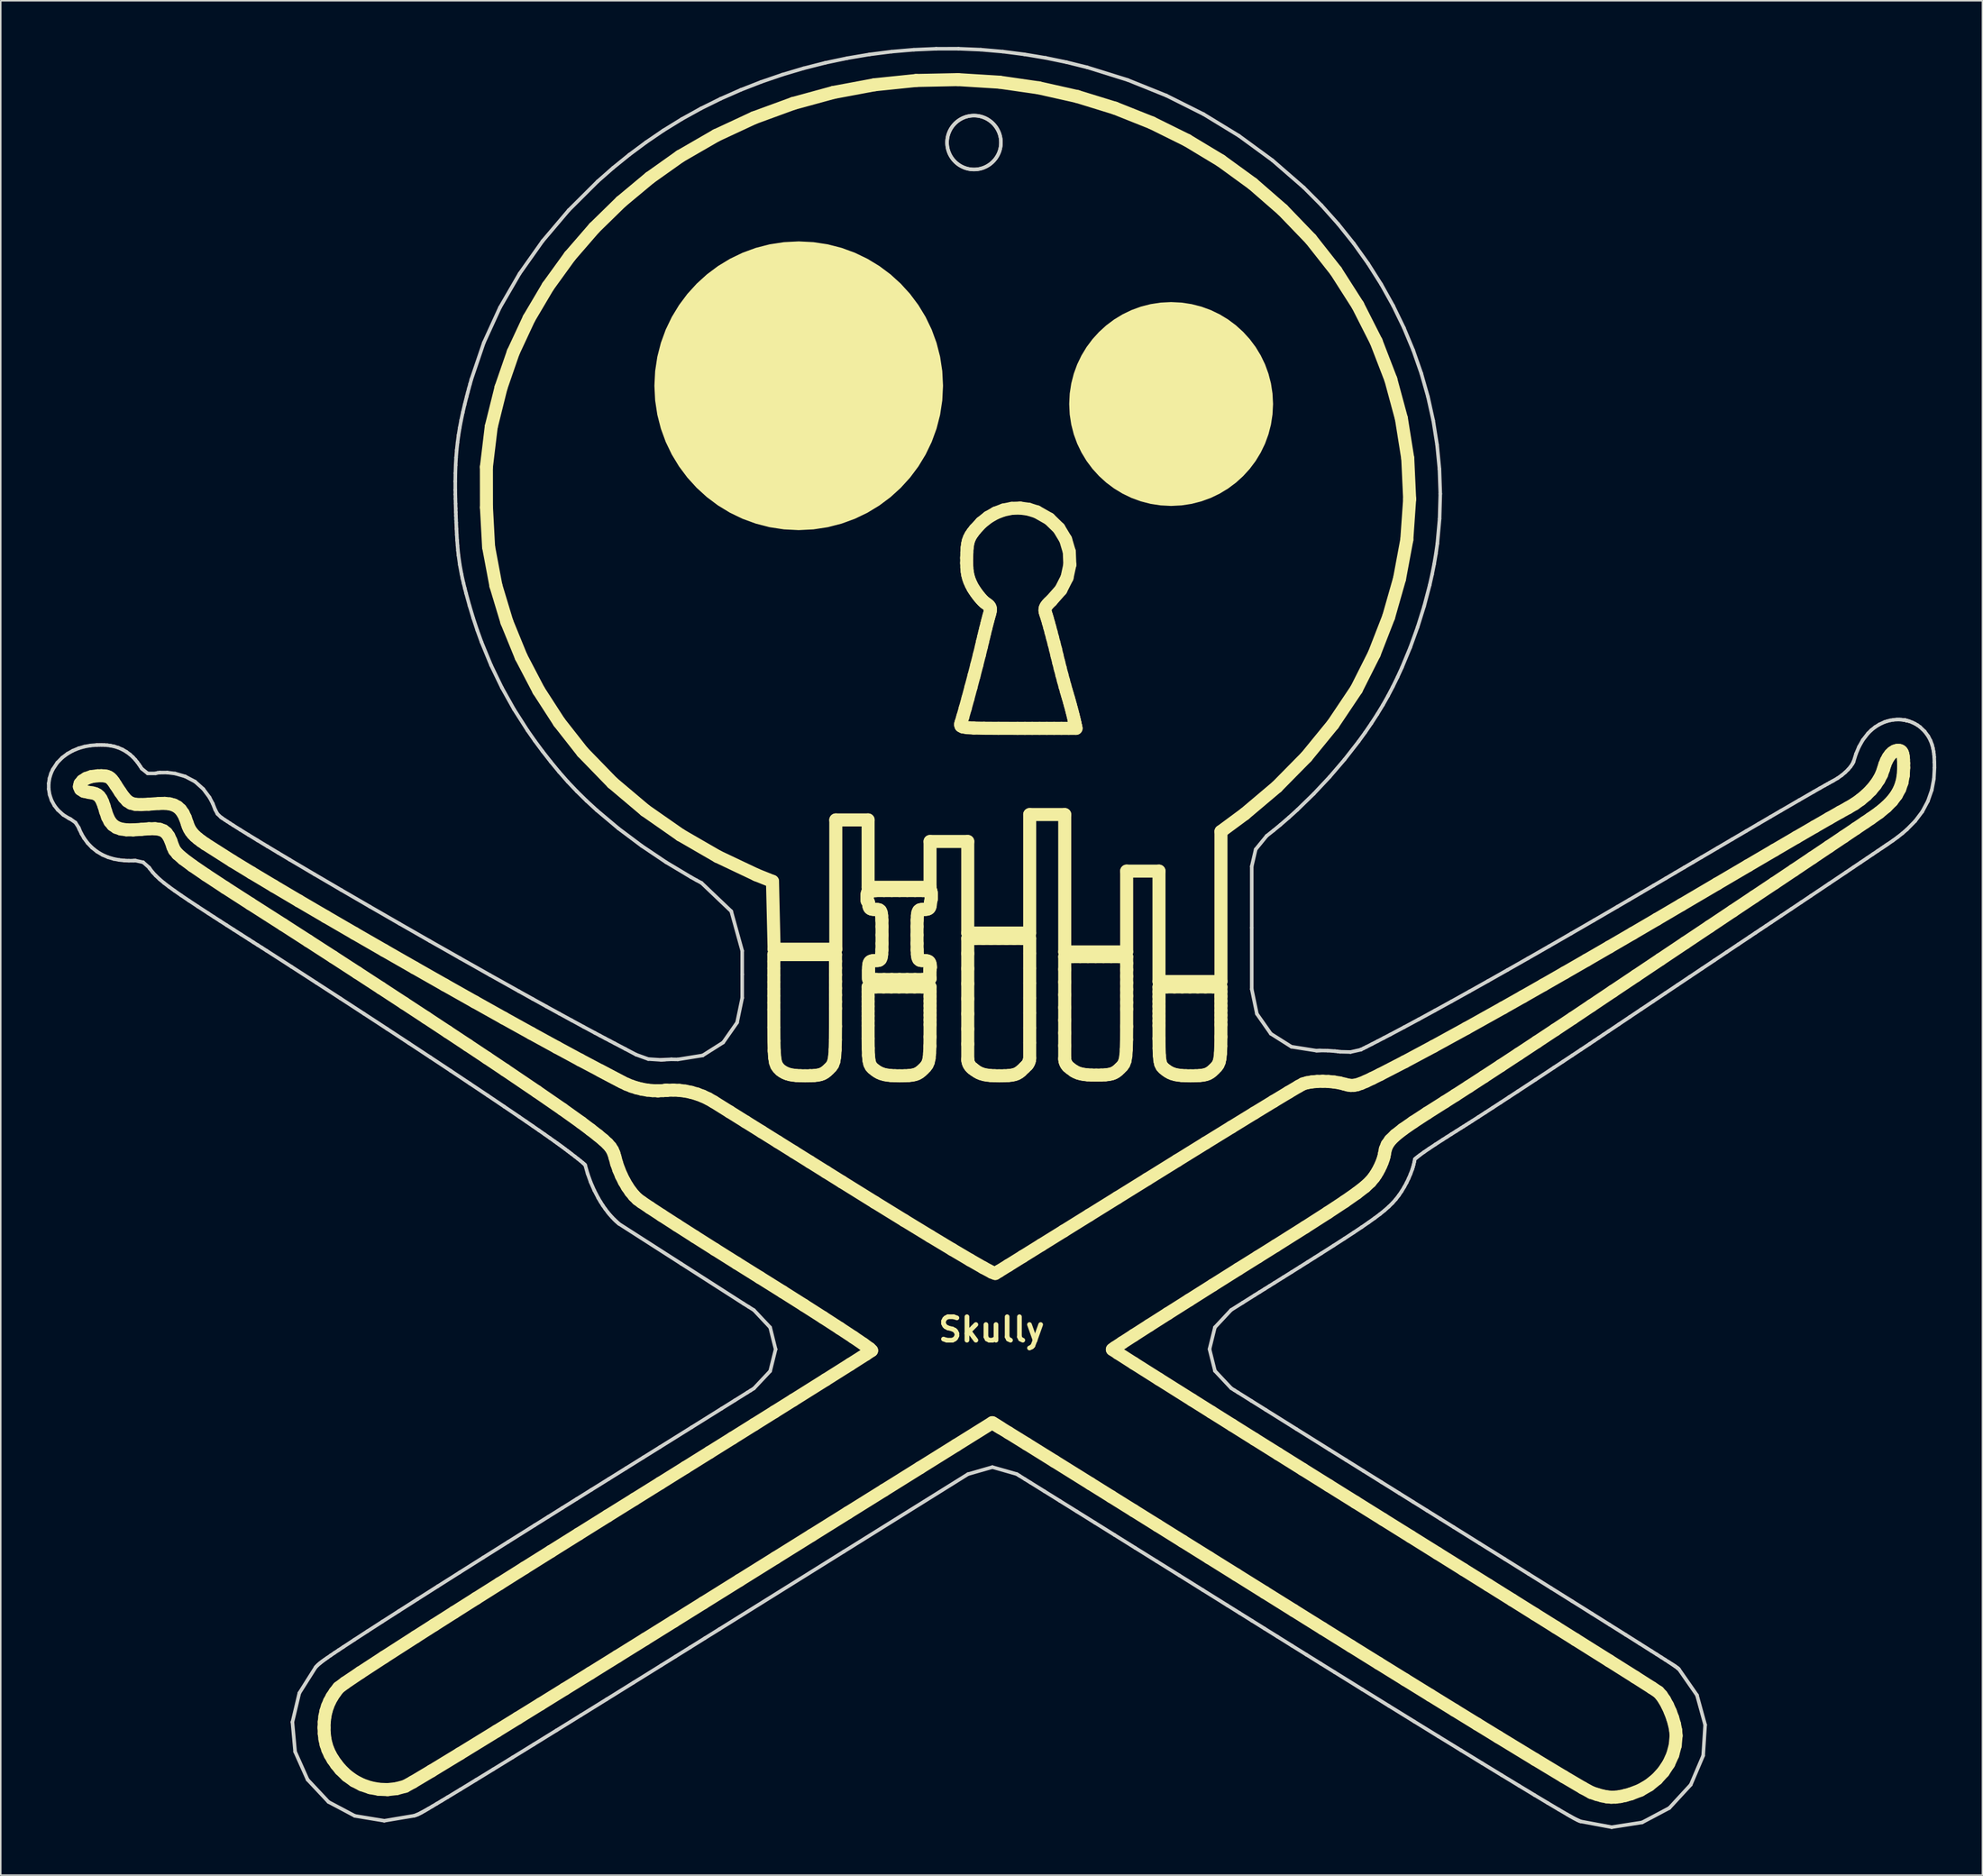
<source format=kicad_pcb>
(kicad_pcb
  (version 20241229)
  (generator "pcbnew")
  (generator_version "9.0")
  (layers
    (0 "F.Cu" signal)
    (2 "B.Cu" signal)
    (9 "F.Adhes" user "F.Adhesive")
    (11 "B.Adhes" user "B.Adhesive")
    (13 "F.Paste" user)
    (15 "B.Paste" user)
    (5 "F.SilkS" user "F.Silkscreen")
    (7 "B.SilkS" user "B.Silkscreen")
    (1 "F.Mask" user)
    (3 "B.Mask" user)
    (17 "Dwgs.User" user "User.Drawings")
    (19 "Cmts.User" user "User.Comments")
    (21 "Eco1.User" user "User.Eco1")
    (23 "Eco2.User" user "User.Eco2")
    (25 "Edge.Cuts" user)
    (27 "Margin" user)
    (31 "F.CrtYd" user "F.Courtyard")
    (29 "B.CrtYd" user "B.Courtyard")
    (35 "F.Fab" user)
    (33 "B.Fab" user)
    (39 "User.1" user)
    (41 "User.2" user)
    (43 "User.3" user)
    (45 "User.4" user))
  (footprint "Skully"
    (layer "F.Cu")
    (at 61.378 57.943)
    (property "Reference" "Skully" (at 0 25.4 0) (layer "F.SilkS") (effects (font (size 1.524 1.524) (thickness 0.305))))
    (attr smd)
    (fp_line (start -59.269 -9.882) (end -59.192 -9.71) (stroke (width 0.847) (type solid)) (layer "F.SilkS"))
    (fp_line (start -59.225 -10.07) (end -59.269 -9.882) (stroke (width 0.847) (type solid)) (layer "F.SilkS"))
    (fp_line (start -59.192 -9.71) (end -58.984 -9.577) (stroke (width 0.847) (type solid)) (layer "F.SilkS"))
    (fp_line (start -59.072 -10.256) (end -59.225 -10.07) (stroke (width 0.847) (type solid)) (layer "F.SilkS"))
    (fp_line (start -58.984 -9.577) (end -58.632 -9.501) (stroke (width 0.847) (type solid)) (layer "F.SilkS"))
    (fp_line (start -58.822 -10.417) (end -59.072 -10.256) (stroke (width 0.847) (type solid)) (layer "F.SilkS"))
    (fp_line (start -58.632 -9.501) (end -58.417 -9.47) (stroke (width 0.847) (type solid)) (layer "F.SilkS"))
    (fp_line (start -58.485 -10.534) (end -58.822 -10.417) (stroke (width 0.847) (type solid)) (layer "F.SilkS"))
    (fp_line (start -58.417 -9.47) (end -58.239 -9.421) (stroke (width 0.847) (type solid)) (layer "F.SilkS"))
    (fp_line (start -58.239 -9.421) (end -58.092 -9.346) (stroke (width 0.847) (type solid)) (layer "F.SilkS"))
    (fp_line (start -58.092 -9.346) (end -57.967 -9.237) (stroke (width 0.847) (type solid)) (layer "F.SilkS"))
    (fp_line (start -58.072 -10.586) (end -58.485 -10.534) (stroke (width 0.847) (type solid)) (layer "F.SilkS"))
    (fp_line (start -57.967 -9.237) (end -57.859 -9.084) (stroke (width 0.847) (type solid)) (layer "F.SilkS"))
    (fp_line (start -57.859 -9.084) (end -57.761 -8.879) (stroke (width 0.847) (type solid)) (layer "F.SilkS"))
    (fp_line (start -57.841 -10.589) (end -58.072 -10.586) (stroke (width 0.847) (type solid)) (layer "F.SilkS"))
    (fp_line (start -57.761 -8.879) (end -57.665 -8.613) (stroke (width 0.847) (type solid)) (layer "F.SilkS"))
    (fp_line (start -57.665 -8.613) (end -57.565 -8.276) (stroke (width 0.847) (type solid)) (layer "F.SilkS"))
    (fp_line (start -57.653 -10.58) (end -57.841 -10.589) (stroke (width 0.847) (type solid)) (layer "F.SilkS"))
    (fp_line (start -57.565 -8.276) (end -57.438 -7.909) (stroke (width 0.847) (type solid)) (layer "F.SilkS"))
    (fp_line (start -57.499 -10.554) (end -57.653 -10.58) (stroke (width 0.847) (type solid)) (layer "F.SilkS"))
    (fp_line (start -57.438 -7.909) (end -57.287 -7.616) (stroke (width 0.847) (type solid)) (layer "F.SilkS"))
    (fp_line (start -57.37 -10.506) (end -57.499 -10.554) (stroke (width 0.847) (type solid)) (layer "F.SilkS"))
    (fp_line (start -57.287 -7.616) (end -57.101 -7.392) (stroke (width 0.847) (type solid)) (layer "F.SilkS"))
    (fp_line (start -57.257 -10.431) (end -57.37 -10.506) (stroke (width 0.847) (type solid)) (layer "F.SilkS"))
    (fp_line (start -57.149 -10.323) (end -57.257 -10.431) (stroke (width 0.847) (type solid)) (layer "F.SilkS"))
    (fp_line (start -57.101 -7.392) (end -56.867 -7.231) (stroke (width 0.847) (type solid)) (layer "F.SilkS"))
    (fp_line (start -57.039 -10.179) (end -57.149 -10.323) (stroke (width 0.847) (type solid)) (layer "F.SilkS"))
    (fp_line (start -56.917 -9.992) (end -57.039 -10.179) (stroke (width 0.847) (type solid)) (layer "F.SilkS"))
    (fp_line (start -56.867 -7.231) (end -56.575 -7.127) (stroke (width 0.847) (type solid)) (layer "F.SilkS"))
    (fp_line (start -56.613 -9.527) (end -56.917 -9.992) (stroke (width 0.847) (type solid)) (layer "F.SilkS"))
    (fp_line (start -56.575 -7.127) (end -56.214 -7.075) (stroke (width 0.847) (type solid)) (layer "F.SilkS"))
    (fp_line (start -56.371 -9.185) (end -56.613 -9.527) (stroke (width 0.847) (type solid)) (layer "F.SilkS"))
    (fp_line (start -56.214 -7.075) (end -55.771 -7.07) (stroke (width 0.847) (type solid)) (layer "F.SilkS"))
    (fp_line (start -56.153 -8.95) (end -56.371 -9.185) (stroke (width 0.847) (type solid)) (layer "F.SilkS"))
    (fp_line (start -55.922 -8.804) (end -56.153 -8.95) (stroke (width 0.847) (type solid)) (layer "F.SilkS"))
    (fp_line (start -55.771 -7.07) (end -55.237 -7.104) (stroke (width 0.847) (type solid)) (layer "F.SilkS"))
    (fp_line (start -55.639 -8.731) (end -55.922 -8.804) (stroke (width 0.847) (type solid)) (layer "F.SilkS"))
    (fp_line (start -55.266 -8.714) (end -55.639 -8.731) (stroke (width 0.847) (type solid)) (layer "F.SilkS"))
    (fp_line (start -55.237 -7.104) (end -54.747 -7.142) (stroke (width 0.847) (type solid)) (layer "F.SilkS"))
    (fp_line (start -54.765 -8.738) (end -55.266 -8.714) (stroke (width 0.847) (type solid)) (layer "F.SilkS"))
    (fp_line (start -54.747 -7.142) (end -54.356 -7.145) (stroke (width 0.847) (type solid)) (layer "F.SilkS"))
    (fp_line (start -54.356 -7.145) (end -54.048 -7.105) (stroke (width 0.847) (type solid)) (layer "F.SilkS"))
    (fp_line (start -54.1 -8.784) (end -54.765 -8.738) (stroke (width 0.847) (type solid)) (layer "F.SilkS"))
    (fp_line (start -54.048 -7.105) (end -53.806 -7.014) (stroke (width 0.847) (type solid)) (layer "F.SilkS"))
    (fp_line (start -53.806 -7.014) (end -53.616 -6.863) (stroke (width 0.847) (type solid)) (layer "F.SilkS"))
    (fp_line (start -53.722 -8.792) (end -54.1 -8.784) (stroke (width 0.847) (type solid)) (layer "F.SilkS"))
    (fp_line (start -53.616 -6.863) (end -53.46 -6.644) (stroke (width 0.847) (type solid)) (layer "F.SilkS"))
    (fp_line (start -53.46 -6.644) (end -53.323 -6.347) (stroke (width 0.847) (type solid)) (layer "F.SilkS"))
    (fp_line (start -53.399 -8.759) (end -53.722 -8.792) (stroke (width 0.847) (type solid)) (layer "F.SilkS"))
    (fp_line (start -53.323 -6.347) (end -53.19 -5.966) (stroke (width 0.847) (type solid)) (layer "F.SilkS"))
    (fp_line (start -53.19 -5.966) (end -53.092 -5.754) (stroke (width 0.847) (type solid)) (layer "F.SilkS"))
    (fp_line (start -53.124 -8.682) (end -53.399 -8.759) (stroke (width 0.847) (type solid)) (layer "F.SilkS"))
    (fp_line (start -53.092 -5.754) (end -52.891 -5.508) (stroke (width 0.847) (type solid)) (layer "F.SilkS"))
    (fp_line (start -52.892 -8.556) (end -53.124 -8.682) (stroke (width 0.847) (type solid)) (layer "F.SilkS"))
    (fp_line (start -52.891 -5.508) (end -52.523 -5.186) (stroke (width 0.847) (type solid)) (layer "F.SilkS"))
    (fp_line (start -52.696 -8.379) (end -52.892 -8.556) (stroke (width 0.847) (type solid)) (layer "F.SilkS"))
    (fp_line (start -52.529 -8.144) (end -52.696 -8.379) (stroke (width 0.847) (type solid)) (layer "F.SilkS"))
    (fp_line (start -52.523 -5.186) (end -51.927 -4.743) (stroke (width 0.847) (type solid)) (layer "F.SilkS"))
    (fp_line (start -52.387 -7.849) (end -52.529 -8.144) (stroke (width 0.847) (type solid)) (layer "F.SilkS"))
    (fp_line (start -52.262 -7.489) (end -52.387 -7.849) (stroke (width 0.847) (type solid)) (layer "F.SilkS"))
    (fp_line (start -52.197 -7.302) (end -52.262 -7.489) (stroke (width 0.847) (type solid)) (layer "F.SilkS"))
    (fp_line (start -52.118 -7.131) (end -52.197 -7.302) (stroke (width 0.847) (type solid)) (layer "F.SilkS"))
    (fp_line (start -52.02 -6.971) (end -52.118 -7.131) (stroke (width 0.847) (type solid)) (layer "F.SilkS"))
    (fp_line (start -51.927 -4.743) (end -51.042 -4.138) (stroke (width 0.847) (type solid)) (layer "F.SilkS"))
    (fp_line (start -51.899 -6.817) (end -52.02 -6.971) (stroke (width 0.847) (type solid)) (layer "F.SilkS"))
    (fp_line (start -51.75 -6.664) (end -51.899 -6.817) (stroke (width 0.847) (type solid)) (layer "F.SilkS"))
    (fp_line (start -51.568 -6.507) (end -51.75 -6.664) (stroke (width 0.847) (type solid)) (layer "F.SilkS"))
    (fp_line (start -51.349 -6.34) (end -51.568 -6.507) (stroke (width 0.847) (type solid)) (layer "F.SilkS"))
    (fp_line (start -51.089 -6.159) (end -51.349 -6.34) (stroke (width 0.847) (type solid)) (layer "F.SilkS"))
    (fp_line (start -51.042 -4.138) (end -49.806 -3.325) (stroke (width 0.847) (type solid)) (layer "F.SilkS"))
    (fp_line (start -49.806 -3.325) (end -48.156 -2.264) (stroke (width 0.847) (type solid)) (layer "F.SilkS"))
    (fp_line (start -49.331 -5.04) (end -51.089 -6.159) (stroke (width 0.847) (type solid)) (layer "F.SilkS"))
    (fp_line (start -48.156 -2.264) (end -46.032 -0.908) (stroke (width 0.847) (type solid)) (layer "F.SilkS"))
    (fp_line (start -48.083 -4.281) (end -49.331 -5.04) (stroke (width 0.847) (type solid)) (layer "F.SilkS"))
    (fp_line (start -46.632 -3.413) (end -48.083 -4.281) (stroke (width 0.847) (type solid)) (layer "F.SilkS"))
    (fp_line (start -46.032 -0.908) (end -44.398 0.144) (stroke (width 0.847) (type solid)) (layer "F.SilkS"))
    (fp_line (start -45.013 -2.456) (end -46.632 -3.413) (stroke (width 0.847) (type solid)) (layer "F.SilkS"))
    (fp_line (start -44.398 0.144) (end -42.788 1.184) (stroke (width 0.847) (type solid)) (layer "F.SilkS"))
    (fp_line (start -43.371 51.262) (end -43.357 51.654) (stroke (width 0.847) (type solid)) (layer "F.SilkS"))
    (fp_line (start -43.358 50.888) (end -43.371 51.262) (stroke (width 0.847) (type solid)) (layer "F.SilkS"))
    (fp_line (start -43.357 51.654) (end -43.313 52.018) (stroke (width 0.847) (type solid)) (layer "F.SilkS"))
    (fp_line (start -43.317 50.535) (end -43.358 50.888) (stroke (width 0.847) (type solid)) (layer "F.SilkS"))
    (fp_line (start -43.313 52.018) (end -43.237 52.362) (stroke (width 0.847) (type solid)) (layer "F.SilkS"))
    (fp_line (start -43.257 -1.429) (end -45.013 -2.456) (stroke (width 0.847) (type solid)) (layer "F.SilkS"))
    (fp_line (start -43.248 50.201) (end -43.317 50.535) (stroke (width 0.847) (type solid)) (layer "F.SilkS"))
    (fp_line (start -43.237 52.362) (end -43.126 52.691) (stroke (width 0.847) (type solid)) (layer "F.SilkS"))
    (fp_line (start -43.148 49.882) (end -43.248 50.201) (stroke (width 0.847) (type solid)) (layer "F.SilkS"))
    (fp_line (start -43.126 52.691) (end -42.98 53.011) (stroke (width 0.847) (type solid)) (layer "F.SilkS"))
    (fp_line (start -43.018 49.573) (end -43.148 49.882) (stroke (width 0.847) (type solid)) (layer "F.SilkS"))
    (fp_line (start -42.98 53.011) (end -42.795 53.327) (stroke (width 0.847) (type solid)) (layer "F.SilkS"))
    (fp_line (start -42.855 49.271) (end -43.018 49.573) (stroke (width 0.847) (type solid)) (layer "F.SilkS"))
    (fp_line (start -42.795 53.327) (end -42.571 53.647) (stroke (width 0.847) (type solid)) (layer "F.SilkS"))
    (fp_line (start -42.788 1.184) (end -41.21 2.208) (stroke (width 0.847) (type solid)) (layer "F.SilkS"))
    (fp_line (start -42.658 48.972) (end -42.855 49.271) (stroke (width 0.847) (type solid)) (layer "F.SilkS"))
    (fp_line (start -42.571 53.647) (end -42.304 53.975) (stroke (width 0.847) (type solid)) (layer "F.SilkS"))
    (fp_line (start -42.426 48.672) (end -42.658 48.972) (stroke (width 0.847) (type solid)) (layer "F.SilkS"))
    (fp_line (start -42.304 53.975) (end -41.888 54.381) (stroke (width 0.847) (type solid)) (layer "F.SilkS"))
    (fp_line (start -42.011 48.36) (end -42.426 48.672) (stroke (width 0.847) (type solid)) (layer "F.SilkS"))
    (fp_line (start -41.888 54.381) (end -41.421 54.716) (stroke (width 0.847) (type solid)) (layer "F.SilkS"))
    (fp_line (start -41.421 54.716) (end -40.913 54.978) (stroke (width 0.847) (type solid)) (layer "F.SilkS"))
    (fp_line (start -41.397 -0.349) (end -43.257 -1.429) (stroke (width 0.847) (type solid)) (layer "F.SilkS"))
    (fp_line (start -41.21 2.208) (end -39.67 3.211) (stroke (width 0.847) (type solid)) (layer "F.SilkS"))
    (fp_line (start -41.014 47.688) (end -42.011 48.36) (stroke (width 0.847) (type solid)) (layer "F.SilkS"))
    (fp_line (start -40.913 54.978) (end -40.374 55.163) (stroke (width 0.847) (type solid)) (layer "F.SilkS"))
    (fp_line (start -40.374 55.163) (end -39.814 55.269) (stroke (width 0.847) (type solid)) (layer "F.SilkS"))
    (fp_line (start -39.814 55.269) (end -39.242 55.292) (stroke (width 0.847) (type solid)) (layer "F.SilkS"))
    (fp_line (start -39.67 3.211) (end -38.175 4.188) (stroke (width 0.847) (type solid)) (layer "F.SilkS"))
    (fp_line (start -39.472 46.682) (end -41.014 47.688) (stroke (width 0.847) (type solid)) (layer "F.SilkS"))
    (fp_line (start -39.466 0.763) (end -41.397 -0.349) (stroke (width 0.847) (type solid)) (layer "F.SilkS"))
    (fp_line (start -39.242 55.292) (end -38.669 55.229) (stroke (width 0.847) (type solid)) (layer "F.SilkS"))
    (fp_line (start -38.669 55.229) (end -38.104 55.078) (stroke (width 0.847) (type solid)) (layer "F.SilkS"))
    (fp_line (start -38.175 4.188) (end -36.731 5.135) (stroke (width 0.847) (type solid)) (layer "F.SilkS"))
    (fp_line (start -38.104 55.078) (end -37.599 54.799) (stroke (width 0.847) (type solid)) (layer "F.SilkS"))
    (fp_line (start -37.599 54.799) (end -36.388 54.077) (stroke (width 0.847) (type solid)) (layer "F.SilkS"))
    (fp_line (start -37.498 1.889) (end -39.466 0.763) (stroke (width 0.847) (type solid)) (layer "F.SilkS"))
    (fp_line (start -37.425 45.367) (end -39.472 46.682) (stroke (width 0.847) (type solid)) (layer "F.SilkS"))
    (fp_line (start -36.731 5.135) (end -35.347 6.048) (stroke (width 0.847) (type solid)) (layer "F.SilkS"))
    (fp_line (start -36.388 54.077) (end -34.55 52.959) (stroke (width 0.847) (type solid)) (layer "F.SilkS"))
    (fp_line (start -36.224 44.601) (end -37.425 45.367) (stroke (width 0.847) (type solid)) (layer "F.SilkS"))
    (fp_line (start -35.525 3.01) (end -37.498 1.889) (stroke (width 0.847) (type solid)) (layer "F.SilkS"))
    (fp_line (start -35.347 6.048) (end -34.028 6.921) (stroke (width 0.847) (type solid)) (layer "F.SilkS"))
    (fp_line (start -34.911 43.767) (end -36.224 44.601) (stroke (width 0.847) (type solid)) (layer "F.SilkS"))
    (fp_line (start -34.55 52.959) (end -32.164 51.494) (stroke (width 0.847) (type solid)) (layer "F.SilkS"))
    (fp_line (start -34.028 6.921) (end -32.781 7.751) (stroke (width 0.847) (type solid)) (layer "F.SilkS"))
    (fp_line (start -33.579 4.107) (end -35.525 3.01) (stroke (width 0.847) (type solid)) (layer "F.SilkS"))
    (fp_line (start -33.49 42.867) (end -34.911 43.767) (stroke (width 0.847) (type solid)) (layer "F.SilkS"))
    (fp_line (start -32.822 -30.649) (end -32.818 -28.018) (stroke (width 0.847) (type solid)) (layer "F.SilkS"))
    (fp_line (start -32.818 -28.018) (end -32.679 -25.458) (stroke (width 0.847) (type solid)) (layer "F.SilkS"))
    (fp_line (start -32.781 7.751) (end -31.614 8.532) (stroke (width 0.847) (type solid)) (layer "F.SilkS"))
    (fp_line (start -32.679 -25.458) (end -32.206 -22.942) (stroke (width 0.847) (type solid)) (layer "F.SilkS"))
    (fp_line (start -32.509 -33.253) (end -32.822 -30.649) (stroke (width 0.847) (type solid)) (layer "F.SilkS"))
    (fp_line (start -32.206 -22.942) (end -31.494 -20.584) (stroke (width 0.847) (type solid)) (layer "F.SilkS"))
    (fp_line (start -32.164 51.494) (end -30.791 50.648) (stroke (width 0.847) (type solid)) (layer "F.SilkS"))
    (fp_line (start -31.967 41.907) (end -33.49 42.867) (stroke (width 0.847) (type solid)) (layer "F.SilkS"))
    (fp_line (start -31.873 -35.806) (end -32.509 -33.253) (stroke (width 0.847) (type solid)) (layer "F.SilkS"))
    (fp_line (start -31.694 5.162) (end -33.579 4.107) (stroke (width 0.847) (type solid)) (layer "F.SilkS"))
    (fp_line (start -31.614 8.532) (end -29.545 9.933) (stroke (width 0.847) (type solid)) (layer "F.SilkS"))
    (fp_line (start -31.494 -20.584) (end -30.564 -18.308) (stroke (width 0.847) (type solid)) (layer "F.SilkS"))
    (fp_line (start -31.079 -38.103) (end -31.873 -35.806) (stroke (width 0.847) (type solid)) (layer "F.SilkS"))
    (fp_line (start -30.791 50.648) (end -29.31 49.733) (stroke (width 0.847) (type solid)) (layer "F.SilkS"))
    (fp_line (start -30.564 -18.308) (end -29.426 -16.13) (stroke (width 0.847) (type solid)) (layer "F.SilkS"))
    (fp_line (start -30.346 40.887) (end -31.967 41.907) (stroke (width 0.847) (type solid)) (layer "F.SilkS"))
    (fp_line (start -30.056 -40.298) (end -31.079 -38.103) (stroke (width 0.847) (type solid)) (layer "F.SilkS"))
    (fp_line (start -29.902 6.155) (end -31.694 5.162) (stroke (width 0.847) (type solid)) (layer "F.SilkS"))
    (fp_line (start -29.545 9.933) (end -27.874 11.086) (stroke (width 0.847) (type solid)) (layer "F.SilkS"))
    (fp_line (start -29.426 -16.13) (end -28.091 -14.064) (stroke (width 0.847) (type solid)) (layer "F.SilkS"))
    (fp_line (start -29.31 49.733) (end -27.732 48.756) (stroke (width 0.847) (type solid)) (layer "F.SilkS"))
    (fp_line (start -28.823 -42.382) (end -30.056 -40.298) (stroke (width 0.847) (type solid)) (layer "F.SilkS"))
    (fp_line (start -28.631 39.812) (end -30.346 40.887) (stroke (width 0.847) (type solid)) (layer "F.SilkS"))
    (fp_line (start -28.236 7.068) (end -29.902 6.155) (stroke (width 0.847) (type solid)) (layer "F.SilkS"))
    (fp_line (start -28.091 -14.064) (end -26.57 -12.127) (stroke (width 0.847) (type solid)) (layer "F.SilkS"))
    (fp_line (start -27.874 11.086) (end -26.658 11.955) (stroke (width 0.847) (type solid)) (layer "F.SilkS"))
    (fp_line (start -27.732 48.756) (end -26.066 47.724) (stroke (width 0.847) (type solid)) (layer "F.SilkS"))
    (fp_line (start -27.402 -44.347) (end -28.823 -42.382) (stroke (width 0.847) (type solid)) (layer "F.SilkS"))
    (fp_line (start -26.829 38.684) (end -28.631 39.812) (stroke (width 0.847) (type solid)) (layer "F.SilkS"))
    (fp_line (start -26.73 7.882) (end -28.236 7.068) (stroke (width 0.847) (type solid)) (layer "F.SilkS"))
    (fp_line (start -26.658 11.955) (end -26.048 12.415) (stroke (width 0.847) (type solid)) (layer "F.SilkS"))
    (fp_line (start -26.57 -12.127) (end -24.631 -10.131) (stroke (width 0.847) (type solid)) (layer "F.SilkS"))
    (fp_line (start -26.066 47.724) (end -24.324 46.642) (stroke (width 0.847) (type solid)) (layer "F.SilkS"))
    (fp_line (start -26.048 12.415) (end -25.573 12.785) (stroke (width 0.847) (type solid)) (layer "F.SilkS"))
    (fp_line (start -25.812 -46.183) (end -27.402 -44.347) (stroke (width 0.847) (type solid)) (layer "F.SilkS"))
    (fp_line (start -25.573 12.785) (end -25.212 13.084) (stroke (width 0.847) (type solid)) (layer "F.SilkS"))
    (fp_line (start -25.415 8.577) (end -26.73 7.882) (stroke (width 0.847) (type solid)) (layer "F.SilkS"))
    (fp_line (start -25.241 8.669) (end -25.415 8.577) (stroke (width 0.847) (type solid)) (layer "F.SilkS"))
    (fp_line (start -25.212 13.084) (end -24.947 13.331) (stroke (width 0.847) (type solid)) (layer "F.SilkS"))
    (fp_line (start -25.068 8.76) (end -25.241 8.669) (stroke (width 0.847) (type solid)) (layer "F.SilkS"))
    (fp_line (start -24.947 13.331) (end -24.759 13.546) (stroke (width 0.847) (type solid)) (layer "F.SilkS"))
    (fp_line (start -24.943 37.506) (end -26.829 38.684) (stroke (width 0.847) (type solid)) (layer "F.SilkS"))
    (fp_line (start -24.894 8.852) (end -25.068 8.76) (stroke (width 0.847) (type solid)) (layer "F.SilkS"))
    (fp_line (start -24.759 13.546) (end -24.63 13.749) (stroke (width 0.847) (type solid)) (layer "F.SilkS"))
    (fp_line (start -24.72 8.943) (end -24.894 8.852) (stroke (width 0.847) (type solid)) (layer "F.SilkS"))
    (fp_line (start -24.631 -10.131) (end -22.501 -8.333) (stroke (width 0.847) (type solid)) (layer "F.SilkS"))
    (fp_line (start -24.63 13.749) (end -24.54 13.959) (stroke (width 0.847) (type solid)) (layer "F.SilkS"))
    (fp_line (start -24.546 9.035) (end -24.72 8.943) (stroke (width 0.847) (type solid)) (layer "F.SilkS"))
    (fp_line (start -24.54 13.959) (end -24.47 14.195) (stroke (width 0.847) (type solid)) (layer "F.SilkS"))
    (fp_line (start -24.47 14.195) (end -24.357 14.607) (stroke (width 0.847) (type solid)) (layer "F.SilkS"))
    (fp_line (start -24.372 9.126) (end -24.546 9.035) (stroke (width 0.847) (type solid)) (layer "F.SilkS"))
    (fp_line (start -24.357 14.607) (end -24.216 15.01) (stroke (width 0.847) (type solid)) (layer "F.SilkS"))
    (fp_line (start -24.324 46.642) (end -22.513 45.516) (stroke (width 0.847) (type solid)) (layer "F.SilkS"))
    (fp_line (start -24.216 15.01) (end -24.051 15.4) (stroke (width 0.847) (type solid)) (layer "F.SilkS"))
    (fp_line (start -24.198 9.218) (end -24.372 9.126) (stroke (width 0.847) (type solid)) (layer "F.SilkS"))
    (fp_line (start -24.073 -47.883) (end -25.812 -46.183) (stroke (width 0.847) (type solid)) (layer "F.SilkS"))
    (fp_line (start -24.051 15.4) (end -23.866 15.77) (stroke (width 0.847) (type solid)) (layer "F.SilkS"))
    (fp_line (start -24.025 9.309) (end -24.198 9.218) (stroke (width 0.847) (type solid)) (layer "F.SilkS"))
    (fp_line (start -23.866 15.77) (end -23.665 16.114) (stroke (width 0.847) (type solid)) (layer "F.SilkS"))
    (fp_line (start -23.709 9.461) (end -24.025 9.309) (stroke (width 0.847) (type solid)) (layer "F.SilkS"))
    (fp_line (start -23.665 16.114) (end -23.451 16.425) (stroke (width 0.847) (type solid)) (layer "F.SilkS"))
    (fp_line (start -23.451 16.425) (end -23.228 16.697) (stroke (width 0.847) (type solid)) (layer "F.SilkS"))
    (fp_line (start -23.384 9.591) (end -23.709 9.461) (stroke (width 0.847) (type solid)) (layer "F.SilkS"))
    (fp_line (start -23.228 16.697) (end -23 16.925) (stroke (width 0.847) (type solid)) (layer "F.SilkS"))
    (fp_line (start -23.208 36.426) (end -24.943 37.506) (stroke (width 0.847) (type solid)) (layer "F.SilkS"))
    (fp_line (start -23.052 9.697) (end -23.384 9.591) (stroke (width 0.847) (type solid)) (layer "F.SilkS"))
    (fp_line (start -23 16.925) (end -22.741 17.115) (stroke (width 0.847) (type solid)) (layer "F.SilkS"))
    (fp_line (start -22.741 17.115) (end -22.207 17.475) (stroke (width 0.847) (type solid)) (layer "F.SilkS"))
    (fp_line (start -22.714 9.78) (end -23.052 9.697) (stroke (width 0.847) (type solid)) (layer "F.SilkS"))
    (fp_line (start -22.513 45.516) (end -20.645 44.353) (stroke (width 0.847) (type solid)) (layer "F.SilkS"))
    (fp_line (start -22.501 -8.333) (end -20.211 -6.735) (stroke (width 0.847) (type solid)) (layer "F.SilkS"))
    (fp_line (start -22.371 9.839) (end -22.714 9.78) (stroke (width 0.847) (type solid)) (layer "F.SilkS"))
    (fp_line (start -22.208 -49.438) (end -24.073 -47.883) (stroke (width 0.847) (type solid)) (layer "F.SilkS"))
    (fp_line (start -22.207 17.475) (end -21.431 17.983) (stroke (width 0.847) (type solid)) (layer "F.SilkS"))
    (fp_line (start -22.024 9.874) (end -22.371 9.839) (stroke (width 0.847) (type solid)) (layer "F.SilkS"))
    (fp_line (start -21.675 9.885) (end -21.675 9.884) (stroke (width 0.847) (type solid)) (layer "F.SilkS"))
    (fp_line (start -21.675 9.884) (end -22.024 9.874) (stroke (width 0.847) (type solid)) (layer "F.SilkS"))
    (fp_line (start -21.52 35.375) (end -23.208 36.426) (stroke (width 0.847) (type solid)) (layer "F.SilkS"))
    (fp_line (start -21.431 17.983) (end -20.445 18.618) (stroke (width 0.847) (type solid)) (layer "F.SilkS"))
    (fp_line (start -21.325 9.871) (end -21.675 9.885) (stroke (width 0.847) (type solid)) (layer "F.SilkS"))
    (fp_line (start -21.294 9.868) (end -21.325 9.871) (stroke (width 0.847) (type solid)) (layer "F.SilkS"))
    (fp_line (start -21.263 9.866) (end -21.294 9.868) (stroke (width 0.847) (type solid)) (layer "F.SilkS"))
    (fp_line (start -21.231 9.864) (end -21.263 9.866) (stroke (width 0.847) (type solid)) (layer "F.SilkS"))
    (fp_line (start -21.2 9.861) (end -21.231 9.864) (stroke (width 0.847) (type solid)) (layer "F.SilkS"))
    (fp_line (start -21.169 9.859) (end -21.2 9.861) (stroke (width 0.847) (type solid)) (layer "F.SilkS"))
    (fp_line (start -21.138 9.857) (end -21.169 9.859) (stroke (width 0.847) (type solid)) (layer "F.SilkS"))
    (fp_line (start -21.107 9.854) (end -21.138 9.857) (stroke (width 0.847) (type solid)) (layer "F.SilkS"))
    (fp_line (start -21.076 9.852) (end -21.107 9.854) (stroke (width 0.847) (type solid)) (layer "F.SilkS"))
    (fp_line (start -20.68 9.839) (end -21.076 9.852) (stroke (width 0.847) (type solid)) (layer "F.SilkS"))
    (fp_line (start -20.645 44.353) (end -18.73 43.159) (stroke (width 0.847) (type solid)) (layer "F.SilkS"))
    (fp_line (start -20.445 18.618) (end -19.282 19.361) (stroke (width 0.847) (type solid)) (layer "F.SilkS"))
    (fp_line (start -20.285 9.857) (end -20.68 9.839) (stroke (width 0.847) (type solid)) (layer "F.SilkS"))
    (fp_line (start -20.235 -50.839) (end -22.208 -49.438) (stroke (width 0.847) (type solid)) (layer "F.SilkS"))
    (fp_line (start -20.211 -6.735) (end -17.794 -5.338) (stroke (width 0.847) (type solid)) (layer "F.SilkS"))
    (fp_line (start -19.895 9.905) (end -20.285 9.857) (stroke (width 0.847) (type solid)) (layer "F.SilkS"))
    (fp_line (start -19.889 34.358) (end -21.52 35.375) (stroke (width 0.847) (type solid)) (layer "F.SilkS"))
    (fp_line (start -19.51 9.985) (end -19.895 9.905) (stroke (width 0.847) (type solid)) (layer "F.SilkS"))
    (fp_line (start -19.282 19.361) (end -17.975 20.189) (stroke (width 0.847) (type solid)) (layer "F.SilkS"))
    (fp_line (start -19.132 10.094) (end -19.51 9.985) (stroke (width 0.847) (type solid)) (layer "F.SilkS"))
    (fp_line (start -18.764 10.233) (end -19.132 10.094) (stroke (width 0.847) (type solid)) (layer "F.SilkS"))
    (fp_line (start -18.73 43.159) (end -16.383 41.696) (stroke (width 0.847) (type solid)) (layer "F.SilkS"))
    (fp_line (start -18.406 10.4) (end -18.764 10.233) (stroke (width 0.847) (type solid)) (layer "F.SilkS"))
    (fp_line (start -18.323 33.381) (end -19.889 34.358) (stroke (width 0.847) (type solid)) (layer "F.SilkS"))
    (fp_line (start -18.062 10.597) (end -18.406 10.4) (stroke (width 0.847) (type solid)) (layer "F.SilkS"))
    (fp_line (start -17.975 20.189) (end -16.555 21.081) (stroke (width 0.847) (type solid)) (layer "F.SilkS"))
    (fp_line (start -17.887 -52.195) (end -20.235 -50.839) (stroke (width 0.847) (type solid)) (layer "F.SilkS"))
    (fp_line (start -17.794 -5.338) (end -15.282 -4.146) (stroke (width 0.847) (type solid)) (layer "F.SilkS"))
    (fp_line (start -17.019 11.248) (end -18.062 10.597) (stroke (width 0.847) (type solid)) (layer "F.SilkS"))
    (fp_line (start -16.83 32.449) (end -18.323 33.381) (stroke (width 0.847) (type solid)) (layer "F.SilkS"))
    (fp_line (start -16.555 21.081) (end -15.055 22.018) (stroke (width 0.847) (type solid)) (layer "F.SilkS"))
    (fp_line (start -16.383 41.696) (end -14.035 40.232) (stroke (width 0.847) (type solid)) (layer "F.SilkS"))
    (fp_line (start -15.976 11.899) (end -17.019 11.248) (stroke (width 0.847) (type solid)) (layer "F.SilkS"))
    (fp_line (start -15.429 -53.34) (end -17.887 -52.195) (stroke (width 0.847) (type solid)) (layer "F.SilkS"))
    (fp_line (start -15.42 31.568) (end -16.83 32.449) (stroke (width 0.847) (type solid)) (layer "F.SilkS"))
    (fp_line (start -15.282 -4.146) (end -14.232 -3.726) (stroke (width 0.847) (type solid)) (layer "F.SilkS"))
    (fp_line (start -15.055 22.018) (end -13.568 22.947) (stroke (width 0.847) (type solid)) (layer "F.SilkS"))
    (fp_line (start -14.932 12.55) (end -15.976 11.899) (stroke (width 0.847) (type solid)) (layer "F.SilkS"))
    (fp_line (start -14.232 -3.726) (end -14.127 0.684) (stroke (width 0.847) (type solid)) (layer "F.SilkS"))
    (fp_line (start -14.145 1.034) (end -14.145 1.48) (stroke (width 0.847) (type solid)) (layer "F.SilkS"))
    (fp_line (start -14.145 1.48) (end -14.145 1.927) (stroke (width 0.847) (type solid)) (layer "F.SilkS"))
    (fp_line (start -14.145 1.927) (end -14.145 2.373) (stroke (width 0.847) (type solid)) (layer "F.SilkS"))
    (fp_line (start -14.145 2.373) (end -14.145 2.819) (stroke (width 0.847) (type solid)) (layer "F.SilkS"))
    (fp_line (start -14.145 2.819) (end -14.145 3.266) (stroke (width 0.847) (type solid)) (layer "F.SilkS"))
    (fp_line (start -14.145 3.266) (end -14.145 3.712) (stroke (width 0.847) (type solid)) (layer "F.SilkS"))
    (fp_line (start -14.145 3.712) (end -14.145 4.158) (stroke (width 0.847) (type solid)) (layer "F.SilkS"))
    (fp_line (start -14.145 4.158) (end -14.145 4.604) (stroke (width 0.847) (type solid)) (layer "F.SilkS"))
    (fp_line (start -14.145 4.604) (end -14.144 5.761) (stroke (width 0.847) (type solid)) (layer "F.SilkS"))
    (fp_line (start -14.144 5.761) (end -14.138 6.637) (stroke (width 0.847) (type solid)) (layer "F.SilkS"))
    (fp_line (start -14.138 6.637) (end -14.122 7.278) (stroke (width 0.847) (type solid)) (layer "F.SilkS"))
    (fp_line (start -14.127 0.684) (end -10.119 0.684) (stroke (width 0.847) (type solid)) (layer "F.SilkS"))
    (fp_line (start -14.122 7.278) (end -14.09 7.728) (stroke (width 0.847) (type solid)) (layer "F.SilkS"))
    (fp_line (start -14.101 30.744) (end -15.42 31.568) (stroke (width 0.847) (type solid)) (layer "F.SilkS"))
    (fp_line (start -14.09 7.728) (end -14.038 8.034) (stroke (width 0.847) (type solid)) (layer "F.SilkS"))
    (fp_line (start -14.038 8.034) (end -13.96 8.242) (stroke (width 0.847) (type solid)) (layer "F.SilkS"))
    (fp_line (start -14.035 40.232) (end -11.688 38.769) (stroke (width 0.847) (type solid)) (layer "F.SilkS"))
    (fp_line (start -13.96 8.242) (end -13.851 8.396) (stroke (width 0.847) (type solid)) (layer "F.SilkS"))
    (fp_line (start -13.889 13.201) (end -14.932 12.55) (stroke (width 0.847) (type solid)) (layer "F.SilkS"))
    (fp_line (start -13.851 8.396) (end -13.707 8.542) (stroke (width 0.847) (type solid)) (layer "F.SilkS"))
    (fp_line (start -13.707 8.542) (end -13.569 8.638) (stroke (width 0.847) (type solid)) (layer "F.SilkS"))
    (fp_line (start -13.644 1.034) (end -14.145 1.034) (stroke (width 0.847) (type solid)) (layer "F.SilkS"))
    (fp_line (start -13.569 8.638) (end -13.426 8.718) (stroke (width 0.847) (type solid)) (layer "F.SilkS"))
    (fp_line (start -13.568 22.947) (end -12.187 23.82) (stroke (width 0.847) (type solid)) (layer "F.SilkS"))
    (fp_line (start -13.426 8.718) (end -13.272 8.781) (stroke (width 0.847) (type solid)) (layer "F.SilkS"))
    (fp_line (start -13.272 8.781) (end -13.101 8.831) (stroke (width 0.847) (type solid)) (layer "F.SilkS"))
    (fp_line (start -13.143 1.034) (end -13.644 1.034) (stroke (width 0.847) (type solid)) (layer "F.SilkS"))
    (fp_line (start -13.101 8.831) (end -12.906 8.867) (stroke (width 0.847) (type solid)) (layer "F.SilkS"))
    (fp_line (start -12.906 8.867) (end -12.681 8.892) (stroke (width 0.847) (type solid)) (layer "F.SilkS"))
    (fp_line (start -12.882 29.981) (end -14.101 30.744) (stroke (width 0.847) (type solid)) (layer "F.SilkS"))
    (fp_line (start -12.882 -54.272) (end -15.429 -53.34) (stroke (width 0.847) (type solid)) (layer "F.SilkS"))
    (fp_line (start -12.846 13.852) (end -13.889 13.201) (stroke (width 0.847) (type solid)) (layer "F.SilkS"))
    (fp_line (start -12.681 8.892) (end -12.419 8.905) (stroke (width 0.847) (type solid)) (layer "F.SilkS"))
    (fp_line (start -12.642 1.034) (end -13.143 1.034) (stroke (width 0.847) (type solid)) (layer "F.SilkS"))
    (fp_line (start -12.419 8.905) (end -12.114 8.91) (stroke (width 0.847) (type solid)) (layer "F.SilkS"))
    (fp_line (start -12.187 23.82) (end -10.942 24.615) (stroke (width 0.847) (type solid)) (layer "F.SilkS"))
    (fp_line (start -12.141 1.034) (end -12.642 1.034) (stroke (width 0.847) (type solid)) (layer "F.SilkS"))
    (fp_line (start -12.114 8.91) (end -11.787 8.906) (stroke (width 0.847) (type solid)) (layer "F.SilkS"))
    (fp_line (start -11.803 14.503) (end -12.846 13.852) (stroke (width 0.847) (type solid)) (layer "F.SilkS"))
    (fp_line (start -11.787 8.906) (end -11.787 8.906) (stroke (width 0.847) (type solid)) (layer "F.SilkS"))
    (fp_line (start -11.787 8.906) (end -11.519 8.893) (stroke (width 0.847) (type solid)) (layer "F.SilkS"))
    (fp_line (start -11.688 38.769) (end -9.341 37.305) (stroke (width 0.847) (type solid)) (layer "F.SilkS"))
    (fp_line (start -11.64 1.034) (end -12.141 1.034) (stroke (width 0.847) (type solid)) (layer "F.SilkS"))
    (fp_line (start -11.519 8.893) (end -11.301 8.868) (stroke (width 0.847) (type solid)) (layer "F.SilkS"))
    (fp_line (start -11.301 8.868) (end -11.121 8.829) (stroke (width 0.847) (type solid)) (layer "F.SilkS"))
    (fp_line (start -11.139 1.034) (end -11.64 1.034) (stroke (width 0.847) (type solid)) (layer "F.SilkS"))
    (fp_line (start -11.121 8.829) (end -10.969 8.772) (stroke (width 0.847) (type solid)) (layer "F.SilkS"))
    (fp_line (start -10.969 8.772) (end -10.835 8.696) (stroke (width 0.847) (type solid)) (layer "F.SilkS"))
    (fp_line (start -10.942 24.615) (end -9.861 25.315) (stroke (width 0.847) (type solid)) (layer "F.SilkS"))
    (fp_line (start -10.835 8.696) (end -10.707 8.596) (stroke (width 0.847) (type solid)) (layer "F.SilkS"))
    (fp_line (start -10.78 28.663) (end -12.882 29.981) (stroke (width 0.847) (type solid)) (layer "F.SilkS"))
    (fp_line (start -10.76 15.154) (end -11.803 14.503) (stroke (width 0.847) (type solid)) (layer "F.SilkS"))
    (fp_line (start -10.707 8.596) (end -10.574 8.472) (stroke (width 0.847) (type solid)) (layer "F.SilkS"))
    (fp_line (start -10.638 1.034) (end -11.139 1.034) (stroke (width 0.847) (type solid)) (layer "F.SilkS"))
    (fp_line (start -10.574 8.472) (end -10.43 8.326) (stroke (width 0.847) (type solid)) (layer "F.SilkS"))
    (fp_line (start -10.43 8.326) (end -10.321 8.172) (stroke (width 0.847) (type solid)) (layer "F.SilkS"))
    (fp_line (start -10.321 8.172) (end -10.244 7.964) (stroke (width 0.847) (type solid)) (layer "F.SilkS"))
    (fp_line (start -10.264 -54.988) (end -12.882 -54.272) (stroke (width 0.847) (type solid)) (layer "F.SilkS"))
    (fp_line (start -10.244 7.964) (end -10.192 7.658) (stroke (width 0.847) (type solid)) (layer "F.SilkS"))
    (fp_line (start -10.192 7.658) (end -10.16 7.208) (stroke (width 0.847) (type solid)) (layer "F.SilkS"))
    (fp_line (start -10.16 7.208) (end -10.144 6.567) (stroke (width 0.847) (type solid)) (layer "F.SilkS"))
    (fp_line (start -10.144 6.567) (end -10.138 5.691) (stroke (width 0.847) (type solid)) (layer "F.SilkS"))
    (fp_line (start -10.138 5.691) (end -10.137 4.534) (stroke (width 0.847) (type solid)) (layer "F.SilkS"))
    (fp_line (start -10.137 4.534) (end -10.137 4.097) (stroke (width 0.847) (type solid)) (layer "F.SilkS"))
    (fp_line (start -10.137 1.034) (end -10.638 1.034) (stroke (width 0.847) (type solid)) (layer "F.SilkS"))
    (fp_line (start -10.137 1.472) (end -10.137 1.034) (stroke (width 0.847) (type solid)) (layer "F.SilkS"))
    (fp_line (start -10.137 1.909) (end -10.137 1.472) (stroke (width 0.847) (type solid)) (layer "F.SilkS"))
    (fp_line (start -10.137 2.347) (end -10.137 1.909) (stroke (width 0.847) (type solid)) (layer "F.SilkS"))
    (fp_line (start -10.137 2.784) (end -10.137 2.347) (stroke (width 0.847) (type solid)) (layer "F.SilkS"))
    (fp_line (start -10.137 3.222) (end -10.137 2.784) (stroke (width 0.847) (type solid)) (layer "F.SilkS"))
    (fp_line (start -10.137 3.659) (end -10.137 3.222) (stroke (width 0.847) (type solid)) (layer "F.SilkS"))
    (fp_line (start -10.137 4.097) (end -10.137 3.659) (stroke (width 0.847) (type solid)) (layer "F.SilkS"))
    (fp_line (start -10.119 -7.716) (end -8.019 -7.716) (stroke (width 0.847) (type solid)) (layer "F.SilkS"))
    (fp_line (start -10.119 0.684) (end -10.119 -7.716) (stroke (width 0.847) (type solid)) (layer "F.SilkS"))
    (fp_line (start -9.861 25.315) (end -8.976 25.898) (stroke (width 0.847) (type solid)) (layer "F.SilkS"))
    (fp_line (start -9.717 15.805) (end -10.76 15.154) (stroke (width 0.847) (type solid)) (layer "F.SilkS"))
    (fp_line (start -9.341 37.305) (end -6.993 35.842) (stroke (width 0.847) (type solid)) (layer "F.SilkS"))
    (fp_line (start -9.184 27.657) (end -10.78 28.663) (stroke (width 0.847) (type solid)) (layer "F.SilkS"))
    (fp_line (start -8.976 25.898) (end -8.316 26.347) (stroke (width 0.847) (type solid)) (layer "F.SilkS"))
    (fp_line (start -8.316 26.347) (end -7.911 26.641) (stroke (width 0.847) (type solid)) (layer "F.SilkS"))
    (fp_line (start -8.165 27.009) (end -9.184 27.657) (stroke (width 0.847) (type solid)) (layer "F.SilkS"))
    (fp_line (start -8.08 -2.915) (end -8.08 -2.838) (stroke (width 0.847) (type solid)) (layer "F.SilkS"))
    (fp_line (start -8.08 -2.838) (end -8.08 -2.761) (stroke (width 0.847) (type solid)) (layer "F.SilkS"))
    (fp_line (start -8.08 -2.761) (end -8.08 -2.685) (stroke (width 0.847) (type solid)) (layer "F.SilkS"))
    (fp_line (start -8.08 -2.685) (end -8.08 -2.608) (stroke (width 0.847) (type solid)) (layer "F.SilkS"))
    (fp_line (start -8.08 -2.608) (end -8.08 -2.532) (stroke (width 0.847) (type solid)) (layer "F.SilkS"))
    (fp_line (start -8.08 -2.532) (end -8.08 -2.455) (stroke (width 0.847) (type solid)) (layer "F.SilkS"))
    (fp_line (start -8.08 -2.455) (end -8.035 -2.446) (stroke (width 0.847) (type solid)) (layer "F.SilkS"))
    (fp_line (start -8.035 -2.446) (end -7.987 -2.33) (stroke (width 0.847) (type solid)) (layer "F.SilkS"))
    (fp_line (start -8.035 -3.058) (end -8.08 -2.915) (stroke (width 0.847) (type solid)) (layer "F.SilkS"))
    (fp_line (start -8.019 -7.716) (end -8.019 -3.341) (stroke (width 0.847) (type solid)) (layer "F.SilkS"))
    (fp_line (start -8.019 -3.341) (end -3.994 -3.341) (stroke (width 0.847) (type solid)) (layer "F.SilkS"))
    (fp_line (start -8.019 3.134) (end -8.019 3.449) (stroke (width 0.847) (type solid)) (layer "F.SilkS"))
    (fp_line (start -8.019 3.449) (end -8.019 3.764) (stroke (width 0.847) (type solid)) (layer "F.SilkS"))
    (fp_line (start -8.019 3.764) (end -8.019 4.079) (stroke (width 0.847) (type solid)) (layer "F.SilkS"))
    (fp_line (start -8.019 4.079) (end -8.019 4.394) (stroke (width 0.847) (type solid)) (layer "F.SilkS"))
    (fp_line (start -8.019 4.394) (end -8.019 4.709) (stroke (width 0.847) (type solid)) (layer "F.SilkS"))
    (fp_line (start -8.019 4.709) (end -8.019 5.024) (stroke (width 0.847) (type solid)) (layer "F.SilkS"))
    (fp_line (start -8.019 5.024) (end -8.019 5.339) (stroke (width 0.847) (type solid)) (layer "F.SilkS"))
    (fp_line (start -8.019 5.339) (end -8.019 5.654) (stroke (width 0.847) (type solid)) (layer "F.SilkS"))
    (fp_line (start -8.019 5.654) (end -8.018 6.488) (stroke (width 0.847) (type solid)) (layer "F.SilkS"))
    (fp_line (start -8.018 6.488) (end -8.012 7.12) (stroke (width 0.847) (type solid)) (layer "F.SilkS"))
    (fp_line (start -8.012 7.12) (end -7.995 7.583) (stroke (width 0.847) (type solid)) (layer "F.SilkS"))
    (fp_line (start -7.995 7.583) (end -7.962 7.912) (stroke (width 0.847) (type solid)) (layer "F.SilkS"))
    (fp_line (start -7.99 2.015) (end -7.99 2.07) (stroke (width 0.847) (type solid)) (layer "F.SilkS"))
    (fp_line (start -7.99 2.07) (end -7.99 2.146) (stroke (width 0.847) (type solid)) (layer "F.SilkS"))
    (fp_line (start -7.99 2.146) (end -7.99 2.223) (stroke (width 0.847) (type solid)) (layer "F.SilkS"))
    (fp_line (start -7.99 2.223) (end -7.99 2.299) (stroke (width 0.847) (type solid)) (layer "F.SilkS"))
    (fp_line (start -7.99 2.299) (end -7.99 2.376) (stroke (width 0.847) (type solid)) (layer "F.SilkS"))
    (fp_line (start -7.99 2.376) (end -7.99 2.453) (stroke (width 0.847) (type solid)) (layer "F.SilkS"))
    (fp_line (start -7.99 2.453) (end -7.99 2.529) (stroke (width 0.847) (type solid)) (layer "F.SilkS"))
    (fp_line (start -7.99 2.529) (end -7.99 2.628) (stroke (width 0.847) (type solid)) (layer "F.SilkS"))
    (fp_line (start -7.99 2.628) (end -7.487 2.65) (stroke (width 0.847) (type solid)) (layer "F.SilkS"))
    (fp_line (start -7.987 1.856) (end -7.99 2.015) (stroke (width 0.847) (type solid)) (layer "F.SilkS"))
    (fp_line (start -7.987 -2.33) (end -7.976 -2.188) (stroke (width 0.847) (type solid)) (layer "F.SilkS"))
    (fp_line (start -7.976 1.713) (end -7.987 1.856) (stroke (width 0.847) (type solid)) (layer "F.SilkS"))
    (fp_line (start -7.976 -2.188) (end -7.953 -2.08) (stroke (width 0.847) (type solid)) (layer "F.SilkS"))
    (fp_line (start -7.962 7.912) (end -7.908 8.139) (stroke (width 0.847) (type solid)) (layer "F.SilkS"))
    (fp_line (start -7.953 1.606) (end -7.976 1.713) (stroke (width 0.847) (type solid)) (layer "F.SilkS"))
    (fp_line (start -7.953 -2.08) (end -7.916 -2.003) (stroke (width 0.847) (type solid)) (layer "F.SilkS"))
    (fp_line (start -7.916 1.528) (end -7.953 1.606) (stroke (width 0.847) (type solid)) (layer "F.SilkS"))
    (fp_line (start -7.916 -2.003) (end -7.86 -1.951) (stroke (width 0.847) (type solid)) (layer "F.SilkS"))
    (fp_line (start -7.911 26.641) (end -7.792 26.761) (stroke (width 0.847) (type solid)) (layer "F.SilkS"))
    (fp_line (start -7.908 8.139) (end -7.827 8.298) (stroke (width 0.847) (type solid)) (layer "F.SilkS"))
    (fp_line (start -7.861 1.476) (end -7.916 1.528) (stroke (width 0.847) (type solid)) (layer "F.SilkS"))
    (fp_line (start -7.86 -1.951) (end -7.784 -1.919) (stroke (width 0.847) (type solid)) (layer "F.SilkS"))
    (fp_line (start -7.827 8.298) (end -7.714 8.421) (stroke (width 0.847) (type solid)) (layer "F.SilkS"))
    (fp_line (start -7.792 26.761) (end -8.165 27.009) (stroke (width 0.847) (type solid)) (layer "F.SilkS"))
    (fp_line (start -7.784 1.445) (end -7.861 1.476) (stroke (width 0.847) (type solid)) (layer "F.SilkS"))
    (fp_line (start -7.784 -1.919) (end -7.682 -1.904) (stroke (width 0.847) (type solid)) (layer "F.SilkS"))
    (fp_line (start -7.714 8.421) (end -7.564 8.542) (stroke (width 0.847) (type solid)) (layer "F.SilkS"))
    (fp_line (start -7.682 1.429) (end -7.784 1.445) (stroke (width 0.847) (type solid)) (layer "F.SilkS"))
    (fp_line (start -7.682 -1.904) (end -7.553 -1.9) (stroke (width 0.847) (type solid)) (layer "F.SilkS"))
    (fp_line (start -7.596 -55.486) (end -10.264 -54.988) (stroke (width 0.847) (type solid)) (layer "F.SilkS"))
    (fp_line (start -7.586 17.129) (end -9.717 15.805) (stroke (width 0.847) (type solid)) (layer "F.SilkS"))
    (fp_line (start -7.564 8.542) (end -7.426 8.638) (stroke (width 0.847) (type solid)) (layer "F.SilkS"))
    (fp_line (start -7.553 1.425) (end -7.682 1.429) (stroke (width 0.847) (type solid)) (layer "F.SilkS"))
    (fp_line (start -7.553 -1.9) (end -7.408 -1.897) (stroke (width 0.847) (type solid)) (layer "F.SilkS"))
    (fp_line (start -7.516 3.134) (end -8.019 3.134) (stroke (width 0.847) (type solid)) (layer "F.SilkS"))
    (fp_line (start -7.487 2.65) (end -6.984 2.65) (stroke (width 0.847) (type solid)) (layer "F.SilkS"))
    (fp_line (start -7.487 -3.125) (end -8.035 -3.058) (stroke (width 0.847) (type solid)) (layer "F.SilkS"))
    (fp_line (start -7.426 8.638) (end -7.283 8.718) (stroke (width 0.847) (type solid)) (layer "F.SilkS"))
    (fp_line (start -7.408 -1.897) (end -7.3 -1.874) (stroke (width 0.847) (type solid)) (layer "F.SilkS"))
    (fp_line (start -7.408 1.422) (end -7.553 1.425) (stroke (width 0.847) (type solid)) (layer "F.SilkS"))
    (fp_line (start -7.3 -1.874) (end -7.222 -1.812) (stroke (width 0.847) (type solid)) (layer "F.SilkS"))
    (fp_line (start -7.3 1.399) (end -7.408 1.422) (stroke (width 0.847) (type solid)) (layer "F.SilkS"))
    (fp_line (start -7.283 8.718) (end -7.129 8.781) (stroke (width 0.847) (type solid)) (layer "F.SilkS"))
    (fp_line (start -7.222 -1.812) (end -7.17 -1.692) (stroke (width 0.847) (type solid)) (layer "F.SilkS"))
    (fp_line (start -7.222 1.338) (end -7.3 1.399) (stroke (width 0.847) (type solid)) (layer "F.SilkS"))
    (fp_line (start -7.17 -1.692) (end -7.138 -1.494) (stroke (width 0.847) (type solid)) (layer "F.SilkS"))
    (fp_line (start -7.17 1.217) (end -7.222 1.338) (stroke (width 0.847) (type solid)) (layer "F.SilkS"))
    (fp_line (start -7.138 -1.494) (end -7.122 -1.199) (stroke (width 0.847) (type solid)) (layer "F.SilkS"))
    (fp_line (start -7.138 1.019) (end -7.17 1.217) (stroke (width 0.847) (type solid)) (layer "F.SilkS"))
    (fp_line (start -7.129 8.781) (end -6.958 8.831) (stroke (width 0.847) (type solid)) (layer "F.SilkS"))
    (fp_line (start -7.122 -1.199) (end -7.116 -0.786) (stroke (width 0.847) (type solid)) (layer "F.SilkS"))
    (fp_line (start -7.122 0.724) (end -7.138 1.019) (stroke (width 0.847) (type solid)) (layer "F.SilkS"))
    (fp_line (start -7.116 -0.786) (end -7.115 -0.237) (stroke (width 0.847) (type solid)) (layer "F.SilkS"))
    (fp_line (start -7.116 0.311) (end -7.122 0.724) (stroke (width 0.847) (type solid)) (layer "F.SilkS"))
    (fp_line (start -7.115 -0.237) (end -7.116 0.311) (stroke (width 0.847) (type solid)) (layer "F.SilkS"))
    (fp_line (start -7.013 3.134) (end -7.516 3.134) (stroke (width 0.847) (type solid)) (layer "F.SilkS"))
    (fp_line (start -6.993 35.842) (end -4.646 34.378) (stroke (width 0.847) (type solid)) (layer "F.SilkS"))
    (fp_line (start -6.984 2.65) (end -6.481 2.65) (stroke (width 0.847) (type solid)) (layer "F.SilkS"))
    (fp_line (start -6.984 -3.125) (end -7.487 -3.125) (stroke (width 0.847) (type solid)) (layer "F.SilkS"))
    (fp_line (start -6.958 8.831) (end -6.763 8.867) (stroke (width 0.847) (type solid)) (layer "F.SilkS"))
    (fp_line (start -6.763 8.867) (end -6.538 8.892) (stroke (width 0.847) (type solid)) (layer "F.SilkS"))
    (fp_line (start -6.538 8.892) (end -6.276 8.905) (stroke (width 0.847) (type solid)) (layer "F.SilkS"))
    (fp_line (start -6.51 3.134) (end -7.013 3.134) (stroke (width 0.847) (type solid)) (layer "F.SilkS"))
    (fp_line (start -6.481 2.65) (end -5.978 2.65) (stroke (width 0.847) (type solid)) (layer "F.SilkS"))
    (fp_line (start -6.481 -3.125) (end -6.984 -3.125) (stroke (width 0.847) (type solid)) (layer "F.SilkS"))
    (fp_line (start -6.276 8.905) (end -5.972 8.91) (stroke (width 0.847) (type solid)) (layer "F.SilkS"))
    (fp_line (start -6.007 3.134) (end -6.51 3.134) (stroke (width 0.847) (type solid)) (layer "F.SilkS"))
    (fp_line (start -5.978 2.65) (end -5.475 2.65) (stroke (width 0.847) (type solid)) (layer "F.SilkS"))
    (fp_line (start -5.978 -3.125) (end -6.481 -3.125) (stroke (width 0.847) (type solid)) (layer "F.SilkS"))
    (fp_line (start -5.972 8.91) (end -5.644 8.906) (stroke (width 0.847) (type solid)) (layer "F.SilkS"))
    (fp_line (start -5.668 18.31) (end -7.586 17.129) (stroke (width 0.847) (type solid)) (layer "F.SilkS"))
    (fp_line (start -5.644 8.906) (end -5.377 8.893) (stroke (width 0.847) (type solid)) (layer "F.SilkS"))
    (fp_line (start -5.503 3.134) (end -6.007 3.134) (stroke (width 0.847) (type solid)) (layer "F.SilkS"))
    (fp_line (start -5.475 2.65) (end -4.971 2.65) (stroke (width 0.847) (type solid)) (layer "F.SilkS"))
    (fp_line (start -5.475 -3.125) (end -5.978 -3.125) (stroke (width 0.847) (type solid)) (layer "F.SilkS"))
    (fp_line (start -5.377 8.893) (end -5.158 8.868) (stroke (width 0.847) (type solid)) (layer "F.SilkS"))
    (fp_line (start -5.158 8.868) (end -4.978 8.829) (stroke (width 0.847) (type solid)) (layer "F.SilkS"))
    (fp_line (start -5 3.134) (end -5.503 3.134) (stroke (width 0.847) (type solid)) (layer "F.SilkS"))
    (fp_line (start -4.978 8.829) (end -4.826 8.772) (stroke (width 0.847) (type solid)) (layer "F.SilkS"))
    (fp_line (start -4.971 2.65) (end -4.468 2.65) (stroke (width 0.847) (type solid)) (layer "F.SilkS"))
    (fp_line (start -4.971 -3.125) (end -5.475 -3.125) (stroke (width 0.847) (type solid)) (layer "F.SilkS"))
    (fp_line (start -4.896 -55.764) (end -7.596 -55.486) (stroke (width 0.847) (type solid)) (layer "F.SilkS"))
    (fp_line (start -4.84 -0.237) (end -4.839 -0.786) (stroke (width 0.847) (type solid)) (layer "F.SilkS"))
    (fp_line (start -4.839 -0.786) (end -4.833 -1.199) (stroke (width 0.847) (type solid)) (layer "F.SilkS"))
    (fp_line (start -4.839 0.311) (end -4.84 -0.237) (stroke (width 0.847) (type solid)) (layer "F.SilkS"))
    (fp_line (start -4.833 -1.199) (end -4.817 -1.494) (stroke (width 0.847) (type solid)) (layer "F.SilkS"))
    (fp_line (start -4.833 0.724) (end -4.839 0.311) (stroke (width 0.847) (type solid)) (layer "F.SilkS"))
    (fp_line (start -4.826 8.772) (end -4.692 8.695) (stroke (width 0.847) (type solid)) (layer "F.SilkS"))
    (fp_line (start -4.817 -1.494) (end -4.786 -1.692) (stroke (width 0.847) (type solid)) (layer "F.SilkS"))
    (fp_line (start -4.817 1.019) (end -4.833 0.724) (stroke (width 0.847) (type solid)) (layer "F.SilkS"))
    (fp_line (start -4.786 -1.692) (end -4.733 -1.812) (stroke (width 0.847) (type solid)) (layer "F.SilkS"))
    (fp_line (start -4.786 1.217) (end -4.817 1.019) (stroke (width 0.847) (type solid)) (layer "F.SilkS"))
    (fp_line (start -4.733 -1.812) (end -4.656 -1.874) (stroke (width 0.847) (type solid)) (layer "F.SilkS"))
    (fp_line (start -4.733 1.338) (end -4.786 1.217) (stroke (width 0.847) (type solid)) (layer "F.SilkS"))
    (fp_line (start -4.692 8.695) (end -4.564 8.596) (stroke (width 0.847) (type solid)) (layer "F.SilkS"))
    (fp_line (start -4.656 -1.874) (end -4.547 -1.897) (stroke (width 0.847) (type solid)) (layer "F.SilkS"))
    (fp_line (start -4.656 1.399) (end -4.733 1.338) (stroke (width 0.847) (type solid)) (layer "F.SilkS"))
    (fp_line (start -4.646 34.378) (end -2.299 32.915) (stroke (width 0.847) (type solid)) (layer "F.SilkS"))
    (fp_line (start -4.564 8.596) (end -4.431 8.472) (stroke (width 0.847) (type solid)) (layer "F.SilkS"))
    (fp_line (start -4.547 -1.897) (end -4.403 -1.9) (stroke (width 0.847) (type solid)) (layer "F.SilkS"))
    (fp_line (start -4.547 1.422) (end -4.656 1.399) (stroke (width 0.847) (type solid)) (layer "F.SilkS"))
    (fp_line (start -4.497 3.134) (end -5 3.134) (stroke (width 0.847) (type solid)) (layer "F.SilkS"))
    (fp_line (start -4.468 2.65) (end -3.987 2.583) (stroke (width 0.847) (type solid)) (layer "F.SilkS"))
    (fp_line (start -4.468 -3.125) (end -4.971 -3.125) (stroke (width 0.847) (type solid)) (layer "F.SilkS"))
    (fp_line (start -4.431 8.472) (end -4.292 8.33) (stroke (width 0.847) (type solid)) (layer "F.SilkS"))
    (fp_line (start -4.403 1.425) (end -4.547 1.422) (stroke (width 0.847) (type solid)) (layer "F.SilkS"))
    (fp_line (start -4.403 -1.9) (end -4.273 -1.904) (stroke (width 0.847) (type solid)) (layer "F.SilkS"))
    (fp_line (start -4.292 8.33) (end -4.186 8.186) (stroke (width 0.847) (type solid)) (layer "F.SilkS"))
    (fp_line (start -4.273 1.429) (end -4.403 1.425) (stroke (width 0.847) (type solid)) (layer "F.SilkS"))
    (fp_line (start -4.273 -1.904) (end -4.172 -1.919) (stroke (width 0.847) (type solid)) (layer "F.SilkS"))
    (fp_line (start -4.186 8.186) (end -4.108 8.009) (stroke (width 0.847) (type solid)) (layer "F.SilkS"))
    (fp_line (start -4.172 1.445) (end -4.273 1.429) (stroke (width 0.847) (type solid)) (layer "F.SilkS"))
    (fp_line (start -4.172 -1.919) (end -4.095 -1.951) (stroke (width 0.847) (type solid)) (layer "F.SilkS"))
    (fp_line (start -4.108 8.009) (end -4.055 7.77) (stroke (width 0.847) (type solid)) (layer "F.SilkS"))
    (fp_line (start -4.095 1.476) (end -4.172 1.445) (stroke (width 0.847) (type solid)) (layer "F.SilkS"))
    (fp_line (start -4.095 -1.951) (end -4.04 -2.003) (stroke (width 0.847) (type solid)) (layer "F.SilkS"))
    (fp_line (start -4.055 7.77) (end -4.022 7.438) (stroke (width 0.847) (type solid)) (layer "F.SilkS"))
    (fp_line (start -4.04 1.528) (end -4.095 1.476) (stroke (width 0.847) (type solid)) (layer "F.SilkS"))
    (fp_line (start -4.04 -2.003) (end -4.002 -2.08) (stroke (width 0.847) (type solid)) (layer "F.SilkS"))
    (fp_line (start -4.022 7.438) (end -4.003 6.983) (stroke (width 0.847) (type solid)) (layer "F.SilkS"))
    (fp_line (start -4.01 1.98) (end -3.987 1.971) (stroke (width 0.847) (type solid)) (layer "F.SilkS"))
    (fp_line (start -4.01 2.057) (end -4.01 1.98) (stroke (width 0.847) (type solid)) (layer "F.SilkS"))
    (fp_line (start -4.01 2.134) (end -4.01 2.057) (stroke (width 0.847) (type solid)) (layer "F.SilkS"))
    (fp_line (start -4.01 2.21) (end -4.01 2.134) (stroke (width 0.847) (type solid)) (layer "F.SilkS"))
    (fp_line (start -4.01 2.287) (end -4.01 2.21) (stroke (width 0.847) (type solid)) (layer "F.SilkS"))
    (fp_line (start -4.01 2.363) (end -4.01 2.287) (stroke (width 0.847) (type solid)) (layer "F.SilkS"))
    (fp_line (start -4.01 2.44) (end -4.01 2.363) (stroke (width 0.847) (type solid)) (layer "F.SilkS"))
    (fp_line (start -4.003 6.983) (end -3.996 6.375) (stroke (width 0.847) (type solid)) (layer "F.SilkS"))
    (fp_line (start -4.002 1.606) (end -4.04 1.528) (stroke (width 0.847) (type solid)) (layer "F.SilkS"))
    (fp_line (start -4.002 -2.08) (end -3.979 -2.188) (stroke (width 0.847) (type solid)) (layer "F.SilkS"))
    (fp_line (start -3.996 6.375) (end -3.994 5.584) (stroke (width 0.847) (type solid)) (layer "F.SilkS"))
    (fp_line (start -3.994 -6.316) (end -1.544 -6.316) (stroke (width 0.847) (type solid)) (layer "F.SilkS"))
    (fp_line (start -3.994 -3.341) (end -3.994 -6.316) (stroke (width 0.847) (type solid)) (layer "F.SilkS"))
    (fp_line (start -3.994 3.134) (end -4.497 3.134) (stroke (width 0.847) (type solid)) (layer "F.SilkS"))
    (fp_line (start -3.994 3.441) (end -3.994 3.134) (stroke (width 0.847) (type solid)) (layer "F.SilkS"))
    (fp_line (start -3.994 3.747) (end -3.994 3.441) (stroke (width 0.847) (type solid)) (layer "F.SilkS"))
    (fp_line (start -3.994 4.053) (end -3.994 3.747) (stroke (width 0.847) (type solid)) (layer "F.SilkS"))
    (fp_line (start -3.994 4.359) (end -3.994 4.053) (stroke (width 0.847) (type solid)) (layer "F.SilkS"))
    (fp_line (start -3.994 4.666) (end -3.994 4.359) (stroke (width 0.847) (type solid)) (layer "F.SilkS"))
    (fp_line (start -3.994 4.972) (end -3.994 4.666) (stroke (width 0.847) (type solid)) (layer "F.SilkS"))
    (fp_line (start -3.994 5.278) (end -3.994 4.972) (stroke (width 0.847) (type solid)) (layer "F.SilkS"))
    (fp_line (start -3.994 5.584) (end -3.994 5.278) (stroke (width 0.847) (type solid)) (layer "F.SilkS"))
    (fp_line (start -3.987 1.971) (end -3.968 1.856) (stroke (width 0.847) (type solid)) (layer "F.SilkS"))
    (fp_line (start -3.987 2.583) (end -4.01 2.44) (stroke (width 0.847) (type solid)) (layer "F.SilkS"))
    (fp_line (start -3.983 19.337) (end -5.668 18.31) (stroke (width 0.847) (type solid)) (layer "F.SilkS"))
    (fp_line (start -3.979 1.713) (end -4.002 1.606) (stroke (width 0.847) (type solid)) (layer "F.SilkS"))
    (fp_line (start -3.979 -2.188) (end -3.968 -2.33) (stroke (width 0.847) (type solid)) (layer "F.SilkS"))
    (fp_line (start -3.968 1.856) (end -3.979 1.713) (stroke (width 0.847) (type solid)) (layer "F.SilkS"))
    (fp_line (start -3.968 -2.33) (end -3.943 -2.49) (stroke (width 0.847) (type solid)) (layer "F.SilkS"))
    (fp_line (start -3.943 -3.103) (end -4.468 -3.125) (stroke (width 0.847) (type solid)) (layer "F.SilkS"))
    (fp_line (start -3.943 -2.49) (end -3.92 -2.544) (stroke (width 0.847) (type solid)) (layer "F.SilkS"))
    (fp_line (start -3.92 -3.004) (end -3.943 -3.103) (stroke (width 0.847) (type solid)) (layer "F.SilkS"))
    (fp_line (start -3.92 -2.927) (end -3.92 -3.004) (stroke (width 0.847) (type solid)) (layer "F.SilkS"))
    (fp_line (start -3.92 -2.851) (end -3.92 -2.927) (stroke (width 0.847) (type solid)) (layer "F.SilkS"))
    (fp_line (start -3.92 -2.774) (end -3.92 -2.851) (stroke (width 0.847) (type solid)) (layer "F.SilkS"))
    (fp_line (start -3.92 -2.698) (end -3.92 -2.774) (stroke (width 0.847) (type solid)) (layer "F.SilkS"))
    (fp_line (start -3.92 -2.621) (end -3.92 -2.698) (stroke (width 0.847) (type solid)) (layer "F.SilkS"))
    (fp_line (start -3.92 -2.544) (end -3.92 -2.621) (stroke (width 0.847) (type solid)) (layer "F.SilkS"))
    (fp_line (start -2.552 20.198) (end -3.983 19.337) (stroke (width 0.847) (type solid)) (layer "F.SilkS"))
    (fp_line (start -2.299 32.915) (end 0.049 31.451) (stroke (width 0.847) (type solid)) (layer "F.SilkS"))
    (fp_line (start -2.183 -55.82) (end -4.896 -55.764) (stroke (width 0.847) (type solid)) (layer "F.SilkS"))
    (fp_line (start -2.008 -13.913) (end -1.981 -13.822) (stroke (width 0.847) (type solid)) (layer "F.SilkS"))
    (fp_line (start -1.981 -14.034) (end -2.008 -13.913) (stroke (width 0.847) (type solid)) (layer "F.SilkS"))
    (fp_line (start -1.981 -13.822) (end -1.857 -13.757) (stroke (width 0.847) (type solid)) (layer "F.SilkS"))
    (fp_line (start -1.862 -14.43) (end -1.981 -14.034) (stroke (width 0.847) (type solid)) (layer "F.SilkS"))
    (fp_line (start -1.857 -13.757) (end -1.594 -13.713) (stroke (width 0.847) (type solid)) (layer "F.SilkS"))
    (fp_line (start -1.707 -14.973) (end -1.862 -14.43) (stroke (width 0.847) (type solid)) (layer "F.SilkS"))
    (fp_line (start -1.615 -24.41) (end -1.605 -24.122) (stroke (width 0.847) (type solid)) (layer "F.SilkS"))
    (fp_line (start -1.614 -24.745) (end -1.615 -24.41) (stroke (width 0.847) (type solid)) (layer "F.SilkS"))
    (fp_line (start -1.605 -24.122) (end -1.582 -23.869) (stroke (width 0.847) (type solid)) (layer "F.SilkS"))
    (fp_line (start -1.604 -25.097) (end -1.614 -24.745) (stroke (width 0.847) (type solid)) (layer "F.SilkS"))
    (fp_line (start -1.594 -13.713) (end -1.15 -13.686) (stroke (width 0.847) (type solid)) (layer "F.SilkS"))
    (fp_line (start -1.586 -25.389) (end -1.604 -25.097) (stroke (width 0.847) (type solid)) (layer "F.SilkS"))
    (fp_line (start -1.582 -23.869) (end -1.544 -23.642) (stroke (width 0.847) (type solid)) (layer "F.SilkS"))
    (fp_line (start -1.554 -25.633) (end -1.586 -25.389) (stroke (width 0.847) (type solid)) (layer "F.SilkS"))
    (fp_line (start -1.544 -23.642) (end -1.489 -23.432) (stroke (width 0.847) (type solid)) (layer "F.SilkS"))
    (fp_line (start -1.544 -6.316) (end -1.544 -0.366) (stroke (width 0.847) (type solid)) (layer "F.SilkS"))
    (fp_line (start -1.544 -0.366) (end 2.481 -0.366) (stroke (width 0.847) (type solid)) (layer "F.SilkS"))
    (fp_line (start -1.544 -0.016) (end -1.544 0.964) (stroke (width 0.847) (type solid)) (layer "F.SilkS"))
    (fp_line (start -1.544 0.964) (end -1.544 1.944) (stroke (width 0.847) (type solid)) (layer "F.SilkS"))
    (fp_line (start -1.544 1.944) (end -1.544 2.924) (stroke (width 0.847) (type solid)) (layer "F.SilkS"))
    (fp_line (start -1.544 2.924) (end -1.544 3.903) (stroke (width 0.847) (type solid)) (layer "F.SilkS"))
    (fp_line (start -1.544 3.903) (end -1.544 4.883) (stroke (width 0.847) (type solid)) (layer "F.SilkS"))
    (fp_line (start -1.544 4.883) (end -1.544 5.863) (stroke (width 0.847) (type solid)) (layer "F.SilkS"))
    (fp_line (start -1.544 5.863) (end -1.544 6.843) (stroke (width 0.847) (type solid)) (layer "F.SilkS"))
    (fp_line (start -1.544 6.843) (end -1.544 7.823) (stroke (width 0.847) (type solid)) (layer "F.SilkS"))
    (fp_line (start -1.544 7.823) (end -1.539 7.909) (stroke (width 0.847) (type solid)) (layer "F.SilkS"))
    (fp_line (start -1.539 7.909) (end -1.524 7.994) (stroke (width 0.847) (type solid)) (layer "F.SilkS"))
    (fp_line (start -1.528 -15.622) (end -1.707 -14.973) (stroke (width 0.847) (type solid)) (layer "F.SilkS"))
    (fp_line (start -1.524 7.994) (end -1.5 8.076) (stroke (width 0.847) (type solid)) (layer "F.SilkS"))
    (fp_line (start -1.507 -25.841) (end -1.554 -25.633) (stroke (width 0.847) (type solid)) (layer "F.SilkS"))
    (fp_line (start -1.5 8.076) (end -1.467 8.154) (stroke (width 0.847) (type solid)) (layer "F.SilkS"))
    (fp_line (start -1.489 -23.432) (end -1.417 -23.229) (stroke (width 0.847) (type solid)) (layer "F.SilkS"))
    (fp_line (start -1.467 8.154) (end -1.425 8.228) (stroke (width 0.847) (type solid)) (layer "F.SilkS"))
    (fp_line (start -1.438 -26.027) (end -1.507 -25.841) (stroke (width 0.847) (type solid)) (layer "F.SilkS"))
    (fp_line (start -1.425 8.228) (end -1.375 8.297) (stroke (width 0.847) (type solid)) (layer "F.SilkS"))
    (fp_line (start -1.417 -23.229) (end -1.325 -23.022) (stroke (width 0.847) (type solid)) (layer "F.SilkS"))
    (fp_line (start -1.394 20.882) (end -2.552 20.198) (stroke (width 0.847) (type solid)) (layer "F.SilkS"))
    (fp_line (start -1.375 8.297) (end -1.317 8.36) (stroke (width 0.847) (type solid)) (layer "F.SilkS"))
    (fp_line (start -1.346 -26.204) (end -1.438 -26.027) (stroke (width 0.847) (type solid)) (layer "F.SilkS"))
    (fp_line (start -1.336 -16.336) (end -1.528 -15.622) (stroke (width 0.847) (type solid)) (layer "F.SilkS"))
    (fp_line (start -1.325 -23.022) (end -1.211 -22.802) (stroke (width 0.847) (type solid)) (layer "F.SilkS"))
    (fp_line (start -1.317 8.36) (end -1.251 8.417) (stroke (width 0.847) (type solid)) (layer "F.SilkS"))
    (fp_line (start -1.251 8.417) (end -1.231 8.433) (stroke (width 0.847) (type solid)) (layer "F.SilkS"))
    (fp_line (start -1.231 8.433) (end -1.211 8.448) (stroke (width 0.847) (type solid)) (layer "F.SilkS"))
    (fp_line (start -1.224 -26.385) (end -1.346 -26.204) (stroke (width 0.847) (type solid)) (layer "F.SilkS"))
    (fp_line (start -1.211 -22.802) (end -1.114 -22.65) (stroke (width 0.847) (type solid)) (layer "F.SilkS"))
    (fp_line (start -1.211 8.448) (end -1.19 8.464) (stroke (width 0.847) (type solid)) (layer "F.SilkS"))
    (fp_line (start -1.19 8.464) (end -1.17 8.48) (stroke (width 0.847) (type solid)) (layer "F.SilkS"))
    (fp_line (start -1.17 8.48) (end -1.15 8.495) (stroke (width 0.847) (type solid)) (layer "F.SilkS"))
    (fp_line (start -1.15 -13.686) (end -0.483 -13.673) (stroke (width 0.847) (type solid)) (layer "F.SilkS"))
    (fp_line (start -1.15 8.495) (end -1.129 8.511) (stroke (width 0.847) (type solid)) (layer "F.SilkS"))
    (fp_line (start -1.141 -17.072) (end -1.336 -16.336) (stroke (width 0.847) (type solid)) (layer "F.SilkS"))
    (fp_line (start -1.129 8.511) (end -1.109 8.526) (stroke (width 0.847) (type solid)) (layer "F.SilkS"))
    (fp_line (start -1.114 -22.65) (end -1.009 -22.496) (stroke (width 0.847) (type solid)) (layer "F.SilkS"))
    (fp_line (start -1.109 8.526) (end -1.089 8.542) (stroke (width 0.847) (type solid)) (layer "F.SilkS"))
    (fp_line (start -1.089 8.542) (end -0.951 8.638) (stroke (width 0.847) (type solid)) (layer "F.SilkS"))
    (fp_line (start -1.071 -26.583) (end -1.224 -26.385) (stroke (width 0.847) (type solid)) (layer "F.SilkS"))
    (fp_line (start -1.041 -0.016) (end -1.544 -0.016) (stroke (width 0.847) (type solid)) (layer "F.SilkS"))
    (fp_line (start -1.009 -22.496) (end -0.899 -22.347) (stroke (width 0.847) (type solid)) (layer "F.SilkS"))
    (fp_line (start -0.955 -17.79) (end -1.141 -17.072) (stroke (width 0.847) (type solid)) (layer "F.SilkS"))
    (fp_line (start -0.951 8.638) (end -0.808 8.718) (stroke (width 0.847) (type solid)) (layer "F.SilkS"))
    (fp_line (start -0.899 -22.347) (end -0.787 -22.205) (stroke (width 0.847) (type solid)) (layer "F.SilkS"))
    (fp_line (start -0.808 8.718) (end -0.654 8.781) (stroke (width 0.847) (type solid)) (layer "F.SilkS"))
    (fp_line (start -0.788 -18.448) (end -0.955 -17.79) (stroke (width 0.847) (type solid)) (layer "F.SilkS"))
    (fp_line (start -0.787 -22.205) (end -0.677 -22.076) (stroke (width 0.847) (type solid)) (layer "F.SilkS"))
    (fp_line (start -0.677 -22.076) (end -0.571 -21.963) (stroke (width 0.847) (type solid)) (layer "F.SilkS"))
    (fp_line (start -0.665 -27.023) (end -1.071 -26.583) (stroke (width 0.847) (type solid)) (layer "F.SilkS"))
    (fp_line (start -0.654 8.781) (end -0.483 8.831) (stroke (width 0.847) (type solid)) (layer "F.SilkS"))
    (fp_line (start -0.651 -19.005) (end -0.788 -18.448) (stroke (width 0.847) (type solid)) (layer "F.SilkS"))
    (fp_line (start -0.584 -19.298) (end -0.651 -19.005) (stroke (width 0.847) (type solid)) (layer "F.SilkS"))
    (fp_line (start -0.571 -21.963) (end -0.474 -21.871) (stroke (width 0.847) (type solid)) (layer "F.SilkS"))
    (fp_line (start -0.537 -0.016) (end -1.041 -0.016) (stroke (width 0.847) (type solid)) (layer "F.SilkS"))
    (fp_line (start -0.53 21.377) (end -1.394 20.882) (stroke (width 0.847) (type solid)) (layer "F.SilkS"))
    (fp_line (start -0.513 -19.594) (end -0.584 -19.298) (stroke (width 0.847) (type solid)) (layer "F.SilkS"))
    (fp_line (start -0.483 8.831) (end -0.288 8.867) (stroke (width 0.847) (type solid)) (layer "F.SilkS"))
    (fp_line (start -0.483 -13.673) (end 0.451 -13.668) (stroke (width 0.847) (type solid)) (layer "F.SilkS"))
    (fp_line (start -0.474 -21.871) (end -0.389 -21.805) (stroke (width 0.847) (type solid)) (layer "F.SilkS"))
    (fp_line (start -0.442 -19.886) (end -0.513 -19.594) (stroke (width 0.847) (type solid)) (layer "F.SilkS"))
    (fp_line (start -0.389 -21.805) (end -0.272 -21.724) (stroke (width 0.847) (type solid)) (layer "F.SilkS"))
    (fp_line (start -0.373 -20.164) (end -0.442 -19.886) (stroke (width 0.847) (type solid)) (layer "F.SilkS"))
    (fp_line (start -0.309 -20.421) (end -0.373 -20.164) (stroke (width 0.847) (type solid)) (layer "F.SilkS"))
    (fp_line (start -0.288 8.867) (end -0.062 8.892) (stroke (width 0.847) (type solid)) (layer "F.SilkS"))
    (fp_line (start -0.272 -21.724) (end -0.183 -21.649) (stroke (width 0.847) (type solid)) (layer "F.SilkS"))
    (fp_line (start -0.25 -20.649) (end -0.309 -20.421) (stroke (width 0.847) (type solid)) (layer "F.SilkS"))
    (fp_line (start -0.214 -27.383) (end -0.665 -27.023) (stroke (width 0.847) (type solid)) (layer "F.SilkS"))
    (fp_line (start -0.2 -20.838) (end -0.25 -20.649) (stroke (width 0.847) (type solid)) (layer "F.SilkS"))
    (fp_line (start -0.183 -21.649) (end -0.121 -21.574) (stroke (width 0.847) (type solid)) (layer "F.SilkS"))
    (fp_line (start -0.161 -20.982) (end -0.2 -20.838) (stroke (width 0.847) (type solid)) (layer "F.SilkS"))
    (fp_line (start -0.121 -21.574) (end -0.085 -21.492) (stroke (width 0.847) (type solid)) (layer "F.SilkS"))
    (fp_line (start -0.111 -21.149) (end -0.161 -20.982) (stroke (width 0.847) (type solid)) (layer "F.SilkS"))
    (fp_line (start -0.085 -21.492) (end -0.072 -21.398) (stroke (width 0.847) (type solid)) (layer "F.SilkS"))
    (fp_line (start -0.081 -21.286) (end -0.111 -21.149) (stroke (width 0.847) (type solid)) (layer "F.SilkS"))
    (fp_line (start -0.072 -21.398) (end -0.081 -21.286) (stroke (width 0.847) (type solid)) (layer "F.SilkS"))
    (fp_line (start -0.062 8.892) (end 0.199 8.905) (stroke (width 0.847) (type solid)) (layer "F.SilkS"))
    (fp_line (start -0.034 -0.016) (end -0.537 -0.016) (stroke (width 0.847) (type solid)) (layer "F.SilkS"))
    (fp_line (start 0.022 21.672) (end -0.53 21.377) (stroke (width 0.847) (type solid)) (layer "F.SilkS"))
    (fp_line (start 0.049 31.451) (end 0.119 31.495) (stroke (width 0.847) (type solid)) (layer "F.SilkS"))
    (fp_line (start 0.119 31.495) (end 0.189 31.539) (stroke (width 0.847) (type solid)) (layer "F.SilkS"))
    (fp_line (start 0.189 31.539) (end 0.259 31.582) (stroke (width 0.847) (type solid)) (layer "F.SilkS"))
    (fp_line (start 0.199 8.905) (end 0.504 8.91) (stroke (width 0.847) (type solid)) (layer "F.SilkS"))
    (fp_line (start 0.241 21.755) (end 0.022 21.672) (stroke (width 0.847) (type solid)) (layer "F.SilkS"))
    (fp_line (start 0.259 31.582) (end 0.329 31.626) (stroke (width 0.847) (type solid)) (layer "F.SilkS"))
    (fp_line (start 0.274 -27.662) (end -0.214 -27.383) (stroke (width 0.847) (type solid)) (layer "F.SilkS"))
    (fp_line (start 0.329 31.626) (end 0.399 31.67) (stroke (width 0.847) (type solid)) (layer "F.SilkS"))
    (fp_line (start 0.399 31.67) (end 0.469 31.714) (stroke (width 0.847) (type solid)) (layer "F.SilkS"))
    (fp_line (start 0.451 -13.668) (end 1.694 -13.667) (stroke (width 0.847) (type solid)) (layer "F.SilkS"))
    (fp_line (start 0.469 31.714) (end 0.539 31.757) (stroke (width 0.847) (type solid)) (layer "F.SilkS"))
    (fp_line (start 0.469 -0.016) (end -0.034 -0.016) (stroke (width 0.847) (type solid)) (layer "F.SilkS"))
    (fp_line (start 0.483 21.607) (end 0.241 21.755) (stroke (width 0.847) (type solid)) (layer "F.SilkS"))
    (fp_line (start 0.504 8.91) (end 0.831 8.906) (stroke (width 0.847) (type solid)) (layer "F.SilkS"))
    (fp_line (start 0.521 -55.652) (end -2.183 -55.82) (stroke (width 0.847) (type solid)) (layer "F.SilkS"))
    (fp_line (start 0.539 31.757) (end 0.609 31.801) (stroke (width 0.847) (type solid)) (layer "F.SilkS"))
    (fp_line (start 0.609 31.801) (end 1.1 32.101) (stroke (width 0.847) (type solid)) (layer "F.SilkS"))
    (fp_line (start 0.788 -27.856) (end 0.274 -27.662) (stroke (width 0.847) (type solid)) (layer "F.SilkS"))
    (fp_line (start 0.831 8.906) (end 1.099 8.893) (stroke (width 0.847) (type solid)) (layer "F.SilkS"))
    (fp_line (start 0.972 -0.016) (end 0.469 -0.016) (stroke (width 0.847) (type solid)) (layer "F.SilkS"))
    (fp_line (start 1.09 21.232) (end 0.483 21.607) (stroke (width 0.847) (type solid)) (layer "F.SilkS"))
    (fp_line (start 1.099 8.893) (end 1.317 8.868) (stroke (width 0.847) (type solid)) (layer "F.SilkS"))
    (fp_line (start 1.1 32.101) (end 2.287 32.835) (stroke (width 0.847) (type solid)) (layer "F.SilkS"))
    (fp_line (start 1.317 8.868) (end 1.497 8.829) (stroke (width 0.847) (type solid)) (layer "F.SilkS"))
    (fp_line (start 1.321 -27.963) (end 0.788 -27.856) (stroke (width 0.847) (type solid)) (layer "F.SilkS"))
    (fp_line (start 1.475 -0.016) (end 0.972 -0.016) (stroke (width 0.847) (type solid)) (layer "F.SilkS"))
    (fp_line (start 1.497 8.829) (end 1.649 8.772) (stroke (width 0.847) (type solid)) (layer "F.SilkS"))
    (fp_line (start 1.649 8.772) (end 1.784 8.695) (stroke (width 0.847) (type solid)) (layer "F.SilkS"))
    (fp_line (start 1.694 -13.667) (end 2.169 -13.667) (stroke (width 0.847) (type solid)) (layer "F.SilkS"))
    (fp_line (start 1.784 8.695) (end 1.912 8.596) (stroke (width 0.847) (type solid)) (layer "F.SilkS"))
    (fp_line (start 1.862 -27.98) (end 1.321 -27.963) (stroke (width 0.847) (type solid)) (layer "F.SilkS"))
    (fp_line (start 1.912 8.596) (end 2.147 8.373) (stroke (width 0.847) (type solid)) (layer "F.SilkS"))
    (fp_line (start 1.978 -0.016) (end 1.475 -0.016) (stroke (width 0.847) (type solid)) (layer "F.SilkS"))
    (fp_line (start 2.02 20.654) (end 1.09 21.232) (stroke (width 0.847) (type solid)) (layer "F.SilkS"))
    (fp_line (start 2.147 8.373) (end 2.303 8.218) (stroke (width 0.847) (type solid)) (layer "F.SilkS"))
    (fp_line (start 2.169 -13.667) (end 2.643 -13.667) (stroke (width 0.847) (type solid)) (layer "F.SilkS"))
    (fp_line (start 2.287 32.835) (end 4.09 33.956) (stroke (width 0.847) (type solid)) (layer "F.SilkS"))
    (fp_line (start 2.303 8.218) (end 2.349 8.158) (stroke (width 0.847) (type solid)) (layer "F.SilkS"))
    (fp_line (start 2.303 8.218) (end 2.303 8.218) (stroke (width 0.847) (type solid)) (layer "F.SilkS"))
    (fp_line (start 2.349 8.158) (end 2.389 8.094) (stroke (width 0.847) (type solid)) (layer "F.SilkS"))
    (fp_line (start 2.389 8.094) (end 2.421 8.026) (stroke (width 0.847) (type solid)) (layer "F.SilkS"))
    (fp_line (start 2.404 -27.906) (end 1.862 -27.98) (stroke (width 0.847) (type solid)) (layer "F.SilkS"))
    (fp_line (start 2.421 8.026) (end 2.447 7.956) (stroke (width 0.847) (type solid)) (layer "F.SilkS"))
    (fp_line (start 2.447 7.956) (end 2.466 7.883) (stroke (width 0.847) (type solid)) (layer "F.SilkS"))
    (fp_line (start 2.466 7.883) (end 2.478 7.808) (stroke (width 0.847) (type solid)) (layer "F.SilkS"))
    (fp_line (start 2.478 7.808) (end 2.481 7.732) (stroke (width 0.847) (type solid)) (layer "F.SilkS"))
    (fp_line (start 2.481 -8.066) (end 4.757 -8.066) (stroke (width 0.847) (type solid)) (layer "F.SilkS"))
    (fp_line (start 2.481 -0.366) (end 2.481 -8.066) (stroke (width 0.847) (type solid)) (layer "F.SilkS"))
    (fp_line (start 2.481 -0.016) (end 1.978 -0.016) (stroke (width 0.847) (type solid)) (layer "F.SilkS"))
    (fp_line (start 2.481 0.953) (end 2.481 -0.016) (stroke (width 0.847) (type solid)) (layer "F.SilkS"))
    (fp_line (start 2.481 1.921) (end 2.481 0.953) (stroke (width 0.847) (type solid)) (layer "F.SilkS"))
    (fp_line (start 2.481 2.89) (end 2.481 1.921) (stroke (width 0.847) (type solid)) (layer "F.SilkS"))
    (fp_line (start 2.481 3.858) (end 2.481 2.89) (stroke (width 0.847) (type solid)) (layer "F.SilkS"))
    (fp_line (start 2.481 4.827) (end 2.481 3.858) (stroke (width 0.847) (type solid)) (layer "F.SilkS"))
    (fp_line (start 2.481 5.795) (end 2.481 4.827) (stroke (width 0.847) (type solid)) (layer "F.SilkS"))
    (fp_line (start 2.481 6.764) (end 2.481 5.795) (stroke (width 0.847) (type solid)) (layer "F.SilkS"))
    (fp_line (start 2.481 7.732) (end 2.481 6.764) (stroke (width 0.847) (type solid)) (layer "F.SilkS"))
    (fp_line (start 2.643 -13.667) (end 3.118 -13.667) (stroke (width 0.847) (type solid)) (layer "F.SilkS"))
    (fp_line (start 2.936 -27.738) (end 2.404 -27.906) (stroke (width 0.847) (type solid)) (layer "F.SilkS"))
    (fp_line (start 3.062 -55.286) (end 0.521 -55.652) (stroke (width 0.847) (type solid)) (layer "F.SilkS"))
    (fp_line (start 3.118 -13.667) (end 3.593 -13.667) (stroke (width 0.847) (type solid)) (layer "F.SilkS"))
    (fp_line (start 3.234 19.9) (end 2.02 20.654) (stroke (width 0.847) (type solid)) (layer "F.SilkS"))
    (fp_line (start 3.475 -21.317) (end 3.478 -21.416) (stroke (width 0.847) (type solid)) (layer "F.SilkS"))
    (fp_line (start 3.478 -21.416) (end 3.503 -21.512) (stroke (width 0.847) (type solid)) (layer "F.SilkS"))
    (fp_line (start 3.494 -21.21) (end 3.475 -21.317) (stroke (width 0.847) (type solid)) (layer "F.SilkS"))
    (fp_line (start 3.503 -21.512) (end 3.554 -21.609) (stroke (width 0.847) (type solid)) (layer "F.SilkS"))
    (fp_line (start 3.532 -21.087) (end 3.494 -21.21) (stroke (width 0.847) (type solid)) (layer "F.SilkS"))
    (fp_line (start 3.554 -21.609) (end 3.632 -21.712) (stroke (width 0.847) (type solid)) (layer "F.SilkS"))
    (fp_line (start 3.573 -20.966) (end 3.532 -21.087) (stroke (width 0.847) (type solid)) (layer "F.SilkS"))
    (fp_line (start 3.593 -13.667) (end 4.067 -13.667) (stroke (width 0.847) (type solid)) (layer "F.SilkS"))
    (fp_line (start 3.63 -20.778) (end 3.573 -20.966) (stroke (width 0.847) (type solid)) (layer "F.SilkS"))
    (fp_line (start 3.632 -21.712) (end 3.741 -21.829) (stroke (width 0.847) (type solid)) (layer "F.SilkS"))
    (fp_line (start 3.7 -20.534) (end 3.63 -20.778) (stroke (width 0.847) (type solid)) (layer "F.SilkS"))
    (fp_line (start 3.741 -21.829) (end 3.882 -21.962) (stroke (width 0.847) (type solid)) (layer "F.SilkS"))
    (fp_line (start 3.752 -27.275) (end 2.936 -27.738) (stroke (width 0.847) (type solid)) (layer "F.SilkS"))
    (fp_line (start 3.781 -20.243) (end 3.7 -20.534) (stroke (width 0.847) (type solid)) (layer "F.SilkS"))
    (fp_line (start 3.87 -19.914) (end 3.781 -20.243) (stroke (width 0.847) (type solid)) (layer "F.SilkS"))
    (fp_line (start 3.882 -21.962) (end 4.508 -22.672) (stroke (width 0.847) (type solid)) (layer "F.SilkS"))
    (fp_line (start 3.965 -19.556) (end 3.87 -19.914) (stroke (width 0.847) (type solid)) (layer "F.SilkS"))
    (fp_line (start 4.063 -19.18) (end 3.965 -19.556) (stroke (width 0.847) (type solid)) (layer "F.SilkS"))
    (fp_line (start 4.067 -13.667) (end 4.542 -13.667) (stroke (width 0.847) (type solid)) (layer "F.SilkS"))
    (fp_line (start 4.09 33.956) (end 6.432 35.415) (stroke (width 0.847) (type solid)) (layer "F.SilkS"))
    (fp_line (start 4.162 -18.795) (end 4.063 -19.18) (stroke (width 0.847) (type solid)) (layer "F.SilkS"))
    (fp_line (start 4.258 -18.39) (end 4.162 -18.795) (stroke (width 0.847) (type solid)) (layer "F.SilkS"))
    (fp_line (start 4.361 -17.973) (end 4.258 -18.39) (stroke (width 0.847) (type solid)) (layer "F.SilkS"))
    (fp_line (start 4.381 -26.661) (end 3.752 -27.275) (stroke (width 0.847) (type solid)) (layer "F.SilkS"))
    (fp_line (start 4.467 -17.555) (end 4.361 -17.973) (stroke (width 0.847) (type solid)) (layer "F.SilkS"))
    (fp_line (start 4.508 -22.672) (end 4.908 -23.463) (stroke (width 0.847) (type solid)) (layer "F.SilkS"))
    (fp_line (start 4.542 -13.667) (end 5.017 -13.667) (stroke (width 0.847) (type solid)) (layer "F.SilkS"))
    (fp_line (start 4.573 -17.147) (end 4.467 -17.555) (stroke (width 0.847) (type solid)) (layer "F.SilkS"))
    (fp_line (start 4.676 -16.762) (end 4.573 -17.147) (stroke (width 0.847) (type solid)) (layer "F.SilkS"))
    (fp_line (start 4.691 18.996) (end 3.234 19.9) (stroke (width 0.847) (type solid)) (layer "F.SilkS"))
    (fp_line (start 4.757 1.165) (end 4.757 1.991) (stroke (width 0.847) (type solid)) (layer "F.SilkS"))
    (fp_line (start 4.757 1.991) (end 4.757 2.818) (stroke (width 0.847) (type solid)) (layer "F.SilkS"))
    (fp_line (start 4.757 2.818) (end 4.757 3.645) (stroke (width 0.847) (type solid)) (layer "F.SilkS"))
    (fp_line (start 4.757 3.645) (end 4.757 4.471) (stroke (width 0.847) (type solid)) (layer "F.SilkS"))
    (fp_line (start 4.757 4.471) (end 4.757 5.298) (stroke (width 0.847) (type solid)) (layer "F.SilkS"))
    (fp_line (start 4.757 5.298) (end 4.757 6.125) (stroke (width 0.847) (type solid)) (layer "F.SilkS"))
    (fp_line (start 4.757 6.125) (end 4.757 6.951) (stroke (width 0.847) (type solid)) (layer "F.SilkS"))
    (fp_line (start 4.757 6.951) (end 4.757 7.778) (stroke (width 0.847) (type solid)) (layer "F.SilkS"))
    (fp_line (start 4.757 7.778) (end 4.762 7.865) (stroke (width 0.847) (type solid)) (layer "F.SilkS"))
    (fp_line (start 4.757 -8.066) (end 4.757 0.859) (stroke (width 0.847) (type solid)) (layer "F.SilkS"))
    (fp_line (start 4.757 0.859) (end 8.782 0.859) (stroke (width 0.847) (type solid)) (layer "F.SilkS"))
    (fp_line (start 4.762 7.865) (end 4.776 7.949) (stroke (width 0.847) (type solid)) (layer "F.SilkS"))
    (fp_line (start 4.772 -16.41) (end 4.676 -16.762) (stroke (width 0.847) (type solid)) (layer "F.SilkS"))
    (fp_line (start 4.776 7.949) (end 4.801 8.031) (stroke (width 0.847) (type solid)) (layer "F.SilkS"))
    (fp_line (start 4.801 8.031) (end 4.834 8.109) (stroke (width 0.847) (type solid)) (layer "F.SilkS"))
    (fp_line (start 4.818 -25.933) (end 4.381 -26.661) (stroke (width 0.847) (type solid)) (layer "F.SilkS"))
    (fp_line (start 4.834 8.109) (end 4.876 8.184) (stroke (width 0.847) (type solid)) (layer "F.SilkS"))
    (fp_line (start 4.858 -16.104) (end 4.772 -16.41) (stroke (width 0.847) (type solid)) (layer "F.SilkS"))
    (fp_line (start 4.876 8.184) (end 4.926 8.253) (stroke (width 0.847) (type solid)) (layer "F.SilkS"))
    (fp_line (start 4.908 -23.463) (end 5.088 -24.296) (stroke (width 0.847) (type solid)) (layer "F.SilkS"))
    (fp_line (start 4.926 8.253) (end 4.984 8.316) (stroke (width 0.847) (type solid)) (layer "F.SilkS"))
    (fp_line (start 4.932 -15.854) (end 4.858 -16.104) (stroke (width 0.847) (type solid)) (layer "F.SilkS"))
    (fp_line (start 4.984 8.316) (end 5.13 8.435) (stroke (width 0.847) (type solid)) (layer "F.SilkS"))
    (fp_line (start 4.998 -15.632) (end 4.932 -15.854) (stroke (width 0.847) (type solid)) (layer "F.SilkS"))
    (fp_line (start 5.017 -13.667) (end 5.492 -13.667) (stroke (width 0.847) (type solid)) (layer "F.SilkS"))
    (fp_line (start 5.056 -25.132) (end 4.818 -25.933) (stroke (width 0.847) (type solid)) (layer "F.SilkS"))
    (fp_line (start 5.064 -15.401) (end 4.998 -15.632) (stroke (width 0.847) (type solid)) (layer "F.SilkS"))
    (fp_line (start 5.088 -24.296) (end 5.056 -25.132) (stroke (width 0.847) (type solid)) (layer "F.SilkS"))
    (fp_line (start 5.128 -15.169) (end 5.064 -15.401) (stroke (width 0.847) (type solid)) (layer "F.SilkS"))
    (fp_line (start 5.13 8.435) (end 5.35 8.594) (stroke (width 0.847) (type solid)) (layer "F.SilkS"))
    (fp_line (start 5.19 -14.942) (end 5.128 -15.169) (stroke (width 0.847) (type solid)) (layer "F.SilkS"))
    (fp_line (start 5.246 -14.728) (end 5.19 -14.942) (stroke (width 0.847) (type solid)) (layer "F.SilkS"))
    (fp_line (start 5.26 1.165) (end 4.757 1.165) (stroke (width 0.847) (type solid)) (layer "F.SilkS"))
    (fp_line (start 5.296 -14.533) (end 5.246 -14.728) (stroke (width 0.847) (type solid)) (layer "F.SilkS"))
    (fp_line (start 5.337 -14.364) (end 5.296 -14.533) (stroke (width 0.847) (type solid)) (layer "F.SilkS"))
    (fp_line (start 5.35 8.594) (end 5.35 8.594) (stroke (width 0.847) (type solid)) (layer "F.SilkS"))
    (fp_line (start 5.35 8.594) (end 5.492 8.673) (stroke (width 0.847) (type solid)) (layer "F.SilkS"))
    (fp_line (start 5.369 -14.227) (end 5.337 -14.364) (stroke (width 0.847) (type solid)) (layer "F.SilkS"))
    (fp_line (start 5.384 -14.157) (end 5.369 -14.227) (stroke (width 0.847) (type solid)) (layer "F.SilkS"))
    (fp_line (start 5.4 -14.087) (end 5.384 -14.157) (stroke (width 0.847) (type solid)) (layer "F.SilkS"))
    (fp_line (start 5.415 -14.017) (end 5.4 -14.087) (stroke (width 0.847) (type solid)) (layer "F.SilkS"))
    (fp_line (start 5.43 -13.947) (end 5.415 -14.017) (stroke (width 0.847) (type solid)) (layer "F.SilkS"))
    (fp_line (start 5.446 -13.877) (end 5.43 -13.947) (stroke (width 0.847) (type solid)) (layer "F.SilkS"))
    (fp_line (start 5.461 -13.807) (end 5.446 -13.877) (stroke (width 0.847) (type solid)) (layer "F.SilkS"))
    (fp_line (start 5.476 -13.737) (end 5.461 -13.807) (stroke (width 0.847) (type solid)) (layer "F.SilkS"))
    (fp_line (start 5.492 -13.667) (end 5.476 -13.737) (stroke (width 0.847) (type solid)) (layer "F.SilkS"))
    (fp_line (start 5.492 8.673) (end 5.646 8.737) (stroke (width 0.847) (type solid)) (layer "F.SilkS"))
    (fp_line (start 5.568 -54.723) (end 3.062 -55.286) (stroke (width 0.847) (type solid)) (layer "F.SilkS"))
    (fp_line (start 5.646 8.737) (end 5.818 8.786) (stroke (width 0.847) (type solid)) (layer "F.SilkS"))
    (fp_line (start 5.763 1.165) (end 5.26 1.165) (stroke (width 0.847) (type solid)) (layer "F.SilkS"))
    (fp_line (start 5.818 8.786) (end 6.013 8.823) (stroke (width 0.847) (type solid)) (layer "F.SilkS"))
    (fp_line (start 6.013 8.823) (end 6.238 8.847) (stroke (width 0.847) (type solid)) (layer "F.SilkS"))
    (fp_line (start 6.238 8.847) (end 6.5 8.861) (stroke (width 0.847) (type solid)) (layer "F.SilkS"))
    (fp_line (start 6.266 1.165) (end 5.763 1.165) (stroke (width 0.847) (type solid)) (layer "F.SilkS"))
    (fp_line (start 6.35 17.965) (end 4.691 18.996) (stroke (width 0.847) (type solid)) (layer "F.SilkS"))
    (fp_line (start 6.432 35.415) (end 7.781 36.256) (stroke (width 0.847) (type solid)) (layer "F.SilkS"))
    (fp_line (start 6.5 8.861) (end 6.804 8.865) (stroke (width 0.847) (type solid)) (layer "F.SilkS"))
    (fp_line (start 6.769 1.165) (end 6.266 1.165) (stroke (width 0.847) (type solid)) (layer "F.SilkS"))
    (fp_line (start 6.804 8.865) (end 7.132 8.861) (stroke (width 0.847) (type solid)) (layer "F.SilkS"))
    (fp_line (start 7.132 8.861) (end 7.399 8.848) (stroke (width 0.847) (type solid)) (layer "F.SilkS"))
    (fp_line (start 7.272 1.165) (end 6.769 1.165) (stroke (width 0.847) (type solid)) (layer "F.SilkS"))
    (fp_line (start 7.399 8.848) (end 7.618 8.823) (stroke (width 0.847) (type solid)) (layer "F.SilkS"))
    (fp_line (start 7.618 8.823) (end 7.797 8.784) (stroke (width 0.847) (type solid)) (layer "F.SilkS"))
    (fp_line (start 7.776 1.165) (end 7.272 1.165) (stroke (width 0.847) (type solid)) (layer "F.SilkS"))
    (fp_line (start 7.781 36.256) (end 9.236 37.163) (stroke (width 0.847) (type solid)) (layer "F.SilkS"))
    (fp_line (start 7.797 8.784) (end 7.949 8.727) (stroke (width 0.847) (type solid)) (layer "F.SilkS"))
    (fp_line (start 7.854 26.691) (end 8.015 26.573) (stroke (width 0.847) (type solid)) (layer "F.SilkS"))
    (fp_line (start 7.949 8.727) (end 8.084 8.651) (stroke (width 0.847) (type solid)) (layer "F.SilkS"))
    (fp_line (start 8.015 26.573) (end 8.489 26.26) (stroke (width 0.847) (type solid)) (layer "F.SilkS"))
    (fp_line (start 8.022 -53.966) (end 5.568 -54.723) (stroke (width 0.847) (type solid)) (layer "F.SilkS"))
    (fp_line (start 8.084 8.651) (end 8.212 8.552) (stroke (width 0.847) (type solid)) (layer "F.SilkS"))
    (fp_line (start 8.17 16.835) (end 6.35 17.965) (stroke (width 0.847) (type solid)) (layer "F.SilkS"))
    (fp_line (start 8.212 8.552) (end 8.344 8.427) (stroke (width 0.847) (type solid)) (layer "F.SilkS"))
    (fp_line (start 8.219 26.933) (end 7.854 26.691) (stroke (width 0.847) (type solid)) (layer "F.SilkS"))
    (fp_line (start 8.279 1.165) (end 7.776 1.165) (stroke (width 0.847) (type solid)) (layer "F.SilkS"))
    (fp_line (start 8.344 8.427) (end 8.489 8.281) (stroke (width 0.847) (type solid)) (layer "F.SilkS"))
    (fp_line (start 8.489 8.281) (end 8.597 8.129) (stroke (width 0.847) (type solid)) (layer "F.SilkS"))
    (fp_line (start 8.489 26.26) (end 9.242 25.773) (stroke (width 0.847) (type solid)) (layer "F.SilkS"))
    (fp_line (start 8.597 8.129) (end 8.675 7.924) (stroke (width 0.847) (type solid)) (layer "F.SilkS"))
    (fp_line (start 8.675 7.924) (end 8.727 7.625) (stroke (width 0.847) (type solid)) (layer "F.SilkS"))
    (fp_line (start 8.727 7.625) (end 8.759 7.184) (stroke (width 0.847) (type solid)) (layer "F.SilkS"))
    (fp_line (start 8.759 7.184) (end 8.775 6.559) (stroke (width 0.847) (type solid)) (layer "F.SilkS"))
    (fp_line (start 8.775 6.559) (end 8.781 5.705) (stroke (width 0.847) (type solid)) (layer "F.SilkS"))
    (fp_line (start 8.781 5.705) (end 8.782 4.577) (stroke (width 0.847) (type solid)) (layer "F.SilkS"))
    (fp_line (start 8.782 4.577) (end 8.782 4.151) (stroke (width 0.847) (type solid)) (layer "F.SilkS"))
    (fp_line (start 8.782 1.165) (end 8.279 1.165) (stroke (width 0.847) (type solid)) (layer "F.SilkS"))
    (fp_line (start 8.782 1.591) (end 8.782 1.165) (stroke (width 0.847) (type solid)) (layer "F.SilkS"))
    (fp_line (start 8.782 2.018) (end 8.782 1.591) (stroke (width 0.847) (type solid)) (layer "F.SilkS"))
    (fp_line (start 8.782 2.444) (end 8.782 2.018) (stroke (width 0.847) (type solid)) (layer "F.SilkS"))
    (fp_line (start 8.782 2.871) (end 8.782 2.444) (stroke (width 0.847) (type solid)) (layer "F.SilkS"))
    (fp_line (start 8.782 3.297) (end 8.782 2.871) (stroke (width 0.847) (type solid)) (layer "F.SilkS"))
    (fp_line (start 8.782 3.724) (end 8.782 3.297) (stroke (width 0.847) (type solid)) (layer "F.SilkS"))
    (fp_line (start 8.782 4.151) (end 8.782 3.724) (stroke (width 0.847) (type solid)) (layer "F.SilkS"))
    (fp_line (start 8.782 -4.391) (end 10.882 -4.391) (stroke (width 0.847) (type solid)) (layer "F.SilkS"))
    (fp_line (start 8.782 0.859) (end 8.782 -4.391) (stroke (width 0.847) (type solid)) (layer "F.SilkS"))
    (fp_line (start 9.236 37.163) (end 10.786 38.129) (stroke (width 0.847) (type solid)) (layer "F.SilkS"))
    (fp_line (start 9.242 25.773) (end 10.241 25.133) (stroke (width 0.847) (type solid)) (layer "F.SilkS"))
    (fp_line (start 9.251 27.592) (end 8.219 26.933) (stroke (width 0.847) (type solid)) (layer "F.SilkS"))
    (fp_line (start 10.112 15.63) (end 8.17 16.835) (stroke (width 0.847) (type solid)) (layer "F.SilkS"))
    (fp_line (start 10.241 25.133) (end 11.452 24.362) (stroke (width 0.847) (type solid)) (layer "F.SilkS"))
    (fp_line (start 10.406 -53.016) (end 8.022 -53.966) (stroke (width 0.847) (type solid)) (layer "F.SilkS"))
    (fp_line (start 10.786 38.129) (end 12.422 39.15) (stroke (width 0.847) (type solid)) (layer "F.SilkS"))
    (fp_line (start 10.88 28.621) (end 9.251 27.592) (stroke (width 0.847) (type solid)) (layer "F.SilkS"))
    (fp_line (start 10.882 -4.391) (end 10.882 2.784) (stroke (width 0.847) (type solid)) (layer "F.SilkS"))
    (fp_line (start 10.882 2.784) (end 14.91 2.784) (stroke (width 0.847) (type solid)) (layer "F.SilkS"))
    (fp_line (start 10.882 3.134) (end 10.882 3.449) (stroke (width 0.847) (type solid)) (layer "F.SilkS"))
    (fp_line (start 10.882 3.449) (end 10.882 3.764) (stroke (width 0.847) (type solid)) (layer "F.SilkS"))
    (fp_line (start 10.882 3.764) (end 10.882 4.079) (stroke (width 0.847) (type solid)) (layer "F.SilkS"))
    (fp_line (start 10.882 4.079) (end 10.882 4.394) (stroke (width 0.847) (type solid)) (layer "F.SilkS"))
    (fp_line (start 10.882 4.394) (end 10.882 4.709) (stroke (width 0.847) (type solid)) (layer "F.SilkS"))
    (fp_line (start 10.882 4.709) (end 10.882 5.024) (stroke (width 0.847) (type solid)) (layer "F.SilkS"))
    (fp_line (start 10.882 5.024) (end 10.882 5.339) (stroke (width 0.847) (type solid)) (layer "F.SilkS"))
    (fp_line (start 10.882 5.339) (end 10.882 5.654) (stroke (width 0.847) (type solid)) (layer "F.SilkS"))
    (fp_line (start 10.882 5.654) (end 10.883 6.488) (stroke (width 0.847) (type solid)) (layer "F.SilkS"))
    (fp_line (start 10.883 6.488) (end 10.889 7.12) (stroke (width 0.847) (type solid)) (layer "F.SilkS"))
    (fp_line (start 10.889 7.12) (end 10.906 7.583) (stroke (width 0.847) (type solid)) (layer "F.SilkS"))
    (fp_line (start 10.906 7.583) (end 10.939 7.912) (stroke (width 0.847) (type solid)) (layer "F.SilkS"))
    (fp_line (start 10.939 7.912) (end 10.993 8.139) (stroke (width 0.847) (type solid)) (layer "F.SilkS"))
    (fp_line (start 10.993 8.139) (end 11.074 8.298) (stroke (width 0.847) (type solid)) (layer "F.SilkS"))
    (fp_line (start 11.074 8.298) (end 11.187 8.421) (stroke (width 0.847) (type solid)) (layer "F.SilkS"))
    (fp_line (start 11.187 8.421) (end 11.337 8.542) (stroke (width 0.847) (type solid)) (layer "F.SilkS"))
    (fp_line (start 11.337 8.542) (end 11.475 8.638) (stroke (width 0.847) (type solid)) (layer "F.SilkS"))
    (fp_line (start 11.385 3.134) (end 10.882 3.134) (stroke (width 0.847) (type solid)) (layer "F.SilkS"))
    (fp_line (start 11.452 24.362) (end 12.843 23.482) (stroke (width 0.847) (type solid)) (layer "F.SilkS"))
    (fp_line (start 11.475 8.638) (end 11.618 8.718) (stroke (width 0.847) (type solid)) (layer "F.SilkS"))
    (fp_line (start 11.618 8.718) (end 11.772 8.781) (stroke (width 0.847) (type solid)) (layer "F.SilkS"))
    (fp_line (start 11.772 8.781) (end 11.943 8.831) (stroke (width 0.847) (type solid)) (layer "F.SilkS"))
    (fp_line (start 11.888 3.134) (end 11.385 3.134) (stroke (width 0.847) (type solid)) (layer "F.SilkS"))
    (fp_line (start 11.943 8.831) (end 12.138 8.867) (stroke (width 0.847) (type solid)) (layer "F.SilkS"))
    (fp_line (start 12.064 14.419) (end 10.112 15.63) (stroke (width 0.847) (type solid)) (layer "F.SilkS"))
    (fp_line (start 12.138 8.867) (end 12.363 8.892) (stroke (width 0.847) (type solid)) (layer "F.SilkS"))
    (fp_line (start 12.363 8.892) (end 12.625 8.905) (stroke (width 0.847) (type solid)) (layer "F.SilkS"))
    (fp_line (start 12.391 3.134) (end 11.888 3.134) (stroke (width 0.847) (type solid)) (layer "F.SilkS"))
    (fp_line (start 12.422 39.15) (end 14.135 40.218) (stroke (width 0.847) (type solid)) (layer "F.SilkS"))
    (fp_line (start 12.625 8.905) (end 12.93 8.91) (stroke (width 0.847) (type solid)) (layer "F.SilkS"))
    (fp_line (start 12.705 -51.878) (end 10.406 -53.016) (stroke (width 0.847) (type solid)) (layer "F.SilkS"))
    (fp_line (start 12.843 23.482) (end 14.379 22.512) (stroke (width 0.847) (type solid)) (layer "F.SilkS"))
    (fp_line (start 12.895 3.134) (end 12.391 3.134) (stroke (width 0.847) (type solid)) (layer "F.SilkS"))
    (fp_line (start 12.93 8.91) (end 13.257 8.906) (stroke (width 0.847) (type solid)) (layer "F.SilkS"))
    (fp_line (start 13.032 29.974) (end 10.88 28.621) (stroke (width 0.847) (type solid)) (layer "F.SilkS"))
    (fp_line (start 13.257 8.906) (end 13.525 8.893) (stroke (width 0.847) (type solid)) (layer "F.SilkS"))
    (fp_line (start 13.398 3.134) (end 12.895 3.134) (stroke (width 0.847) (type solid)) (layer "F.SilkS"))
    (fp_line (start 13.525 8.893) (end 13.743 8.868) (stroke (width 0.847) (type solid)) (layer "F.SilkS"))
    (fp_line (start 13.743 8.868) (end 13.923 8.829) (stroke (width 0.847) (type solid)) (layer "F.SilkS"))
    (fp_line (start 13.901 3.134) (end 13.398 3.134) (stroke (width 0.847) (type solid)) (layer "F.SilkS"))
    (fp_line (start 13.903 13.281) (end 12.064 14.419) (stroke (width 0.847) (type solid)) (layer "F.SilkS"))
    (fp_line (start 13.923 8.829) (end 14.075 8.772) (stroke (width 0.847) (type solid)) (layer "F.SilkS"))
    (fp_line (start 14.075 8.772) (end 14.209 8.695) (stroke (width 0.847) (type solid)) (layer "F.SilkS"))
    (fp_line (start 14.135 40.218) (end 15.914 41.328) (stroke (width 0.847) (type solid)) (layer "F.SilkS"))
    (fp_line (start 14.209 8.695) (end 14.337 8.596) (stroke (width 0.847) (type solid)) (layer "F.SilkS"))
    (fp_line (start 14.283 30.759) (end 13.032 29.974) (stroke (width 0.847) (type solid)) (layer "F.SilkS"))
    (fp_line (start 14.337 8.596) (end 14.47 8.472) (stroke (width 0.847) (type solid)) (layer "F.SilkS"))
    (fp_line (start 14.379 22.512) (end 16.027 21.475) (stroke (width 0.847) (type solid)) (layer "F.SilkS"))
    (fp_line (start 14.404 3.134) (end 13.901 3.134) (stroke (width 0.847) (type solid)) (layer "F.SilkS"))
    (fp_line (start 14.47 8.472) (end 14.609 8.33) (stroke (width 0.847) (type solid)) (layer "F.SilkS"))
    (fp_line (start 14.609 8.33) (end 14.715 8.186) (stroke (width 0.847) (type solid)) (layer "F.SilkS"))
    (fp_line (start 14.715 8.186) (end 14.793 8.009) (stroke (width 0.847) (type solid)) (layer "F.SilkS"))
    (fp_line (start 14.793 8.009) (end 14.846 7.77) (stroke (width 0.847) (type solid)) (layer "F.SilkS"))
    (fp_line (start 14.846 7.77) (end 14.88 7.438) (stroke (width 0.847) (type solid)) (layer "F.SilkS"))
    (fp_line (start 14.88 7.438) (end 14.898 6.983) (stroke (width 0.847) (type solid)) (layer "F.SilkS"))
    (fp_line (start 14.898 6.983) (end 14.906 6.375) (stroke (width 0.847) (type solid)) (layer "F.SilkS"))
    (fp_line (start 14.901 -50.554) (end 12.705 -51.878) (stroke (width 0.847) (type solid)) (layer "F.SilkS"))
    (fp_line (start 14.906 6.375) (end 14.907 5.584) (stroke (width 0.847) (type solid)) (layer "F.SilkS"))
    (fp_line (start 14.907 3.134) (end 14.404 3.134) (stroke (width 0.847) (type solid)) (layer "F.SilkS"))
    (fp_line (start 14.907 3.441) (end 14.907 3.134) (stroke (width 0.847) (type solid)) (layer "F.SilkS"))
    (fp_line (start 14.907 3.747) (end 14.907 3.441) (stroke (width 0.847) (type solid)) (layer "F.SilkS"))
    (fp_line (start 14.907 4.053) (end 14.907 3.747) (stroke (width 0.847) (type solid)) (layer "F.SilkS"))
    (fp_line (start 14.907 4.359) (end 14.907 4.053) (stroke (width 0.847) (type solid)) (layer "F.SilkS"))
    (fp_line (start 14.907 4.666) (end 14.907 4.359) (stroke (width 0.847) (type solid)) (layer "F.SilkS"))
    (fp_line (start 14.907 4.972) (end 14.907 4.666) (stroke (width 0.847) (type solid)) (layer "F.SilkS"))
    (fp_line (start 14.907 5.278) (end 14.907 4.972) (stroke (width 0.847) (type solid)) (layer "F.SilkS"))
    (fp_line (start 14.907 5.584) (end 14.907 5.278) (stroke (width 0.847) (type solid)) (layer "F.SilkS"))
    (fp_line (start 14.91 -6.966) (end 16.45 -8.104) (stroke (width 0.847) (type solid)) (layer "F.SilkS"))
    (fp_line (start 14.91 2.784) (end 14.91 -6.966) (stroke (width 0.847) (type solid)) (layer "F.SilkS"))
    (fp_line (start 15.587 12.244) (end 13.903 13.281) (stroke (width 0.847) (type solid)) (layer "F.SilkS"))
    (fp_line (start 15.637 31.608) (end 14.283 30.759) (stroke (width 0.847) (type solid)) (layer "F.SilkS"))
    (fp_line (start 15.914 41.328) (end 17.75 42.474) (stroke (width 0.847) (type solid)) (layer "F.SilkS"))
    (fp_line (start 16.027 21.475) (end 17.309 20.675) (stroke (width 0.847) (type solid)) (layer "F.SilkS"))
    (fp_line (start 16.45 -8.104) (end 18.539 -9.868) (stroke (width 0.847) (type solid)) (layer "F.SilkS"))
    (fp_line (start 16.976 -49.045) (end 14.901 -50.554) (stroke (width 0.847) (type solid)) (layer "F.SilkS"))
    (fp_line (start 17.075 11.331) (end 15.587 12.244) (stroke (width 0.847) (type solid)) (layer "F.SilkS"))
    (fp_line (start 17.086 32.516) (end 15.637 31.608) (stroke (width 0.847) (type solid)) (layer "F.SilkS"))
    (fp_line (start 17.309 20.675) (end 18.455 19.958) (stroke (width 0.847) (type solid)) (layer "F.SilkS"))
    (fp_line (start 17.75 42.474) (end 19.633 43.649) (stroke (width 0.847) (type solid)) (layer "F.SilkS"))
    (fp_line (start 18.326 10.569) (end 17.075 11.331) (stroke (width 0.847) (type solid)) (layer "F.SilkS"))
    (fp_line (start 18.455 19.958) (end 20.374 18.749) (stroke (width 0.847) (type solid)) (layer "F.SilkS"))
    (fp_line (start 18.539 -9.868) (end 20.46 -11.817) (stroke (width 0.847) (type solid)) (layer "F.SilkS"))
    (fp_line (start 18.622 33.476) (end 17.086 32.516) (stroke (width 0.847) (type solid)) (layer "F.SilkS"))
    (fp_line (start 18.915 -47.356) (end 16.976 -49.045) (stroke (width 0.847) (type solid)) (layer "F.SilkS"))
    (fp_line (start 19.299 9.982) (end 18.326 10.569) (stroke (width 0.847) (type solid)) (layer "F.SilkS"))
    (fp_line (start 19.633 43.649) (end 21.517 44.824) (stroke (width 0.847) (type solid)) (layer "F.SilkS"))
    (fp_line (start 19.952 9.595) (end 19.299 9.982) (stroke (width 0.847) (type solid)) (layer "F.SilkS"))
    (fp_line (start 20.234 34.484) (end 18.622 33.476) (stroke (width 0.847) (type solid)) (layer "F.SilkS"))
    (fp_line (start 20.245 9.435) (end 19.952 9.595) (stroke (width 0.847) (type solid)) (layer "F.SilkS"))
    (fp_line (start 20.374 18.749) (end 21.848 17.804) (stroke (width 0.847) (type solid)) (layer "F.SilkS"))
    (fp_line (start 20.46 -11.817) (end 22.191 -13.936) (stroke (width 0.847) (type solid)) (layer "F.SilkS"))
    (fp_line (start 20.504 9.36) (end 20.245 9.435) (stroke (width 0.847) (type solid)) (layer "F.SilkS"))
    (fp_line (start 20.747 -45.454) (end 18.915 -47.356) (stroke (width 0.847) (type solid)) (layer "F.SilkS"))
    (fp_line (start 20.811 9.307) (end 20.504 9.36) (stroke (width 0.847) (type solid)) (layer "F.SilkS"))
    (fp_line (start 21.155 9.276) (end 20.811 9.307) (stroke (width 0.847) (type solid)) (layer "F.SilkS"))
    (fp_line (start 21.517 44.824) (end 23.358 45.969) (stroke (width 0.847) (type solid)) (layer "F.SilkS"))
    (fp_line (start 21.52 9.266) (end 21.155 9.276) (stroke (width 0.847) (type solid)) (layer "F.SilkS"))
    (fp_line (start 21.848 17.804) (end 22.945 17.08) (stroke (width 0.847) (type solid)) (layer "F.SilkS"))
    (fp_line (start 21.895 9.279) (end 21.52 9.266) (stroke (width 0.847) (type solid)) (layer "F.SilkS"))
    (fp_line (start 21.914 35.533) (end 20.234 34.484) (stroke (width 0.847) (type solid)) (layer "F.SilkS"))
    (fp_line (start 22.191 -13.936) (end 23.713 -16.207) (stroke (width 0.847) (type solid)) (layer "F.SilkS"))
    (fp_line (start 22.266 9.314) (end 21.895 9.279) (stroke (width 0.847) (type solid)) (layer "F.SilkS"))
    (fp_line (start 22.382 -43.379) (end 20.747 -45.454) (stroke (width 0.847) (type solid)) (layer "F.SilkS"))
    (fp_line (start 22.618 9.372) (end 22.266 9.314) (stroke (width 0.847) (type solid)) (layer "F.SilkS"))
    (fp_line (start 22.94 9.452) (end 22.618 9.372) (stroke (width 0.847) (type solid)) (layer "F.SilkS"))
    (fp_line (start 22.945 17.08) (end 23.727 16.533) (stroke (width 0.847) (type solid)) (layer "F.SilkS"))
    (fp_line (start 23.152 9.507) (end 22.94 9.452) (stroke (width 0.847) (type solid)) (layer "F.SilkS"))
    (fp_line (start 23.343 9.536) (end 23.152 9.507) (stroke (width 0.847) (type solid)) (layer "F.SilkS"))
    (fp_line (start 23.358 45.969) (end 25.146 47.079) (stroke (width 0.847) (type solid)) (layer "F.SilkS"))
    (fp_line (start 23.534 9.533) (end 23.343 9.536) (stroke (width 0.847) (type solid)) (layer "F.SilkS"))
    (fp_line (start 23.654 36.618) (end 21.914 35.533) (stroke (width 0.847) (type solid)) (layer "F.SilkS"))
    (fp_line (start 23.713 -16.207) (end 24.871 -18.507) (stroke (width 0.847) (type solid)) (layer "F.SilkS"))
    (fp_line (start 23.727 16.533) (end 24.262 16.118) (stroke (width 0.847) (type solid)) (layer "F.SilkS"))
    (fp_line (start 23.747 9.492) (end 23.534 9.533) (stroke (width 0.847) (type solid)) (layer "F.SilkS"))
    (fp_line (start 23.804 -41.152) (end 22.382 -43.379) (stroke (width 0.847) (type solid)) (layer "F.SilkS"))
    (fp_line (start 24.004 9.406) (end 23.747 9.492) (stroke (width 0.847) (type solid)) (layer "F.SilkS"))
    (fp_line (start 24.262 16.118) (end 24.614 15.791) (stroke (width 0.847) (type solid)) (layer "F.SilkS"))
    (fp_line (start 24.326 9.27) (end 24.004 9.406) (stroke (width 0.847) (type solid)) (layer "F.SilkS"))
    (fp_line (start 24.614 15.791) (end 24.848 15.508) (stroke (width 0.847) (type solid)) (layer "F.SilkS"))
    (fp_line (start 24.734 9.077) (end 24.326 9.27) (stroke (width 0.847) (type solid)) (layer "F.SilkS"))
    (fp_line (start 24.848 15.508) (end 24.97 15.328) (stroke (width 0.847) (type solid)) (layer "F.SilkS"))
    (fp_line (start 24.871 -18.507) (end 25.806 -20.909) (stroke (width 0.847) (type solid)) (layer "F.SilkS"))
    (fp_line (start 24.97 15.328) (end 25.087 15.135) (stroke (width 0.847) (type solid)) (layer "F.SilkS"))
    (fp_line (start 24.997 -38.799) (end 23.804 -41.152) (stroke (width 0.847) (type solid)) (layer "F.SilkS"))
    (fp_line (start 25.087 15.135) (end 25.196 14.933) (stroke (width 0.847) (type solid)) (layer "F.SilkS"))
    (fp_line (start 25.146 47.079) (end 26.87 48.146) (stroke (width 0.847) (type solid)) (layer "F.SilkS"))
    (fp_line (start 25.196 14.933) (end 25.294 14.729) (stroke (width 0.847) (type solid)) (layer "F.SilkS"))
    (fp_line (start 25.25 8.822) (end 24.734 9.077) (stroke (width 0.847) (type solid)) (layer "F.SilkS"))
    (fp_line (start 25.294 14.729) (end 25.379 14.528) (stroke (width 0.847) (type solid)) (layer "F.SilkS"))
    (fp_line (start 25.379 14.528) (end 25.448 14.336) (stroke (width 0.847) (type solid)) (layer "F.SilkS"))
    (fp_line (start 25.443 37.734) (end 23.654 36.618) (stroke (width 0.847) (type solid)) (layer "F.SilkS"))
    (fp_line (start 25.448 14.336) (end 25.5 14.159) (stroke (width 0.847) (type solid)) (layer "F.SilkS"))
    (fp_line (start 25.5 14.159) (end 25.53 14.002) (stroke (width 0.847) (type solid)) (layer "F.SilkS"))
    (fp_line (start 25.53 14.002) (end 25.593 13.679) (stroke (width 0.847) (type solid)) (layer "F.SilkS"))
    (fp_line (start 25.593 13.679) (end 25.71 13.386) (stroke (width 0.847) (type solid)) (layer "F.SilkS"))
    (fp_line (start 25.71 13.386) (end 25.916 13.093) (stroke (width 0.847) (type solid)) (layer "F.SilkS"))
    (fp_line (start 25.806 -20.909) (end 26.513 -23.389) (stroke (width 0.847) (type solid)) (layer "F.SilkS"))
    (fp_line (start 25.916 13.093) (end 26.244 12.771) (stroke (width 0.847) (type solid)) (layer "F.SilkS"))
    (fp_line (start 25.946 -36.34) (end 24.997 -38.799) (stroke (width 0.847) (type solid)) (layer "F.SilkS"))
    (fp_line (start 26.244 12.771) (end 26.727 12.391) (stroke (width 0.847) (type solid)) (layer "F.SilkS"))
    (fp_line (start 26.513 -23.389) (end 26.985 -25.92) (stroke (width 0.847) (type solid)) (layer "F.SilkS"))
    (fp_line (start 26.634 -33.8) (end 25.946 -36.34) (stroke (width 0.847) (type solid)) (layer "F.SilkS"))
    (fp_line (start 26.727 12.391) (end 27.401 11.923) (stroke (width 0.847) (type solid)) (layer "F.SilkS"))
    (fp_line (start 26.843 8) (end 25.25 8.822) (stroke (width 0.847) (type solid)) (layer "F.SilkS"))
    (fp_line (start 26.87 48.146) (end 28.521 49.165) (stroke (width 0.847) (type solid)) (layer "F.SilkS"))
    (fp_line (start 26.985 -25.92) (end 27.17 -28.567) (stroke (width 0.847) (type solid)) (layer "F.SilkS"))
    (fp_line (start 27.048 -31.202) (end 26.634 -33.8) (stroke (width 0.847) (type solid)) (layer "F.SilkS"))
    (fp_line (start 27.17 -28.567) (end 27.048 -31.202) (stroke (width 0.847) (type solid)) (layer "F.SilkS"))
    (fp_line (start 27.234 38.85) (end 25.443 37.734) (stroke (width 0.847) (type solid)) (layer "F.SilkS"))
    (fp_line (start 27.401 11.923) (end 28.297 11.338) (stroke (width 0.847) (type solid)) (layer "F.SilkS"))
    (fp_line (start 28.297 11.338) (end 29.451 10.607) (stroke (width 0.847) (type solid)) (layer "F.SilkS"))
    (fp_line (start 28.521 49.165) (end 30.088 50.131) (stroke (width 0.847) (type solid)) (layer "F.SilkS"))
    (fp_line (start 28.719 6.996) (end 26.843 8) (stroke (width 0.847) (type solid)) (layer "F.SilkS"))
    (fp_line (start 28.978 39.938) (end 27.234 38.85) (stroke (width 0.847) (type solid)) (layer "F.SilkS"))
    (fp_line (start 29.451 10.607) (end 30.143 10.168) (stroke (width 0.847) (type solid)) (layer "F.SilkS"))
    (fp_line (start 30.088 50.131) (end 31.561 51.036) (stroke (width 0.847) (type solid)) (layer "F.SilkS"))
    (fp_line (start 30.143 10.168) (end 31.003 9.614) (stroke (width 0.847) (type solid)) (layer "F.SilkS"))
    (fp_line (start 30.666 40.991) (end 28.978 39.938) (stroke (width 0.847) (type solid)) (layer "F.SilkS"))
    (fp_line (start 30.859 5.823) (end 28.719 6.996) (stroke (width 0.847) (type solid)) (layer "F.SilkS"))
    (fp_line (start 31.003 9.614) (end 31.996 8.968) (stroke (width 0.847) (type solid)) (layer "F.SilkS"))
    (fp_line (start 31.561 51.036) (end 32.931 51.875) (stroke (width 0.847) (type solid)) (layer "F.SilkS"))
    (fp_line (start 31.996 8.968) (end 33.089 8.253) (stroke (width 0.847) (type solid)) (layer "F.SilkS"))
    (fp_line (start 32.289 42.004) (end 30.666 40.991) (stroke (width 0.847) (type solid)) (layer "F.SilkS"))
    (fp_line (start 32.931 51.875) (end 35.321 53.33) (stroke (width 0.847) (type solid)) (layer "F.SilkS"))
    (fp_line (start 33.089 8.253) (end 34.246 7.493) (stroke (width 0.847) (type solid)) (layer "F.SilkS"))
    (fp_line (start 33.244 4.491) (end 30.859 5.823) (stroke (width 0.847) (type solid)) (layer "F.SilkS"))
    (fp_line (start 33.837 42.972) (end 32.289 42.004) (stroke (width 0.847) (type solid)) (layer "F.SilkS"))
    (fp_line (start 34.246 7.493) (end 35.434 6.709) (stroke (width 0.847) (type solid)) (layer "F.SilkS"))
    (fp_line (start 34.522 3.769) (end 33.244 4.491) (stroke (width 0.847) (type solid)) (layer "F.SilkS"))
    (fp_line (start 35.301 43.888) (end 33.837 42.972) (stroke (width 0.847) (type solid)) (layer "F.SilkS"))
    (fp_line (start 35.321 53.33) (end 37.178 54.449) (stroke (width 0.847) (type solid)) (layer "F.SilkS"))
    (fp_line (start 35.434 6.709) (end 36.618 5.925) (stroke (width 0.847) (type solid)) (layer "F.SilkS"))
    (fp_line (start 35.854 3.011) (end 34.522 3.769) (stroke (width 0.847) (type solid)) (layer "F.SilkS"))
    (fp_line (start 36.618 5.925) (end 37.764 5.164) (stroke (width 0.847) (type solid)) (layer "F.SilkS"))
    (fp_line (start 36.673 44.746) (end 35.301 43.888) (stroke (width 0.847) (type solid)) (layer "F.SilkS"))
    (fp_line (start 37.178 54.449) (end 38.421 55.181) (stroke (width 0.847) (type solid)) (layer "F.SilkS"))
    (fp_line (start 37.236 2.219) (end 35.854 3.011) (stroke (width 0.847) (type solid)) (layer "F.SilkS"))
    (fp_line (start 37.764 5.164) (end 38.98 4.349) (stroke (width 0.847) (type solid)) (layer "F.SilkS"))
    (fp_line (start 37.943 45.542) (end 36.673 44.746) (stroke (width 0.847) (type solid)) (layer "F.SilkS"))
    (fp_line (start 38.421 55.181) (end 38.971 55.48) (stroke (width 0.847) (type solid)) (layer "F.SilkS"))
    (fp_line (start 38.668 1.395) (end 37.236 2.219) (stroke (width 0.847) (type solid)) (layer "F.SilkS"))
    (fp_line (start 38.971 55.48) (end 39.346 55.607) (stroke (width 0.847) (type solid)) (layer "F.SilkS"))
    (fp_line (start 38.98 4.349) (end 40.367 3.419) (stroke (width 0.847) (type solid)) (layer "F.SilkS"))
    (fp_line (start 39.346 55.607) (end 39.678 55.7) (stroke (width 0.847) (type solid)) (layer "F.SilkS"))
    (fp_line (start 39.678 55.7) (end 39.982 55.76) (stroke (width 0.847) (type solid)) (layer "F.SilkS"))
    (fp_line (start 39.982 55.76) (end 40.271 55.786) (stroke (width 0.847) (type solid)) (layer "F.SilkS"))
    (fp_line (start 40.14 46.921) (end 37.943 45.542) (stroke (width 0.847) (type solid)) (layer "F.SilkS"))
    (fp_line (start 40.146 0.539) (end 38.668 1.395) (stroke (width 0.847) (type solid)) (layer "F.SilkS"))
    (fp_line (start 40.271 55.786) (end 40.558 55.78) (stroke (width 0.847) (type solid)) (layer "F.SilkS"))
    (fp_line (start 40.367 3.419) (end 41.876 2.409) (stroke (width 0.847) (type solid)) (layer "F.SilkS"))
    (fp_line (start 40.558 55.78) (end 40.856 55.741) (stroke (width 0.847) (type solid)) (layer "F.SilkS"))
    (fp_line (start 40.856 55.741) (end 41.181 55.67) (stroke (width 0.847) (type solid)) (layer "F.SilkS"))
    (fp_line (start 41.181 55.67) (end 41.544 55.568) (stroke (width 0.847) (type solid)) (layer "F.SilkS"))
    (fp_line (start 41.544 55.568) (end 42.163 55.329) (stroke (width 0.847) (type solid)) (layer "F.SilkS"))
    (fp_line (start 41.668 -0.347) (end 40.146 0.539) (stroke (width 0.847) (type solid)) (layer "F.SilkS"))
    (fp_line (start 41.819 47.979) (end 40.14 46.921) (stroke (width 0.847) (type solid)) (layer "F.SilkS"))
    (fp_line (start 41.876 2.409) (end 43.458 1.349) (stroke (width 0.847) (type solid)) (layer "F.SilkS"))
    (fp_line (start 42.163 55.329) (end 42.727 55.002) (stroke (width 0.847) (type solid)) (layer "F.SilkS"))
    (fp_line (start 42.727 55.002) (end 43.228 54.596) (stroke (width 0.847) (type solid)) (layer "F.SilkS"))
    (fp_line (start 42.906 48.672) (end 41.819 47.979) (stroke (width 0.847) (type solid)) (layer "F.SilkS"))
    (fp_line (start 43.228 54.596) (end 43.657 54.124) (stroke (width 0.847) (type solid)) (layer "F.SilkS"))
    (fp_line (start 43.232 -1.262) (end 41.668 -0.347) (stroke (width 0.847) (type solid)) (layer "F.SilkS"))
    (fp_line (start 43.329 48.952) (end 42.906 48.672) (stroke (width 0.847) (type solid)) (layer "F.SilkS"))
    (fp_line (start 43.458 1.349) (end 45.066 0.273) (stroke (width 0.847) (type solid)) (layer "F.SilkS"))
    (fp_line (start 43.534 49.179) (end 43.329 48.952) (stroke (width 0.847) (type solid)) (layer "F.SilkS"))
    (fp_line (start 43.657 54.124) (end 44.006 53.596) (stroke (width 0.847) (type solid)) (layer "F.SilkS"))
    (fp_line (start 43.738 49.481) (end 43.534 49.179) (stroke (width 0.847) (type solid)) (layer "F.SilkS"))
    (fp_line (start 43.933 49.838) (end 43.738 49.481) (stroke (width 0.847) (type solid)) (layer "F.SilkS"))
    (fp_line (start 44.006 53.596) (end 44.266 53.023) (stroke (width 0.847) (type solid)) (layer "F.SilkS"))
    (fp_line (start 44.11 50.232) (end 43.933 49.838) (stroke (width 0.847) (type solid)) (layer "F.SilkS"))
    (fp_line (start 44.262 50.643) (end 44.11 50.232) (stroke (width 0.847) (type solid)) (layer "F.SilkS"))
    (fp_line (start 44.266 53.023) (end 44.428 52.416) (stroke (width 0.847) (type solid)) (layer "F.SilkS"))
    (fp_line (start 44.38 51.051) (end 44.262 50.643) (stroke (width 0.847) (type solid)) (layer "F.SilkS"))
    (fp_line (start 44.428 52.416) (end 44.484 51.787) (stroke (width 0.847) (type solid)) (layer "F.SilkS"))
    (fp_line (start 44.457 51.439) (end 44.38 51.051) (stroke (width 0.847) (type solid)) (layer "F.SilkS"))
    (fp_line (start 44.484 51.787) (end 44.457 51.439) (stroke (width 0.847) (type solid)) (layer "F.SilkS"))
    (fp_line (start 44.834 -2.204) (end 43.232 -1.262) (stroke (width 0.847) (type solid)) (layer "F.SilkS"))
    (fp_line (start 45.066 0.273) (end 46.651 -0.786) (stroke (width 0.847) (type solid)) (layer "F.SilkS"))
    (fp_line (start 46.651 -0.786) (end 48.165 -1.798) (stroke (width 0.847) (type solid)) (layer "F.SilkS"))
    (fp_line (start 47.148 -3.565) (end 44.834 -2.204) (stroke (width 0.847) (type solid)) (layer "F.SilkS"))
    (fp_line (start 48.165 -1.798) (end 49.559 -2.729) (stroke (width 0.847) (type solid)) (layer "F.SilkS"))
    (fp_line (start 49.152 -4.743) (end 47.148 -3.565) (stroke (width 0.847) (type solid)) (layer "F.SilkS"))
    (fp_line (start 49.559 -2.729) (end 50.868 -3.602) (stroke (width 0.847) (type solid)) (layer "F.SilkS"))
    (fp_line (start 50.865 -5.747) (end 49.152 -4.743) (stroke (width 0.847) (type solid)) (layer "F.SilkS"))
    (fp_line (start 50.868 -3.602) (end 52.134 -4.449) (stroke (width 0.847) (type solid)) (layer "F.SilkS"))
    (fp_line (start 52.134 -4.449) (end 53.327 -5.25) (stroke (width 0.847) (type solid)) (layer "F.SilkS"))
    (fp_line (start 52.303 -6.588) (end 50.865 -5.747) (stroke (width 0.847) (type solid)) (layer "F.SilkS"))
    (fp_line (start 53.327 -5.25) (end 54.416 -5.982) (stroke (width 0.847) (type solid)) (layer "F.SilkS"))
    (fp_line (start 53.483 -7.273) (end 52.303 -6.588) (stroke (width 0.847) (type solid)) (layer "F.SilkS"))
    (fp_line (start 54.416 -5.982) (end 55.371 -6.624) (stroke (width 0.847) (type solid)) (layer "F.SilkS"))
    (fp_line (start 54.422 -7.815) (end 53.483 -7.273) (stroke (width 0.847) (type solid)) (layer "F.SilkS"))
    (fp_line (start 55.139 -8.222) (end 54.422 -7.815) (stroke (width 0.847) (type solid)) (layer "F.SilkS"))
    (fp_line (start 55.371 -6.624) (end 56.16 -7.156) (stroke (width 0.847) (type solid)) (layer "F.SilkS"))
    (fp_line (start 55.65 -8.504) (end 55.139 -8.222) (stroke (width 0.847) (type solid)) (layer "F.SilkS"))
    (fp_line (start 56.076 -8.756) (end 55.65 -8.504) (stroke (width 0.847) (type solid)) (layer "F.SilkS"))
    (fp_line (start 56.16 -7.156) (end 56.753 -7.556) (stroke (width 0.847) (type solid)) (layer "F.SilkS"))
    (fp_line (start 56.471 -9.036) (end 56.076 -8.756) (stroke (width 0.847) (type solid)) (layer "F.SilkS"))
    (fp_line (start 56.753 -7.556) (end 57.12 -7.804) (stroke (width 0.847) (type solid)) (layer "F.SilkS"))
    (fp_line (start 56.831 -9.338) (end 56.471 -9.036) (stroke (width 0.847) (type solid)) (layer "F.SilkS"))
    (fp_line (start 57.12 -7.804) (end 57.675 -8.196) (stroke (width 0.847) (type solid)) (layer "F.SilkS"))
    (fp_line (start 57.153 -9.659) (end 56.831 -9.338) (stroke (width 0.847) (type solid)) (layer "F.SilkS"))
    (fp_line (start 57.43 -9.993) (end 57.153 -9.659) (stroke (width 0.847) (type solid)) (layer "F.SilkS"))
    (fp_line (start 57.66 -10.335) (end 57.43 -9.993) (stroke (width 0.847) (type solid)) (layer "F.SilkS"))
    (fp_line (start 57.675 -8.196) (end 58.135 -8.577) (stroke (width 0.847) (type solid)) (layer "F.SilkS"))
    (fp_line (start 57.838 -10.68) (end 57.66 -10.335) (stroke (width 0.847) (type solid)) (layer "F.SilkS"))
    (fp_line (start 57.96 -11.024) (end 57.838 -10.68) (stroke (width 0.847) (type solid)) (layer "F.SilkS"))
    (fp_line (start 58.047 -11.31) (end 57.96 -11.024) (stroke (width 0.847) (type solid)) (layer "F.SilkS"))
    (fp_line (start 58.135 -8.577) (end 58.508 -8.955) (stroke (width 0.847) (type solid)) (layer "F.SilkS"))
    (fp_line (start 58.151 -11.562) (end 58.047 -11.31) (stroke (width 0.847) (type solid)) (layer "F.SilkS"))
    (fp_line (start 58.268 -11.778) (end 58.151 -11.562) (stroke (width 0.847) (type solid)) (layer "F.SilkS"))
    (fp_line (start 58.397 -11.956) (end 58.268 -11.778) (stroke (width 0.847) (type solid)) (layer "F.SilkS"))
    (fp_line (start 58.508 -8.955) (end 58.8 -9.34) (stroke (width 0.847) (type solid)) (layer "F.SilkS"))
    (fp_line (start 58.537 -12.092) (end 58.397 -11.956) (stroke (width 0.847) (type solid)) (layer "F.SilkS"))
    (fp_line (start 58.683 -12.186) (end 58.537 -12.092) (stroke (width 0.847) (type solid)) (layer "F.SilkS"))
    (fp_line (start 58.8 -9.34) (end 59.016 -9.739) (stroke (width 0.847) (type solid)) (layer "F.SilkS"))
    (fp_line (start 58.836 -12.233) (end 58.683 -12.186) (stroke (width 0.847) (type solid)) (layer "F.SilkS"))
    (fp_line (start 58.992 -12.232) (end 58.836 -12.233) (stroke (width 0.847) (type solid)) (layer "F.SilkS"))
    (fp_line (start 59.016 -9.739) (end 59.163 -10.162) (stroke (width 0.847) (type solid)) (layer "F.SilkS"))
    (fp_line (start 59.07 -12.203) (end 58.992 -12.232) (stroke (width 0.847) (type solid)) (layer "F.SilkS"))
    (fp_line (start 59.132 -12.153) (end 59.07 -12.203) (stroke (width 0.847) (type solid)) (layer "F.SilkS"))
    (fp_line (start 59.163 -10.162) (end 59.246 -10.616) (stroke (width 0.847) (type solid)) (layer "F.SilkS"))
    (fp_line (start 59.181 -12.076) (end 59.132 -12.153) (stroke (width 0.847) (type solid)) (layer "F.SilkS"))
    (fp_line (start 59.218 -11.967) (end 59.181 -12.076) (stroke (width 0.847) (type solid)) (layer "F.SilkS"))
    (fp_line (start 59.244 -11.821) (end 59.218 -11.967) (stroke (width 0.847) (type solid)) (layer "F.SilkS"))
    (fp_line (start 59.246 -10.616) (end 59.272 -11.112) (stroke (width 0.847) (type solid)) (layer "F.SilkS"))
    (fp_line (start 59.261 -11.634) (end 59.244 -11.821) (stroke (width 0.847) (type solid)) (layer "F.SilkS"))
    (fp_line (start 59.27 -11.399) (end 59.261 -11.634) (stroke (width 0.847) (type solid)) (layer "F.SilkS"))
    (fp_line (start 59.272 -11.112) (end 59.27 -11.399) (stroke (width 0.847) (type solid)) (layer "F.SilkS"))
    (fp_poly (pts (xy -3.267 -35.927) (xy -3.315 -36.874) (xy -3.455 -37.794) (xy -3.683 -38.682) (xy -3.994 -39.533) (xy -4.384 -40.343) (xy -4.848 -41.107) (xy -5.381 -41.82) (xy -5.979 -42.478) (xy -6.636 -43.076) (xy -7.349 -43.609) (xy -8.113 -44.073) (xy -8.923 -44.463) (xy -9.774 -44.775) (xy -10.661 -45.003) (xy -11.581 -45.143) (xy -12.528 -45.191) (xy -13.475 -45.143) (xy -14.395 -45.003) (xy -15.282 -44.775) (xy -16.133 -44.463) (xy -16.943 -44.073) (xy -17.707 -43.609) (xy -18.42 -43.076) (xy -19.077 -42.478) (xy -19.675 -41.82) (xy -20.208 -41.107) (xy -20.672 -40.343) (xy -21.062 -39.533) (xy -21.373 -38.682) (xy -21.601 -37.794) (xy -21.741 -36.874) (xy -21.789 -35.927) (xy -21.741 -34.98) (xy -21.601 -34.06) (xy -21.373 -33.173) (xy -21.062 -32.321) (xy -20.672 -31.512) (xy -20.208 -30.748) (xy -19.675 -30.035) (xy -19.077 -29.377) (xy -18.42 -28.779) (xy -17.707 -28.246) (xy -16.943 -27.781) (xy -16.133 -27.391) (xy -15.282 -27.08) (xy -14.395 -26.851) (xy -13.475 -26.711) (xy -12.528 -26.663) (xy -11.581 -26.711) (xy -10.661 -26.851) (xy -9.774 -27.08) (xy -8.923 -27.391) (xy -8.113 -27.781) (xy -7.349 -28.246) (xy -6.636 -28.779) (xy -5.979 -29.377) (xy -5.381 -30.035) (xy -4.848 -30.748) (xy -4.384 -31.512) (xy -3.994 -32.321) (xy -3.683 -33.173) (xy -3.455 -34.06) (xy -3.315 -34.98) (xy -3.267 -35.927)) (stroke (width 0.232) (type solid)) (fill yes) (layer "F.SilkS"))
    (fp_poly (pts (xy 18.178 -34.742) (xy 18.144 -35.408) (xy 18.046 -36.054) (xy 17.885 -36.677) (xy 17.667 -37.275) (xy 17.393 -37.844) (xy 17.067 -38.38) (xy 16.692 -38.881) (xy 16.272 -39.343) (xy 15.81 -39.763) (xy 15.309 -40.138) (xy 14.773 -40.464) (xy 14.204 -40.738) (xy 13.606 -40.957) (xy 12.982 -41.117) (xy 12.336 -41.216) (xy 11.671 -41.249) (xy 11.006 -41.216) (xy 10.36 -41.117) (xy 9.736 -40.957) (xy 9.138 -40.738) (xy 8.569 -40.464) (xy 8.033 -40.138) (xy 7.532 -39.763) (xy 7.07 -39.343) (xy 6.65 -38.881) (xy 6.275 -38.38) (xy 5.949 -37.844) (xy 5.675 -37.275) (xy 5.456 -36.677) (xy 5.296 -36.054) (xy 5.197 -35.408) (xy 5.164 -34.742) (xy 5.197 -34.077) (xy 5.296 -33.431) (xy 5.456 -32.807) (xy 5.675 -32.209) (xy 5.949 -31.641) (xy 6.275 -31.104) (xy 6.65 -30.603) (xy 7.07 -30.141) (xy 7.532 -29.721) (xy 8.033 -29.347) (xy 8.569 -29.021) (xy 9.138 -28.747) (xy 9.736 -28.528) (xy 10.36 -28.367) (xy 11.006 -28.269) (xy 11.671 -28.235) (xy 12.336 -28.269) (xy 12.982 -28.367) (xy 13.606 -28.528) (xy 14.204 -28.747) (xy 14.773 -29.021) (xy 15.309 -29.347) (xy 15.81 -29.721) (xy 16.272 -30.141) (xy 16.692 -30.603) (xy 17.067 -31.104) (xy 17.393 -31.641) (xy 17.667 -32.209) (xy 17.885 -32.807) (xy 18.046 -33.431) (xy 18.144 -34.077) (xy 18.178 -34.742)) (stroke (width 0.232) (type solid)) (fill yes) (layer "F.SilkS"))
    (fp_line (start -61.262 -9.723) (end -61.2 -9.347) (stroke (width 0.232) (type solid)) (layer "Edge.Cuts"))
    (fp_line (start -61.262 -10.089) (end -61.262 -9.723) (stroke (width 0.232) (type solid)) (layer "Edge.Cuts"))
    (fp_line (start -61.209 -10.429) (end -61.262 -10.089) (stroke (width 0.232) (type solid)) (layer "Edge.Cuts"))
    (fp_line (start -61.2 -9.347) (end -61.075 -8.983) (stroke (width 0.232) (type solid)) (layer "Edge.Cuts"))
    (fp_line (start -61.116 -10.734) (end -61.209 -10.429) (stroke (width 0.232) (type solid)) (layer "Edge.Cuts"))
    (fp_line (start -61.075 -8.983) (end -60.895 -8.654) (stroke (width 0.232) (type solid)) (layer "Edge.Cuts"))
    (fp_line (start -60.995 -11.002) (end -61.116 -10.734) (stroke (width 0.232) (type solid)) (layer "Edge.Cuts"))
    (fp_line (start -60.895 -8.654) (end -60.676 -8.371) (stroke (width 0.232) (type solid)) (layer "Edge.Cuts"))
    (fp_line (start -60.707 -11.437) (end -60.995 -11.002) (stroke (width 0.232) (type solid)) (layer "Edge.Cuts"))
    (fp_line (start -60.676 -8.371) (end -60.323 -8.049) (stroke (width 0.232) (type solid)) (layer "Edge.Cuts"))
    (fp_line (start -60.383 -11.766) (end -60.707 -11.437) (stroke (width 0.232) (type solid)) (layer "Edge.Cuts"))
    (fp_line (start -60.323 -8.049) (end -59.96 -7.825) (stroke (width 0.232) (type solid)) (layer "Edge.Cuts"))
    (fp_line (start -60.043 -12.021) (end -60.383 -11.766) (stroke (width 0.232) (type solid)) (layer "Edge.Cuts"))
    (fp_line (start -59.96 -7.825) (end -59.899 -7.795) (stroke (width 0.232) (type solid)) (layer "Edge.Cuts"))
    (fp_line (start -59.899 -7.795) (end -59.839 -7.767) (stroke (width 0.232) (type solid)) (layer "Edge.Cuts"))
    (fp_line (start -59.839 -7.767) (end -59.525 -7.545) (stroke (width 0.232) (type solid)) (layer "Edge.Cuts"))
    (fp_line (start -59.691 -12.218) (end -60.043 -12.021) (stroke (width 0.232) (type solid)) (layer "Edge.Cuts"))
    (fp_line (start -59.525 -7.545) (end -59.317 -7.221) (stroke (width 0.232) (type solid)) (layer "Edge.Cuts"))
    (fp_line (start -59.324 -12.37) (end -59.691 -12.218) (stroke (width 0.232) (type solid)) (layer "Edge.Cuts"))
    (fp_line (start -59.317 -7.221) (end -59.292 -7.157) (stroke (width 0.232) (type solid)) (layer "Edge.Cuts"))
    (fp_line (start -59.292 -7.157) (end -59.265 -7.093) (stroke (width 0.232) (type solid)) (layer "Edge.Cuts"))
    (fp_line (start -59.265 -7.093) (end -59.132 -6.813) (stroke (width 0.232) (type solid)) (layer "Edge.Cuts"))
    (fp_line (start -59.132 -6.813) (end -58.965 -6.527) (stroke (width 0.232) (type solid)) (layer "Edge.Cuts"))
    (fp_line (start -58.965 -6.527) (end -58.736 -6.216) (stroke (width 0.232) (type solid)) (layer "Edge.Cuts"))
    (fp_line (start -58.94 -12.481) (end -59.324 -12.37) (stroke (width 0.232) (type solid)) (layer "Edge.Cuts"))
    (fp_line (start -58.736 -6.216) (end -58.454 -5.919) (stroke (width 0.232) (type solid)) (layer "Edge.Cuts"))
    (fp_line (start -58.539 -12.553) (end -58.94 -12.481) (stroke (width 0.232) (type solid)) (layer "Edge.Cuts"))
    (fp_line (start -58.454 -5.919) (end -58.125 -5.658) (stroke (width 0.232) (type solid)) (layer "Edge.Cuts"))
    (fp_line (start -58.13 -12.585) (end -58.539 -12.553) (stroke (width 0.232) (type solid)) (layer "Edge.Cuts"))
    (fp_line (start -58.127 -12.586) (end -58.13 -12.585) (stroke (width 0.232) (type solid)) (layer "Edge.Cuts"))
    (fp_line (start -58.125 -5.658) (end -57.766 -5.444) (stroke (width 0.232) (type solid)) (layer "Edge.Cuts"))
    (fp_line (start -58.124 -12.586) (end -58.127 -12.586) (stroke (width 0.232) (type solid)) (layer "Edge.Cuts"))
    (fp_line (start -57.972 -12.589) (end -58.124 -12.586) (stroke (width 0.232) (type solid)) (layer "Edge.Cuts"))
    (fp_line (start -57.816 -12.589) (end -57.972 -12.589) (stroke (width 0.232) (type solid)) (layer "Edge.Cuts"))
    (fp_line (start -57.766 -5.444) (end -57.398 -5.287) (stroke (width 0.232) (type solid)) (layer "Edge.Cuts"))
    (fp_line (start -57.646 -12.584) (end -57.816 -12.589) (stroke (width 0.232) (type solid)) (layer "Edge.Cuts"))
    (fp_line (start -57.456 -12.57) (end -57.646 -12.584) (stroke (width 0.232) (type solid)) (layer "Edge.Cuts"))
    (fp_line (start -57.398 -5.287) (end -57.035 -5.181) (stroke (width 0.232) (type solid)) (layer "Edge.Cuts"))
    (fp_line (start -57.24 -12.541) (end -57.456 -12.57) (stroke (width 0.232) (type solid)) (layer "Edge.Cuts"))
    (fp_line (start -57.035 -5.181) (end -56.686 -5.115) (stroke (width 0.232) (type solid)) (layer "Edge.Cuts"))
    (fp_line (start -56.998 -12.49) (end -57.24 -12.541) (stroke (width 0.232) (type solid)) (layer "Edge.Cuts"))
    (fp_line (start -56.735 -12.407) (end -56.998 -12.49) (stroke (width 0.232) (type solid)) (layer "Edge.Cuts"))
    (fp_line (start -56.686 -5.115) (end -56.352 -5.08) (stroke (width 0.232) (type solid)) (layer "Edge.Cuts"))
    (fp_line (start -56.466 -12.29) (end -56.735 -12.407) (stroke (width 0.232) (type solid)) (layer "Edge.Cuts"))
    (fp_line (start -56.352 -5.08) (end -56.053 -5.067) (stroke (width 0.232) (type solid)) (layer "Edge.Cuts"))
    (fp_line (start -56.209 -12.139) (end -56.466 -12.29) (stroke (width 0.232) (type solid)) (layer "Edge.Cuts"))
    (fp_line (start -56.053 -5.067) (end -55.758 -5.069) (stroke (width 0.232) (type solid)) (layer "Edge.Cuts"))
    (fp_line (start -55.979 -11.969) (end -56.209 -12.139) (stroke (width 0.232) (type solid)) (layer "Edge.Cuts"))
    (fp_line (start -55.787 -11.794) (end -55.979 -11.969) (stroke (width 0.232) (type solid)) (layer "Edge.Cuts"))
    (fp_line (start -55.758 -5.069) (end -55.689 -5.071) (stroke (width 0.232) (type solid)) (layer "Edge.Cuts"))
    (fp_line (start -55.689 -5.071) (end -55.62 -5.073) (stroke (width 0.232) (type solid)) (layer "Edge.Cuts"))
    (fp_line (start -55.63 -11.624) (end -55.787 -11.794) (stroke (width 0.232) (type solid)) (layer "Edge.Cuts"))
    (fp_line (start -55.62 -5.073) (end -55.124 -4.965) (stroke (width 0.232) (type solid)) (layer "Edge.Cuts"))
    (fp_line (start -55.502 -11.465) (end -55.63 -11.624) (stroke (width 0.232) (type solid)) (layer "Edge.Cuts"))
    (fp_line (start -55.396 -11.319) (end -55.502 -11.465) (stroke (width 0.232) (type solid)) (layer "Edge.Cuts"))
    (fp_line (start -55.306 -11.185) (end -55.396 -11.319) (stroke (width 0.232) (type solid)) (layer "Edge.Cuts"))
    (fp_line (start -55.221 -11.052) (end -55.306 -11.185) (stroke (width 0.232) (type solid)) (layer "Edge.Cuts"))
    (fp_line (start -55.124 -4.965) (end -54.745 -4.627) (stroke (width 0.232) (type solid)) (layer "Edge.Cuts"))
    (fp_line (start -54.83 -10.739) (end -55.221 -11.052) (stroke (width 0.232) (type solid)) (layer "Edge.Cuts"))
    (fp_line (start -54.745 -4.627) (end -54.718 -4.586) (stroke (width 0.232) (type solid)) (layer "Edge.Cuts"))
    (fp_line (start -54.718 -4.586) (end -54.689 -4.546) (stroke (width 0.232) (type solid)) (layer "Edge.Cuts"))
    (fp_line (start -54.689 -4.546) (end -54.505 -4.311) (stroke (width 0.232) (type solid)) (layer "Edge.Cuts"))
    (fp_line (start -54.505 -4.311) (end -54.311 -4.1) (stroke (width 0.232) (type solid)) (layer "Edge.Cuts"))
    (fp_line (start -54.33 -10.738) (end -54.83 -10.739) (stroke (width 0.232) (type solid)) (layer "Edge.Cuts"))
    (fp_line (start -54.311 -4.1) (end -54.051 -3.856) (stroke (width 0.232) (type solid)) (layer "Edge.Cuts"))
    (fp_line (start -54.189 -10.776) (end -54.33 -10.738) (stroke (width 0.232) (type solid)) (layer "Edge.Cuts"))
    (fp_line (start -54.051 -3.856) (end -53.769 -3.621) (stroke (width 0.232) (type solid)) (layer "Edge.Cuts"))
    (fp_line (start -54.045 -10.793) (end -54.189 -10.776) (stroke (width 0.232) (type solid)) (layer "Edge.Cuts"))
    (fp_line (start -53.769 -3.621) (end -53.451 -3.377) (stroke (width 0.232) (type solid)) (layer "Edge.Cuts"))
    (fp_line (start -53.559 -10.794) (end -54.045 -10.793) (stroke (width 0.232) (type solid)) (layer "Edge.Cuts"))
    (fp_line (start -53.451 -3.377) (end -53.083 -3.111) (stroke (width 0.232) (type solid)) (layer "Edge.Cuts"))
    (fp_line (start -53.083 -3.111) (end -52.655 -2.813) (stroke (width 0.232) (type solid)) (layer "Edge.Cuts"))
    (fp_line (start -53.051 -10.732) (end -53.559 -10.794) (stroke (width 0.232) (type solid)) (layer "Edge.Cuts"))
    (fp_line (start -52.655 -2.813) (end -52.154 -2.475) (stroke (width 0.232) (type solid)) (layer "Edge.Cuts"))
    (fp_line (start -52.396 -10.543) (end -53.051 -10.732) (stroke (width 0.232) (type solid)) (layer "Edge.Cuts"))
    (fp_line (start -52.154 -2.475) (end -51.571 -2.089) (stroke (width 0.232) (type solid)) (layer "Edge.Cuts"))
    (fp_line (start -51.757 -10.208) (end -52.396 -10.543) (stroke (width 0.232) (type solid)) (layer "Edge.Cuts"))
    (fp_line (start -51.571 -2.089) (end -50.896 -1.649) (stroke (width 0.232) (type solid)) (layer "Edge.Cuts"))
    (fp_line (start -51.22 -9.727) (end -51.757 -10.208) (stroke (width 0.232) (type solid)) (layer "Edge.Cuts"))
    (fp_line (start -50.896 -1.649) (end -50.521 -1.406) (stroke (width 0.232) (type solid)) (layer "Edge.Cuts"))
    (fp_line (start -50.815 -9.182) (end -51.22 -9.727) (stroke (width 0.232) (type solid)) (layer "Edge.Cuts"))
    (fp_line (start -50.604 -8.782) (end -50.815 -9.182) (stroke (width 0.232) (type solid)) (layer "Edge.Cuts"))
    (fp_line (start -50.521 -1.406) (end -50.121 -1.148) (stroke (width 0.232) (type solid)) (layer "Edge.Cuts"))
    (fp_line (start -50.447 -8.385) (end -50.604 -8.782) (stroke (width 0.232) (type solid)) (layer "Edge.Cuts"))
    (fp_line (start -50.3 -8.11) (end -50.447 -8.385) (stroke (width 0.232) (type solid)) (layer "Edge.Cuts"))
    (fp_line (start -50.121 -1.148) (end -49.693 -0.873) (stroke (width 0.232) (type solid)) (layer "Edge.Cuts"))
    (fp_line (start -50.075 -7.894) (end -50.3 -8.11) (stroke (width 0.232) (type solid)) (layer "Edge.Cuts"))
    (fp_line (start -50.021 -7.856) (end -50.075 -7.894) (stroke (width 0.232) (type solid)) (layer "Edge.Cuts"))
    (fp_line (start -49.967 -7.819) (end -50.021 -7.856) (stroke (width 0.232) (type solid)) (layer "Edge.Cuts"))
    (fp_line (start -49.818 -7.719) (end -49.967 -7.819) (stroke (width 0.232) (type solid)) (layer "Edge.Cuts"))
    (fp_line (start -49.693 -0.873) (end -49.237 -0.58) (stroke (width 0.232) (type solid)) (layer "Edge.Cuts"))
    (fp_line (start -49.66 -7.615) (end -49.818 -7.719) (stroke (width 0.232) (type solid)) (layer "Edge.Cuts"))
    (fp_line (start -49.477 -7.497) (end -49.66 -7.615) (stroke (width 0.232) (type solid)) (layer "Edge.Cuts"))
    (fp_line (start -49.272 -7.365) (end -49.477 -7.497) (stroke (width 0.232) (type solid)) (layer "Edge.Cuts"))
    (fp_line (start -49.237 -0.58) (end -48.751 -0.27) (stroke (width 0.232) (type solid)) (layer "Edge.Cuts"))
    (fp_line (start -48.81 -7.074) (end -49.272 -7.365) (stroke (width 0.232) (type solid)) (layer "Edge.Cuts"))
    (fp_line (start -48.751 -0.27) (end -48.236 0.059) (stroke (width 0.232) (type solid)) (layer "Edge.Cuts"))
    (fp_line (start -48.284 -6.749) (end -48.81 -7.074) (stroke (width 0.232) (type solid)) (layer "Edge.Cuts"))
    (fp_line (start -48.236 0.059) (end -47.967 0.231) (stroke (width 0.232) (type solid)) (layer "Edge.Cuts"))
    (fp_line (start -47.967 0.231) (end -47.688 0.408) (stroke (width 0.232) (type solid)) (layer "Edge.Cuts"))
    (fp_line (start -47.696 -6.389) (end -48.284 -6.749) (stroke (width 0.232) (type solid)) (layer "Edge.Cuts"))
    (fp_line (start -47.688 0.408) (end -47.4 0.591) (stroke (width 0.232) (type solid)) (layer "Edge.Cuts"))
    (fp_line (start -47.4 0.591) (end -47.109 0.777) (stroke (width 0.232) (type solid)) (layer "Edge.Cuts"))
    (fp_line (start -47.109 0.777) (end -45.486 1.822) (stroke (width 0.232) (type solid)) (layer "Edge.Cuts"))
    (fp_line (start -47.051 -5.999) (end -47.696 -6.389) (stroke (width 0.232) (type solid)) (layer "Edge.Cuts"))
    (fp_line (start -46.354 -5.581) (end -47.051 -5.999) (stroke (width 0.232) (type solid)) (layer "Edge.Cuts"))
    (fp_line (start -45.611 -5.137) (end -46.354 -5.581) (stroke (width 0.232) (type solid)) (layer "Edge.Cuts"))
    (fp_line (start -45.486 1.822) (end -43.875 2.863) (stroke (width 0.232) (type solid)) (layer "Edge.Cuts"))
    (fp_line (start -45.426 50.902) (end -45.251 52.83) (stroke (width 0.232) (type solid)) (layer "Edge.Cuts"))
    (fp_line (start -45.251 52.83) (end -44.44 54.643) (stroke (width 0.232) (type solid)) (layer "Edge.Cuts"))
    (fp_line (start -44.978 49.018) (end -45.426 50.902) (stroke (width 0.232) (type solid)) (layer "Edge.Cuts"))
    (fp_line (start -44.44 54.643) (end -43.081 56.092) (stroke (width 0.232) (type solid)) (layer "Edge.Cuts"))
    (fp_line (start -43.999 -4.185) (end -45.611 -5.137) (stroke (width 0.232) (type solid)) (layer "Edge.Cuts"))
    (fp_line (start -43.917 47.339) (end -44.978 49.018) (stroke (width 0.232) (type solid)) (layer "Edge.Cuts"))
    (fp_line (start -43.875 2.863) (end -42.299 3.885) (stroke (width 0.232) (type solid)) (layer "Edge.Cuts"))
    (fp_line (start -43.87 47.288) (end -43.917 47.339) (stroke (width 0.232) (type solid)) (layer "Edge.Cuts"))
    (fp_line (start -43.825 47.242) (end -43.87 47.288) (stroke (width 0.232) (type solid)) (layer "Edge.Cuts"))
    (fp_line (start -43.787 47.206) (end -43.825 47.242) (stroke (width 0.232) (type solid)) (layer "Edge.Cuts"))
    (fp_line (start -43.757 47.177) (end -43.787 47.206) (stroke (width 0.232) (type solid)) (layer "Edge.Cuts"))
    (fp_line (start -43.702 47.129) (end -43.757 47.177) (stroke (width 0.232) (type solid)) (layer "Edge.Cuts"))
    (fp_line (start -43.655 47.089) (end -43.702 47.129) (stroke (width 0.232) (type solid)) (layer "Edge.Cuts"))
    (fp_line (start -43.613 47.055) (end -43.655 47.089) (stroke (width 0.232) (type solid)) (layer "Edge.Cuts"))
    (fp_line (start -43.573 47.023) (end -43.613 47.055) (stroke (width 0.232) (type solid)) (layer "Edge.Cuts"))
    (fp_line (start -43.534 46.993) (end -43.573 47.023) (stroke (width 0.232) (type solid)) (layer "Edge.Cuts"))
    (fp_line (start -43.496 46.964) (end -43.534 46.993) (stroke (width 0.232) (type solid)) (layer "Edge.Cuts"))
    (fp_line (start -43.418 46.906) (end -43.496 46.964) (stroke (width 0.232) (type solid)) (layer "Edge.Cuts"))
    (fp_line (start -43.336 46.847) (end -43.418 46.906) (stroke (width 0.232) (type solid)) (layer "Edge.Cuts"))
    (fp_line (start -43.248 46.785) (end -43.336 46.847) (stroke (width 0.232) (type solid)) (layer "Edge.Cuts"))
    (fp_line (start -43.154 46.719) (end -43.248 46.785) (stroke (width 0.232) (type solid)) (layer "Edge.Cuts"))
    (fp_line (start -43.081 56.092) (end -41.371 56.999) (stroke (width 0.232) (type solid)) (layer "Edge.Cuts"))
    (fp_line (start -42.942 46.573) (end -43.154 46.719) (stroke (width 0.232) (type solid)) (layer "Edge.Cuts"))
    (fp_line (start -42.7 46.408) (end -42.942 46.573) (stroke (width 0.232) (type solid)) (layer "Edge.Cuts"))
    (fp_line (start -42.424 46.224) (end -42.7 46.408) (stroke (width 0.232) (type solid)) (layer "Edge.Cuts"))
    (fp_line (start -42.299 3.885) (end -40.766 4.884) (stroke (width 0.232) (type solid)) (layer "Edge.Cuts"))
    (fp_line (start -42.249 -3.161) (end -43.999 -4.185) (stroke (width 0.232) (type solid)) (layer "Edge.Cuts"))
    (fp_line (start -42.116 46.02) (end -42.424 46.224) (stroke (width 0.232) (type solid)) (layer "Edge.Cuts"))
    (fp_line (start -41.402 45.551) (end -42.116 46.02) (stroke (width 0.232) (type solid)) (layer "Edge.Cuts"))
    (fp_line (start -41.371 56.999) (end -39.46 57.314) (stroke (width 0.232) (type solid)) (layer "Edge.Cuts"))
    (fp_line (start -40.766 4.884) (end -39.276 5.857) (stroke (width 0.232) (type solid)) (layer "Edge.Cuts"))
    (fp_line (start -40.559 45.003) (end -41.402 45.551) (stroke (width 0.232) (type solid)) (layer "Edge.Cuts"))
    (fp_line (start -40.394 -2.084) (end -42.249 -3.161) (stroke (width 0.232) (type solid)) (layer "Edge.Cuts"))
    (fp_line (start -39.591 44.379) (end -40.559 45.003) (stroke (width 0.232) (type solid)) (layer "Edge.Cuts"))
    (fp_line (start -39.46 57.314) (end -37.501 56.985) (stroke (width 0.232) (type solid)) (layer "Edge.Cuts"))
    (fp_line (start -39.276 5.857) (end -37.837 6.802) (stroke (width 0.232) (type solid)) (layer "Edge.Cuts"))
    (fp_line (start -38.502 43.682) (end -39.591 44.379) (stroke (width 0.232) (type solid)) (layer "Edge.Cuts"))
    (fp_line (start -38.469 -0.975) (end -40.394 -2.084) (stroke (width 0.232) (type solid)) (layer "Edge.Cuts"))
    (fp_line (start -37.837 6.802) (end -36.457 7.712) (stroke (width 0.232) (type solid)) (layer "Edge.Cuts"))
    (fp_line (start -37.501 56.985) (end -37.419 56.957) (stroke (width 0.232) (type solid)) (layer "Edge.Cuts"))
    (fp_line (start -37.419 56.957) (end -37.345 56.929) (stroke (width 0.232) (type solid)) (layer "Edge.Cuts"))
    (fp_line (start -37.345 56.929) (end -37.293 56.907) (stroke (width 0.232) (type solid)) (layer "Edge.Cuts"))
    (fp_line (start -37.297 42.913) (end -38.502 43.682) (stroke (width 0.232) (type solid)) (layer "Edge.Cuts"))
    (fp_line (start -37.293 56.907) (end -37.256 56.891) (stroke (width 0.232) (type solid)) (layer "Edge.Cuts"))
    (fp_line (start -37.256 56.891) (end -37.196 56.862) (stroke (width 0.232) (type solid)) (layer "Edge.Cuts"))
    (fp_line (start -37.196 56.862) (end -37.145 56.837) (stroke (width 0.232) (type solid)) (layer "Edge.Cuts"))
    (fp_line (start -37.145 56.837) (end -37.101 56.814) (stroke (width 0.232) (type solid)) (layer "Edge.Cuts"))
    (fp_line (start -37.101 56.814) (end -37.06 56.792) (stroke (width 0.232) (type solid)) (layer "Edge.Cuts"))
    (fp_line (start -37.06 56.792) (end -37.019 56.771) (stroke (width 0.232) (type solid)) (layer "Edge.Cuts"))
    (fp_line (start -37.019 56.771) (end -36.978 56.748) (stroke (width 0.232) (type solid)) (layer "Edge.Cuts"))
    (fp_line (start -36.978 56.748) (end -36.893 56.701) (stroke (width 0.232) (type solid)) (layer "Edge.Cuts"))
    (fp_line (start -36.893 56.701) (end -36.801 56.649) (stroke (width 0.232) (type solid)) (layer "Edge.Cuts"))
    (fp_line (start -36.801 56.649) (end -36.7 56.591) (stroke (width 0.232) (type solid)) (layer "Edge.Cuts"))
    (fp_line (start -36.7 56.591) (end -36.59 56.527) (stroke (width 0.232) (type solid)) (layer "Edge.Cuts"))
    (fp_line (start -36.59 56.527) (end -36.341 56.38) (stroke (width 0.232) (type solid)) (layer "Edge.Cuts"))
    (fp_line (start -36.505 0.149) (end -38.469 -0.975) (stroke (width 0.232) (type solid)) (layer "Edge.Cuts"))
    (fp_line (start -36.457 7.712) (end -35.142 8.582) (stroke (width 0.232) (type solid)) (layer "Edge.Cuts"))
    (fp_line (start -36.341 56.38) (end -36.052 56.208) (stroke (width 0.232) (type solid)) (layer "Edge.Cuts"))
    (fp_line (start -36.052 56.208) (end -35.723 56.011) (stroke (width 0.232) (type solid)) (layer "Edge.Cuts"))
    (fp_line (start -35.981 42.077) (end -37.297 42.913) (stroke (width 0.232) (type solid)) (layer "Edge.Cuts"))
    (fp_line (start -35.723 56.011) (end -35.354 55.789) (stroke (width 0.232) (type solid)) (layer "Edge.Cuts"))
    (fp_line (start -35.354 55.789) (end -34.503 55.273) (stroke (width 0.232) (type solid)) (layer "Edge.Cuts"))
    (fp_line (start -35.142 8.582) (end -33.901 9.409) (stroke (width 0.232) (type solid)) (layer "Edge.Cuts"))
    (fp_line (start -34.845 -29.715) (end -34.844 -29.159) (stroke (width 0.232) (type solid)) (layer "Edge.Cuts"))
    (fp_line (start -34.844 -29.159) (end -34.84 -28.871) (stroke (width 0.232) (type solid)) (layer "Edge.Cuts"))
    (fp_line (start -34.84 -28.871) (end -34.834 -28.574) (stroke (width 0.232) (type solid)) (layer "Edge.Cuts"))
    (fp_line (start -34.837 -30.248) (end -34.845 -29.715) (stroke (width 0.232) (type solid)) (layer "Edge.Cuts"))
    (fp_line (start -34.834 -28.574) (end -34.826 -28.265) (stroke (width 0.232) (type solid)) (layer "Edge.Cuts"))
    (fp_line (start -34.826 -28.265) (end -34.817 -27.953) (stroke (width 0.232) (type solid)) (layer "Edge.Cuts"))
    (fp_line (start -34.82 -30.763) (end -34.837 -30.248) (stroke (width 0.232) (type solid)) (layer "Edge.Cuts"))
    (fp_line (start -34.817 -27.953) (end -34.809 -27.712) (stroke (width 0.232) (type solid)) (layer "Edge.Cuts"))
    (fp_line (start -34.809 -27.712) (end -34.801 -27.474) (stroke (width 0.232) (type solid)) (layer "Edge.Cuts"))
    (fp_line (start -34.801 -27.474) (end -34.792 -27.248) (stroke (width 0.232) (type solid)) (layer "Edge.Cuts"))
    (fp_line (start -34.792 -27.248) (end -34.784 -27.032) (stroke (width 0.232) (type solid)) (layer "Edge.Cuts"))
    (fp_line (start -34.791 -31.263) (end -34.82 -30.763) (stroke (width 0.232) (type solid)) (layer "Edge.Cuts"))
    (fp_line (start -34.784 -27.032) (end -34.766 -26.624) (stroke (width 0.232) (type solid)) (layer "Edge.Cuts"))
    (fp_line (start -34.766 -26.624) (end -34.747 -26.243) (stroke (width 0.232) (type solid)) (layer "Edge.Cuts"))
    (fp_line (start -34.751 -31.754) (end -34.791 -31.263) (stroke (width 0.232) (type solid)) (layer "Edge.Cuts"))
    (fp_line (start -34.747 -26.243) (end -34.725 -25.885) (stroke (width 0.232) (type solid)) (layer "Edge.Cuts"))
    (fp_line (start -34.725 -25.885) (end -34.699 -25.546) (stroke (width 0.232) (type solid)) (layer "Edge.Cuts"))
    (fp_line (start -34.699 -25.546) (end -34.67 -25.22) (stroke (width 0.232) (type solid)) (layer "Edge.Cuts"))
    (fp_line (start -34.698 -32.239) (end -34.751 -31.754) (stroke (width 0.232) (type solid)) (layer "Edge.Cuts"))
    (fp_line (start -34.67 -25.22) (end -34.636 -24.905) (stroke (width 0.232) (type solid)) (layer "Edge.Cuts"))
    (fp_line (start -34.636 -24.905) (end -34.55 -24.293) (stroke (width 0.232) (type solid)) (layer "Edge.Cuts"))
    (fp_line (start -34.633 -32.721) (end -34.698 -32.239) (stroke (width 0.232) (type solid)) (layer "Edge.Cuts"))
    (fp_line (start -34.558 41.177) (end -35.981 42.077) (stroke (width 0.232) (type solid)) (layer "Edge.Cuts"))
    (fp_line (start -34.554 -33.204) (end -34.633 -32.721) (stroke (width 0.232) (type solid)) (layer "Edge.Cuts"))
    (fp_line (start -34.55 -24.293) (end -34.44 -23.694) (stroke (width 0.232) (type solid)) (layer "Edge.Cuts"))
    (fp_line (start -34.535 1.267) (end -36.505 0.149) (stroke (width 0.232) (type solid)) (layer "Edge.Cuts"))
    (fp_line (start -34.503 55.273) (end -33.507 54.665) (stroke (width 0.232) (type solid)) (layer "Edge.Cuts"))
    (fp_line (start -34.462 -33.691) (end -34.554 -33.204) (stroke (width 0.232) (type solid)) (layer "Edge.Cuts"))
    (fp_line (start -34.44 -23.694) (end -34.376 -23.393) (stroke (width 0.232) (type solid)) (layer "Edge.Cuts"))
    (fp_line (start -34.376 -23.393) (end -34.304 -23.084) (stroke (width 0.232) (type solid)) (layer "Edge.Cuts"))
    (fp_line (start -34.357 -34.186) (end -34.462 -33.691) (stroke (width 0.232) (type solid)) (layer "Edge.Cuts"))
    (fp_line (start -34.304 -23.084) (end -34.224 -22.761) (stroke (width 0.232) (type solid)) (layer "Edge.Cuts"))
    (fp_line (start -34.238 -34.695) (end -34.357 -34.186) (stroke (width 0.232) (type solid)) (layer "Edge.Cuts"))
    (fp_line (start -34.224 -22.761) (end -34.14 -22.435) (stroke (width 0.232) (type solid)) (layer "Edge.Cuts"))
    (fp_line (start -34.14 -22.435) (end -33.917 -21.623) (stroke (width 0.232) (type solid)) (layer "Edge.Cuts"))
    (fp_line (start -34.105 -35.22) (end -34.238 -34.695) (stroke (width 0.232) (type solid)) (layer "Edge.Cuts"))
    (fp_line (start -34.034 -35.491) (end -34.105 -35.22) (stroke (width 0.232) (type solid)) (layer "Edge.Cuts"))
    (fp_line (start -33.959 -35.77) (end -34.034 -35.491) (stroke (width 0.232) (type solid)) (layer "Edge.Cuts"))
    (fp_line (start -33.917 -21.623) (end -33.675 -20.821) (stroke (width 0.232) (type solid)) (layer "Edge.Cuts"))
    (fp_line (start -33.901 9.409) (end -32.739 10.186) (stroke (width 0.232) (type solid)) (layer "Edge.Cuts"))
    (fp_line (start -33.879 -36.058) (end -33.959 -35.77) (stroke (width 0.232) (type solid)) (layer "Edge.Cuts"))
    (fp_line (start -33.798 -36.349) (end -33.879 -36.058) (stroke (width 0.232) (type solid)) (layer "Edge.Cuts"))
    (fp_line (start -33.675 -20.821) (end -33.415 -20.036) (stroke (width 0.232) (type solid)) (layer "Edge.Cuts"))
    (fp_line (start -33.507 54.665) (end -32.374 53.971) (stroke (width 0.232) (type solid)) (layer "Edge.Cuts"))
    (fp_line (start -33.415 -20.036) (end -33.137 -19.267) (stroke (width 0.232) (type solid)) (layer "Edge.Cuts"))
    (fp_line (start -33.137 -19.267) (end -32.52 -17.769) (stroke (width 0.232) (type solid)) (layer "Edge.Cuts"))
    (fp_line (start -33.032 40.214) (end -34.558 41.177) (stroke (width 0.232) (type solid)) (layer "Edge.Cuts"))
    (fp_line (start -32.992 -38.719) (end -33.798 -36.349) (stroke (width 0.232) (type solid)) (layer "Edge.Cuts"))
    (fp_line (start -32.739 10.186) (end -31.664 10.911) (stroke (width 0.232) (type solid)) (layer "Edge.Cuts"))
    (fp_line (start -32.595 2.362) (end -34.535 1.267) (stroke (width 0.232) (type solid)) (layer "Edge.Cuts"))
    (fp_line (start -32.52 -17.769) (end -31.818 -16.316) (stroke (width 0.232) (type solid)) (layer "Edge.Cuts"))
    (fp_line (start -32.374 53.971) (end -31.116 53.198) (stroke (width 0.232) (type solid)) (layer "Edge.Cuts"))
    (fp_line (start -31.944 -41.007) (end -32.992 -38.719) (stroke (width 0.232) (type solid)) (layer "Edge.Cuts"))
    (fp_line (start -31.818 -16.316) (end -31.029 -14.904) (stroke (width 0.232) (type solid)) (layer "Edge.Cuts"))
    (fp_line (start -31.664 10.911) (end -30.682 11.578) (stroke (width 0.232) (type solid)) (layer "Edge.Cuts"))
    (fp_line (start -31.408 39.193) (end -33.032 40.214) (stroke (width 0.232) (type solid)) (layer "Edge.Cuts"))
    (fp_line (start -31.116 53.198) (end -29.74 52.35) (stroke (width 0.232) (type solid)) (layer "Edge.Cuts"))
    (fp_line (start -31.029 -14.904) (end -30.148 -13.527) (stroke (width 0.232) (type solid)) (layer "Edge.Cuts"))
    (fp_line (start -30.715 3.413) (end -32.595 2.362) (stroke (width 0.232) (type solid)) (layer "Edge.Cuts"))
    (fp_line (start -30.682 11.578) (end -30.229 11.888) (stroke (width 0.232) (type solid)) (layer "Edge.Cuts"))
    (fp_line (start -30.664 -43.216) (end -31.944 -41.007) (stroke (width 0.232) (type solid)) (layer "Edge.Cuts"))
    (fp_line (start -30.229 11.888) (end -29.802 12.182) (stroke (width 0.232) (type solid)) (layer "Edge.Cuts"))
    (fp_line (start -30.148 -13.527) (end -29.673 -12.849) (stroke (width 0.232) (type solid)) (layer "Edge.Cuts"))
    (fp_line (start -29.809 3.917) (end -30.715 3.413) (stroke (width 0.232) (type solid)) (layer "Edge.Cuts"))
    (fp_line (start -29.802 12.182) (end -29.402 12.459) (stroke (width 0.232) (type solid)) (layer "Edge.Cuts"))
    (fp_line (start -29.74 52.35) (end -28.258 51.434) (stroke (width 0.232) (type solid)) (layer "Edge.Cuts"))
    (fp_line (start -29.693 38.117) (end -31.408 39.193) (stroke (width 0.232) (type solid)) (layer "Edge.Cuts"))
    (fp_line (start -29.673 -12.849) (end -29.173 -12.174) (stroke (width 0.232) (type solid)) (layer "Edge.Cuts"))
    (fp_line (start -29.402 12.459) (end -29.031 12.718) (stroke (width 0.232) (type solid)) (layer "Edge.Cuts"))
    (fp_line (start -29.173 -12.174) (end -28.646 -11.501) (stroke (width 0.232) (type solid)) (layer "Edge.Cuts"))
    (fp_line (start -29.17 -45.33) (end -30.664 -43.216) (stroke (width 0.232) (type solid)) (layer "Edge.Cuts"))
    (fp_line (start -29.031 12.718) (end -28.689 12.958) (stroke (width 0.232) (type solid)) (layer "Edge.Cuts"))
    (fp_line (start -28.93 4.403) (end -29.809 3.917) (stroke (width 0.232) (type solid)) (layer "Edge.Cuts"))
    (fp_line (start -28.803 37.56) (end -29.693 38.117) (stroke (width 0.232) (type solid)) (layer "Edge.Cuts"))
    (fp_line (start -28.689 12.958) (end -28.377 13.18) (stroke (width 0.232) (type solid)) (layer "Edge.Cuts"))
    (fp_line (start -28.646 -11.501) (end -28.1 -10.838) (stroke (width 0.232) (type solid)) (layer "Edge.Cuts"))
    (fp_line (start -28.377 13.18) (end -28.232 13.283) (stroke (width 0.232) (type solid)) (layer "Edge.Cuts"))
    (fp_line (start -28.258 51.434) (end -26.679 50.457) (stroke (width 0.232) (type solid)) (layer "Edge.Cuts"))
    (fp_line (start -28.232 13.283) (end -28.097 13.381) (stroke (width 0.232) (type solid)) (layer "Edge.Cuts"))
    (fp_line (start -28.1 -10.838) (end -27.537 -10.197) (stroke (width 0.232) (type solid)) (layer "Edge.Cuts"))
    (fp_line (start -28.097 13.381) (end -27.972 13.471) (stroke (width 0.232) (type solid)) (layer "Edge.Cuts"))
    (fp_line (start -28.084 4.868) (end -28.93 4.403) (stroke (width 0.232) (type solid)) (layer "Edge.Cuts"))
    (fp_line (start -27.972 13.471) (end -27.851 13.56) (stroke (width 0.232) (type solid)) (layer "Edge.Cuts"))
    (fp_line (start -27.888 36.988) (end -28.803 37.56) (stroke (width 0.232) (type solid)) (layer "Edge.Cuts"))
    (fp_line (start -27.851 13.56) (end -27.702 13.672) (stroke (width 0.232) (type solid)) (layer "Edge.Cuts"))
    (fp_line (start -27.702 13.672) (end -27.556 13.782) (stroke (width 0.232) (type solid)) (layer "Edge.Cuts"))
    (fp_line (start -27.556 13.782) (end -27.421 13.884) (stroke (width 0.232) (type solid)) (layer "Edge.Cuts"))
    (fp_line (start -27.537 -10.197) (end -26.945 -9.574) (stroke (width 0.232) (type solid)) (layer "Edge.Cuts"))
    (fp_line (start -27.475 -47.331) (end -29.17 -45.33) (stroke (width 0.232) (type solid)) (layer "Edge.Cuts"))
    (fp_line (start -27.421 13.884) (end -27.296 13.979) (stroke (width 0.232) (type solid)) (layer "Edge.Cuts"))
    (fp_line (start -27.296 13.979) (end -27.069 14.154) (stroke (width 0.232) (type solid)) (layer "Edge.Cuts"))
    (fp_line (start -27.274 5.31) (end -28.084 4.868) (stroke (width 0.232) (type solid)) (layer "Edge.Cuts"))
    (fp_line (start -27.069 14.154) (end -26.873 14.307) (stroke (width 0.232) (type solid)) (layer "Edge.Cuts"))
    (fp_line (start -26.948 36.4) (end -27.888 36.988) (stroke (width 0.232) (type solid)) (layer "Edge.Cuts"))
    (fp_line (start -26.945 -9.574) (end -26.315 -8.956) (stroke (width 0.232) (type solid)) (layer "Edge.Cuts"))
    (fp_line (start -26.873 14.307) (end -26.709 14.438) (stroke (width 0.232) (type solid)) (layer "Edge.Cuts"))
    (fp_line (start -26.709 14.438) (end -26.577 14.548) (stroke (width 0.232) (type solid)) (layer "Edge.Cuts"))
    (fp_line (start -26.679 50.457) (end -25.012 49.424) (stroke (width 0.232) (type solid)) (layer "Edge.Cuts"))
    (fp_line (start -26.577 14.548) (end -26.522 14.595) (stroke (width 0.232) (type solid)) (layer "Edge.Cuts"))
    (fp_line (start -26.522 14.595) (end -26.476 14.636) (stroke (width 0.232) (type solid)) (layer "Edge.Cuts"))
    (fp_line (start -26.506 5.727) (end -27.274 5.31) (stroke (width 0.232) (type solid)) (layer "Edge.Cuts"))
    (fp_line (start -26.476 14.636) (end -26.439 14.67) (stroke (width 0.232) (type solid)) (layer "Edge.Cuts"))
    (fp_line (start -26.439 14.67) (end -26.406 14.701) (stroke (width 0.232) (type solid)) (layer "Edge.Cuts"))
    (fp_line (start -26.406 14.701) (end -26.244 15.271) (stroke (width 0.232) (type solid)) (layer "Edge.Cuts"))
    (fp_line (start -26.315 -8.956) (end -25.65 -8.345) (stroke (width 0.232) (type solid)) (layer "Edge.Cuts"))
    (fp_line (start -26.244 15.271) (end -26.045 15.825) (stroke (width 0.232) (type solid)) (layer "Edge.Cuts"))
    (fp_line (start -26.045 15.825) (end -25.813 16.355) (stroke (width 0.232) (type solid)) (layer "Edge.Cuts"))
    (fp_line (start -26 35.809) (end -26.948 36.4) (stroke (width 0.232) (type solid)) (layer "Edge.Cuts"))
    (fp_line (start -25.813 16.355) (end -25.549 16.86) (stroke (width 0.232) (type solid)) (layer "Edge.Cuts"))
    (fp_line (start -25.78 6.117) (end -26.506 5.727) (stroke (width 0.232) (type solid)) (layer "Edge.Cuts"))
    (fp_line (start -25.65 -8.345) (end -24.237 -7.158) (stroke (width 0.232) (type solid)) (layer "Edge.Cuts"))
    (fp_line (start -25.595 -49.205) (end -27.475 -47.331) (stroke (width 0.232) (type solid)) (layer "Edge.Cuts"))
    (fp_line (start -25.549 16.86) (end -25.406 17.102) (stroke (width 0.232) (type solid)) (layer "Edge.Cuts"))
    (fp_line (start -25.435 6.301) (end -25.78 6.117) (stroke (width 0.232) (type solid)) (layer "Edge.Cuts"))
    (fp_line (start -25.406 17.102) (end -25.254 17.339) (stroke (width 0.232) (type solid)) (layer "Edge.Cuts"))
    (fp_line (start -25.254 17.339) (end -25.093 17.568) (stroke (width 0.232) (type solid)) (layer "Edge.Cuts"))
    (fp_line (start -25.105 6.476) (end -25.435 6.301) (stroke (width 0.232) (type solid)) (layer "Edge.Cuts"))
    (fp_line (start -25.093 17.568) (end -24.923 17.791) (stroke (width 0.232) (type solid)) (layer "Edge.Cuts"))
    (fp_line (start -25.012 49.424) (end -23.268 48.34) (stroke (width 0.232) (type solid)) (layer "Edge.Cuts"))
    (fp_line (start -24.923 17.791) (end -24.834 17.899) (stroke (width 0.232) (type solid)) (layer "Edge.Cuts"))
    (fp_line (start -24.864 35.102) (end -26 35.809) (stroke (width 0.232) (type solid)) (layer "Edge.Cuts"))
    (fp_line (start -24.834 17.899) (end -24.741 18.006) (stroke (width 0.232) (type solid)) (layer "Edge.Cuts"))
    (fp_line (start -24.792 6.641) (end -25.105 6.476) (stroke (width 0.232) (type solid)) (layer "Edge.Cuts"))
    (fp_line (start -24.741 18.006) (end -24.645 18.111) (stroke (width 0.232) (type solid)) (layer "Edge.Cuts"))
    (fp_line (start -24.645 18.111) (end -24.546 18.214) (stroke (width 0.232) (type solid)) (layer "Edge.Cuts"))
    (fp_line (start -24.589 -50.089) (end -25.595 -49.205) (stroke (width 0.232) (type solid)) (layer "Edge.Cuts"))
    (fp_line (start -24.546 18.214) (end -24.496 18.264) (stroke (width 0.232) (type solid)) (layer "Edge.Cuts"))
    (fp_line (start -24.496 18.264) (end -24.443 18.315) (stroke (width 0.232) (type solid)) (layer "Edge.Cuts"))
    (fp_line (start -24.484 6.803) (end -24.792 6.641) (stroke (width 0.232) (type solid)) (layer "Edge.Cuts"))
    (fp_line (start -24.443 18.315) (end -24.387 18.368) (stroke (width 0.232) (type solid)) (layer "Edge.Cuts"))
    (fp_line (start -24.387 18.368) (end -24.335 18.415) (stroke (width 0.232) (type solid)) (layer "Edge.Cuts"))
    (fp_line (start -24.335 18.415) (end -24.265 18.477) (stroke (width 0.232) (type solid)) (layer "Edge.Cuts"))
    (fp_line (start -24.265 18.477) (end -24.21 18.526) (stroke (width 0.232) (type solid)) (layer "Edge.Cuts"))
    (fp_line (start -24.237 -7.158) (end -22.731 -6.03) (stroke (width 0.232) (type solid)) (layer "Edge.Cuts"))
    (fp_line (start -24.21 18.526) (end -20.161 21.121) (stroke (width 0.232) (type solid)) (layer "Edge.Cuts"))
    (fp_line (start -23.788 7.17) (end -24.484 6.803) (stroke (width 0.232) (type solid)) (layer "Edge.Cuts"))
    (fp_line (start -23.736 34.399) (end -24.864 35.102) (stroke (width 0.232) (type solid)) (layer "Edge.Cuts"))
    (fp_line (start -23.54 -50.938) (end -24.589 -50.089) (stroke (width 0.232) (type solid)) (layer "Edge.Cuts"))
    (fp_line (start -23.268 48.34) (end -21.457 47.215) (stroke (width 0.232) (type solid)) (layer "Edge.Cuts"))
    (fp_line (start -23.092 7.537) (end -23.788 7.17) (stroke (width 0.232) (type solid)) (layer "Edge.Cuts"))
    (fp_line (start -22.731 -6.03) (end -21.153 -4.97) (stroke (width 0.232) (type solid)) (layer "Edge.Cuts"))
    (fp_line (start -22.633 33.712) (end -23.736 34.399) (stroke (width 0.232) (type solid)) (layer "Edge.Cuts"))
    (fp_line (start -22.45 -51.748) (end -23.54 -50.938) (stroke (width 0.232) (type solid)) (layer "Edge.Cuts"))
    (fp_line (start -22.306 7.821) (end -23.092 7.537) (stroke (width 0.232) (type solid)) (layer "Edge.Cuts"))
    (fp_line (start -21.558 33.042) (end -22.633 33.712) (stroke (width 0.232) (type solid)) (layer "Edge.Cuts"))
    (fp_line (start -21.472 7.876) (end -22.306 7.821) (stroke (width 0.232) (type solid)) (layer "Edge.Cuts"))
    (fp_line (start -21.457 47.215) (end -20.53 46.638) (stroke (width 0.232) (type solid)) (layer "Edge.Cuts"))
    (fp_line (start -21.347 7.867) (end -21.472 7.876) (stroke (width 0.232) (type solid)) (layer "Edge.Cuts"))
    (fp_line (start -21.326 -52.515) (end -22.45 -51.748) (stroke (width 0.232) (type solid)) (layer "Edge.Cuts"))
    (fp_line (start -21.223 7.858) (end -21.347 7.867) (stroke (width 0.232) (type solid)) (layer "Edge.Cuts"))
    (fp_line (start -21.153 -4.97) (end -19.523 -3.994) (stroke (width 0.232) (type solid)) (layer "Edge.Cuts"))
    (fp_line (start -20.804 7.839) (end -21.223 7.858) (stroke (width 0.232) (type solid)) (layer "Edge.Cuts"))
    (fp_line (start -20.53 46.638) (end -19.588 46.051) (stroke (width 0.232) (type solid)) (layer "Edge.Cuts"))
    (fp_line (start -20.385 7.846) (end -20.804 7.839) (stroke (width 0.232) (type solid)) (layer "Edge.Cuts"))
    (fp_line (start -20.161 21.121) (end -16.111 23.716) (stroke (width 0.232) (type solid)) (layer "Edge.Cuts"))
    (fp_line (start -20.119 -53.259) (end -21.326 -52.515) (stroke (width 0.232) (type solid)) (layer "Edge.Cuts"))
    (fp_line (start -19.588 46.051) (end -18.632 45.455) (stroke (width 0.232) (type solid)) (layer "Edge.Cuts"))
    (fp_line (start -19.523 -3.994) (end -19.184 -3.806) (stroke (width 0.232) (type solid)) (layer "Edge.Cuts"))
    (fp_line (start -19.486 31.75) (end -21.558 33.042) (stroke (width 0.232) (type solid)) (layer "Edge.Cuts"))
    (fp_line (start -19.184 -3.806) (end -18.844 -3.622) (stroke (width 0.232) (type solid)) (layer "Edge.Cuts"))
    (fp_line (start -18.879 -53.945) (end -20.119 -53.259) (stroke (width 0.232) (type solid)) (layer "Edge.Cuts"))
    (fp_line (start -18.844 -3.622) (end -16.912 -1.782) (stroke (width 0.232) (type solid)) (layer "Edge.Cuts"))
    (fp_line (start -18.77 7.587) (end -20.385 7.846) (stroke (width 0.232) (type solid)) (layer "Edge.Cuts"))
    (fp_line (start -18.632 45.455) (end -17.672 44.857) (stroke (width 0.232) (type solid)) (layer "Edge.Cuts"))
    (fp_line (start -17.672 44.857) (end -9.6 39.824) (stroke (width 0.232) (type solid)) (layer "Edge.Cuts"))
    (fp_line (start -17.606 -54.574) (end -18.879 -53.945) (stroke (width 0.232) (type solid)) (layer "Edge.Cuts"))
    (fp_line (start -17.539 30.534) (end -19.486 31.75) (stroke (width 0.232) (type solid)) (layer "Edge.Cuts"))
    (fp_line (start -17.438 6.744) (end -18.77 7.587) (stroke (width 0.232) (type solid)) (layer "Edge.Cuts"))
    (fp_line (start -16.912 -1.782) (end -16.2 0.788) (stroke (width 0.232) (type solid)) (layer "Edge.Cuts"))
    (fp_line (start -16.687 30.002) (end -17.539 30.534) (stroke (width 0.232) (type solid)) (layer "Edge.Cuts"))
    (fp_line (start -16.534 5.452) (end -17.438 6.744) (stroke (width 0.232) (type solid)) (layer "Edge.Cuts"))
    (fp_line (start -16.299 -55.15) (end -17.606 -54.574) (stroke (width 0.232) (type solid)) (layer "Edge.Cuts"))
    (fp_line (start -16.2 0.788) (end -16.2 2.319) (stroke (width 0.232) (type solid)) (layer "Edge.Cuts"))
    (fp_line (start -16.2 2.319) (end -16.2 3.85) (stroke (width 0.232) (type solid)) (layer "Edge.Cuts"))
    (fp_line (start -16.2 3.85) (end -16.534 5.452) (stroke (width 0.232) (type solid)) (layer "Edge.Cuts"))
    (fp_line (start -16.111 23.716) (end -15.776 23.925) (stroke (width 0.232) (type solid)) (layer "Edge.Cuts"))
    (fp_line (start -15.868 29.49) (end -16.687 30.002) (stroke (width 0.232) (type solid)) (layer "Edge.Cuts"))
    (fp_line (start -15.776 23.925) (end -15.44 24.135) (stroke (width 0.232) (type solid)) (layer "Edge.Cuts"))
    (fp_line (start -15.652 29.355) (end -15.868 29.49) (stroke (width 0.232) (type solid)) (layer "Edge.Cuts"))
    (fp_line (start -15.44 24.135) (end -14.383 25.26) (stroke (width 0.232) (type solid)) (layer "Edge.Cuts"))
    (fp_line (start -15.439 29.222) (end -15.652 29.355) (stroke (width 0.232) (type solid)) (layer "Edge.Cuts"))
    (fp_line (start -14.961 -55.673) (end -16.299 -55.15) (stroke (width 0.232) (type solid)) (layer "Edge.Cuts"))
    (fp_line (start -14.383 25.26) (end -14.03 26.678) (stroke (width 0.232) (type solid)) (layer "Edge.Cuts"))
    (fp_line (start -14.382 28.097) (end -15.439 29.222) (stroke (width 0.232) (type solid)) (layer "Edge.Cuts"))
    (fp_line (start -14.03 26.678) (end -14.382 28.097) (stroke (width 0.232) (type solid)) (layer "Edge.Cuts"))
    (fp_line (start -13.595 -56.141) (end -14.961 -55.673) (stroke (width 0.232) (type solid)) (layer "Edge.Cuts"))
    (fp_line (start -12.206 -56.555) (end -13.595 -56.141) (stroke (width 0.232) (type solid)) (layer "Edge.Cuts"))
    (fp_line (start -10.796 -56.913) (end -12.206 -56.555) (stroke (width 0.232) (type solid)) (layer "Edge.Cuts"))
    (fp_line (start -9.6 39.824) (end -1.529 34.792) (stroke (width 0.232) (type solid)) (layer "Edge.Cuts"))
    (fp_line (start -9.372 -57.213) (end -10.796 -56.913) (stroke (width 0.232) (type solid)) (layer "Edge.Cuts"))
    (fp_line (start -7.935 -57.455) (end -9.372 -57.213) (stroke (width 0.232) (type solid)) (layer "Edge.Cuts"))
    (fp_line (start -6.491 -57.638) (end -7.935 -57.455) (stroke (width 0.232) (type solid)) (layer "Edge.Cuts"))
    (fp_line (start -5.043 -57.762) (end -6.491 -57.638) (stroke (width 0.232) (type solid)) (layer "Edge.Cuts"))
    (fp_line (start -3.594 -57.825) (end -5.043 -57.762) (stroke (width 0.232) (type solid)) (layer "Edge.Cuts"))
    (fp_line (start -2.888 -51.731) (end -2.886 -51.641) (stroke (width 0.232) (type solid)) (layer "Edge.Cuts"))
    (fp_line (start -2.886 -51.821) (end -2.888 -51.731) (stroke (width 0.232) (type solid)) (layer "Edge.Cuts"))
    (fp_line (start -2.886 -51.641) (end -2.879 -51.552) (stroke (width 0.232) (type solid)) (layer "Edge.Cuts"))
    (fp_line (start -2.879 -51.91) (end -2.886 -51.821) (stroke (width 0.232) (type solid)) (layer "Edge.Cuts"))
    (fp_line (start -2.879 -51.552) (end -2.868 -51.465) (stroke (width 0.232) (type solid)) (layer "Edge.Cuts"))
    (fp_line (start -2.868 -51.998) (end -2.879 -51.91) (stroke (width 0.232) (type solid)) (layer "Edge.Cuts"))
    (fp_line (start -2.868 -51.465) (end -2.853 -51.378) (stroke (width 0.232) (type solid)) (layer "Edge.Cuts"))
    (fp_line (start -2.853 -52.084) (end -2.868 -51.998) (stroke (width 0.232) (type solid)) (layer "Edge.Cuts"))
    (fp_line (start -2.853 -51.378) (end -2.833 -51.294) (stroke (width 0.232) (type solid)) (layer "Edge.Cuts"))
    (fp_line (start -2.833 -52.169) (end -2.853 -52.084) (stroke (width 0.232) (type solid)) (layer "Edge.Cuts"))
    (fp_line (start -2.833 -51.294) (end -2.81 -51.211) (stroke (width 0.232) (type solid)) (layer "Edge.Cuts"))
    (fp_line (start -2.81 -52.252) (end -2.833 -52.169) (stroke (width 0.232) (type solid)) (layer "Edge.Cuts"))
    (fp_line (start -2.81 -51.211) (end -2.782 -51.129) (stroke (width 0.232) (type solid)) (layer "Edge.Cuts"))
    (fp_line (start -2.782 -52.333) (end -2.81 -52.252) (stroke (width 0.232) (type solid)) (layer "Edge.Cuts"))
    (fp_line (start -2.782 -51.129) (end -2.751 -51.05) (stroke (width 0.232) (type solid)) (layer "Edge.Cuts"))
    (fp_line (start -2.751 -52.412) (end -2.782 -52.333) (stroke (width 0.232) (type solid)) (layer "Edge.Cuts"))
    (fp_line (start -2.751 -51.05) (end -2.716 -50.972) (stroke (width 0.232) (type solid)) (layer "Edge.Cuts"))
    (fp_line (start -2.716 -52.49) (end -2.751 -52.412) (stroke (width 0.232) (type solid)) (layer "Edge.Cuts"))
    (fp_line (start -2.716 -50.972) (end -2.677 -50.897) (stroke (width 0.232) (type solid)) (layer "Edge.Cuts"))
    (fp_line (start -2.677 -52.565) (end -2.716 -52.49) (stroke (width 0.232) (type solid)) (layer "Edge.Cuts"))
    (fp_line (start -2.677 -50.897) (end -2.635 -50.824) (stroke (width 0.232) (type solid)) (layer "Edge.Cuts"))
    (fp_line (start -2.635 -52.639) (end -2.677 -52.565) (stroke (width 0.232) (type solid)) (layer "Edge.Cuts"))
    (fp_line (start -2.635 -50.824) (end -2.589 -50.753) (stroke (width 0.232) (type solid)) (layer "Edge.Cuts"))
    (fp_line (start -2.589 -52.71) (end -2.635 -52.639) (stroke (width 0.232) (type solid)) (layer "Edge.Cuts"))
    (fp_line (start -2.589 -50.753) (end -2.541 -50.684) (stroke (width 0.232) (type solid)) (layer "Edge.Cuts"))
    (fp_line (start -2.541 -52.778) (end -2.589 -52.71) (stroke (width 0.232) (type solid)) (layer "Edge.Cuts"))
    (fp_line (start -2.541 -50.684) (end -2.489 -50.618) (stroke (width 0.232) (type solid)) (layer "Edge.Cuts"))
    (fp_line (start -2.489 -52.844) (end -2.541 -52.778) (stroke (width 0.232) (type solid)) (layer "Edge.Cuts"))
    (fp_line (start -2.489 -50.618) (end -2.434 -50.555) (stroke (width 0.232) (type solid)) (layer "Edge.Cuts"))
    (fp_line (start -2.434 -52.908) (end -2.489 -52.844) (stroke (width 0.232) (type solid)) (layer "Edge.Cuts"))
    (fp_line (start -2.434 -50.555) (end -2.376 -50.494) (stroke (width 0.232) (type solid)) (layer "Edge.Cuts"))
    (fp_line (start -2.376 -52.969) (end -2.434 -52.908) (stroke (width 0.232) (type solid)) (layer "Edge.Cuts"))
    (fp_line (start -2.376 -50.494) (end -2.315 -50.436) (stroke (width 0.232) (type solid)) (layer "Edge.Cuts"))
    (fp_line (start -2.315 -53.027) (end -2.376 -52.969) (stroke (width 0.232) (type solid)) (layer "Edge.Cuts"))
    (fp_line (start -2.315 -50.436) (end -2.251 -50.381) (stroke (width 0.232) (type solid)) (layer "Edge.Cuts"))
    (fp_line (start -2.251 -53.082) (end -2.315 -53.027) (stroke (width 0.232) (type solid)) (layer "Edge.Cuts"))
    (fp_line (start -2.251 -50.381) (end -2.185 -50.329) (stroke (width 0.232) (type solid)) (layer "Edge.Cuts"))
    (fp_line (start -2.185 -53.134) (end -2.251 -53.082) (stroke (width 0.232) (type solid)) (layer "Edge.Cuts"))
    (fp_line (start -2.185 -50.329) (end -2.117 -50.28) (stroke (width 0.232) (type solid)) (layer "Edge.Cuts"))
    (fp_line (start -2.146 -57.827) (end -3.594 -57.825) (stroke (width 0.232) (type solid)) (layer "Edge.Cuts"))
    (fp_line (start -2.117 -53.182) (end -2.185 -53.134) (stroke (width 0.232) (type solid)) (layer "Edge.Cuts"))
    (fp_line (start -2.117 -50.28) (end -2.046 -50.235) (stroke (width 0.232) (type solid)) (layer "Edge.Cuts"))
    (fp_line (start -2.046 -53.228) (end -2.117 -53.182) (stroke (width 0.232) (type solid)) (layer "Edge.Cuts"))
    (fp_line (start -2.046 -50.235) (end -1.972 -50.192) (stroke (width 0.232) (type solid)) (layer "Edge.Cuts"))
    (fp_line (start -1.972 -53.27) (end -2.046 -53.228) (stroke (width 0.232) (type solid)) (layer "Edge.Cuts"))
    (fp_line (start -1.972 -50.192) (end -1.897 -50.154) (stroke (width 0.232) (type solid)) (layer "Edge.Cuts"))
    (fp_line (start -1.897 -53.309) (end -1.972 -53.27) (stroke (width 0.232) (type solid)) (layer "Edge.Cuts"))
    (fp_line (start -1.897 -50.154) (end -1.819 -50.119) (stroke (width 0.232) (type solid)) (layer "Edge.Cuts"))
    (fp_line (start -1.819 -53.344) (end -1.897 -53.309) (stroke (width 0.232) (type solid)) (layer "Edge.Cuts"))
    (fp_line (start -1.819 -50.119) (end -1.74 -50.087) (stroke (width 0.232) (type solid)) (layer "Edge.Cuts"))
    (fp_line (start -1.74 -53.375) (end -1.819 -53.344) (stroke (width 0.232) (type solid)) (layer "Edge.Cuts"))
    (fp_line (start -1.74 -50.087) (end -1.659 -50.06) (stroke (width 0.232) (type solid)) (layer "Edge.Cuts"))
    (fp_line (start -1.659 -53.403) (end -1.74 -53.375) (stroke (width 0.232) (type solid)) (layer "Edge.Cuts"))
    (fp_line (start -1.659 -50.06) (end -1.576 -50.036) (stroke (width 0.232) (type solid)) (layer "Edge.Cuts"))
    (fp_line (start -1.576 -53.426) (end -1.659 -53.403) (stroke (width 0.232) (type solid)) (layer "Edge.Cuts"))
    (fp_line (start -1.576 -50.036) (end -1.491 -50.017) (stroke (width 0.232) (type solid)) (layer "Edge.Cuts"))
    (fp_line (start -1.529 34.792) (end 0.056 34.337) (stroke (width 0.232) (type solid)) (layer "Edge.Cuts"))
    (fp_line (start -1.491 -53.446) (end -1.576 -53.426) (stroke (width 0.232) (type solid)) (layer "Edge.Cuts"))
    (fp_line (start -1.491 -50.017) (end -1.405 -50.001) (stroke (width 0.232) (type solid)) (layer "Edge.Cuts"))
    (fp_line (start -1.405 -53.461) (end -1.491 -53.446) (stroke (width 0.232) (type solid)) (layer "Edge.Cuts"))
    (fp_line (start -1.405 -50.001) (end -1.317 -49.99) (stroke (width 0.232) (type solid)) (layer "Edge.Cuts"))
    (fp_line (start -1.317 -53.472) (end -1.405 -53.461) (stroke (width 0.232) (type solid)) (layer "Edge.Cuts"))
    (fp_line (start -1.317 -49.99) (end -1.228 -49.983) (stroke (width 0.232) (type solid)) (layer "Edge.Cuts"))
    (fp_line (start -1.228 -53.479) (end -1.317 -53.472) (stroke (width 0.232) (type solid)) (layer "Edge.Cuts"))
    (fp_line (start -1.228 -49.983) (end -1.138 -49.981) (stroke (width 0.232) (type solid)) (layer "Edge.Cuts"))
    (fp_line (start -1.138 -53.481) (end -1.228 -53.479) (stroke (width 0.232) (type solid)) (layer "Edge.Cuts"))
    (fp_line (start -1.138 -49.981) (end -1.048 -49.983) (stroke (width 0.232) (type solid)) (layer "Edge.Cuts"))
    (fp_line (start -1.048 -53.479) (end -1.138 -53.481) (stroke (width 0.232) (type solid)) (layer "Edge.Cuts"))
    (fp_line (start -1.048 -49.983) (end -0.959 -49.99) (stroke (width 0.232) (type solid)) (layer "Edge.Cuts"))
    (fp_line (start -0.959 -53.472) (end -1.048 -53.479) (stroke (width 0.232) (type solid)) (layer "Edge.Cuts"))
    (fp_line (start -0.959 -49.99) (end -0.872 -50.001) (stroke (width 0.232) (type solid)) (layer "Edge.Cuts"))
    (fp_line (start -0.872 -53.461) (end -0.959 -53.472) (stroke (width 0.232) (type solid)) (layer "Edge.Cuts"))
    (fp_line (start -0.872 -50.001) (end -0.786 -50.017) (stroke (width 0.232) (type solid)) (layer "Edge.Cuts"))
    (fp_line (start -0.786 -53.446) (end -0.872 -53.461) (stroke (width 0.232) (type solid)) (layer "Edge.Cuts"))
    (fp_line (start -0.786 -50.017) (end -0.701 -50.036) (stroke (width 0.232) (type solid)) (layer "Edge.Cuts"))
    (fp_line (start -0.701 -57.766) (end -2.146 -57.827) (stroke (width 0.232) (type solid)) (layer "Edge.Cuts"))
    (fp_line (start -0.701 -53.426) (end -0.786 -53.446) (stroke (width 0.232) (type solid)) (layer "Edge.Cuts"))
    (fp_line (start -0.701 -50.036) (end -0.618 -50.06) (stroke (width 0.232) (type solid)) (layer "Edge.Cuts"))
    (fp_line (start -0.618 -53.403) (end -0.701 -53.426) (stroke (width 0.232) (type solid)) (layer "Edge.Cuts"))
    (fp_line (start -0.618 -50.06) (end -0.537 -50.087) (stroke (width 0.232) (type solid)) (layer "Edge.Cuts"))
    (fp_line (start -0.537 -53.375) (end -0.618 -53.403) (stroke (width 0.232) (type solid)) (layer "Edge.Cuts"))
    (fp_line (start -0.537 -50.087) (end -0.457 -50.119) (stroke (width 0.232) (type solid)) (layer "Edge.Cuts"))
    (fp_line (start -0.457 -53.344) (end -0.537 -53.375) (stroke (width 0.232) (type solid)) (layer "Edge.Cuts"))
    (fp_line (start -0.457 -50.119) (end -0.38 -50.154) (stroke (width 0.232) (type solid)) (layer "Edge.Cuts"))
    (fp_line (start -0.38 -53.309) (end -0.457 -53.344) (stroke (width 0.232) (type solid)) (layer "Edge.Cuts"))
    (fp_line (start -0.38 -50.154) (end -0.304 -50.192) (stroke (width 0.232) (type solid)) (layer "Edge.Cuts"))
    (fp_line (start -0.304 -53.27) (end -0.38 -53.309) (stroke (width 0.232) (type solid)) (layer "Edge.Cuts"))
    (fp_line (start -0.304 -50.192) (end -0.231 -50.235) (stroke (width 0.232) (type solid)) (layer "Edge.Cuts"))
    (fp_line (start -0.231 -53.228) (end -0.304 -53.27) (stroke (width 0.232) (type solid)) (layer "Edge.Cuts"))
    (fp_line (start -0.231 -50.235) (end -0.16 -50.28) (stroke (width 0.232) (type solid)) (layer "Edge.Cuts"))
    (fp_line (start -0.16 -53.182) (end -0.231 -53.228) (stroke (width 0.232) (type solid)) (layer "Edge.Cuts"))
    (fp_line (start -0.16 -50.28) (end -0.091 -50.329) (stroke (width 0.232) (type solid)) (layer "Edge.Cuts"))
    (fp_line (start -0.091 -53.134) (end -0.16 -53.182) (stroke (width 0.232) (type solid)) (layer "Edge.Cuts"))
    (fp_line (start -0.091 -50.329) (end -0.025 -50.381) (stroke (width 0.232) (type solid)) (layer "Edge.Cuts"))
    (fp_line (start -0.025 -53.082) (end -0.091 -53.134) (stroke (width 0.232) (type solid)) (layer "Edge.Cuts"))
    (fp_line (start -0.025 -50.381) (end 0.038 -50.436) (stroke (width 0.232) (type solid)) (layer "Edge.Cuts"))
    (fp_line (start 0.038 -53.027) (end -0.025 -53.082) (stroke (width 0.232) (type solid)) (layer "Edge.Cuts"))
    (fp_line (start 0.038 -50.436) (end 0.099 -50.494) (stroke (width 0.232) (type solid)) (layer "Edge.Cuts"))
    (fp_line (start 0.056 34.337) (end 1.642 34.789) (stroke (width 0.232) (type solid)) (layer "Edge.Cuts"))
    (fp_line (start 0.099 -52.969) (end 0.038 -53.027) (stroke (width 0.232) (type solid)) (layer "Edge.Cuts"))
    (fp_line (start 0.099 -50.494) (end 0.157 -50.555) (stroke (width 0.232) (type solid)) (layer "Edge.Cuts"))
    (fp_line (start 0.157 -52.908) (end 0.099 -52.969) (stroke (width 0.232) (type solid)) (layer "Edge.Cuts"))
    (fp_line (start 0.157 -50.555) (end 0.212 -50.618) (stroke (width 0.232) (type solid)) (layer "Edge.Cuts"))
    (fp_line (start 0.212 -52.844) (end 0.157 -52.908) (stroke (width 0.232) (type solid)) (layer "Edge.Cuts"))
    (fp_line (start 0.212 -50.618) (end 0.264 -50.684) (stroke (width 0.232) (type solid)) (layer "Edge.Cuts"))
    (fp_line (start 0.264 -52.778) (end 0.212 -52.844) (stroke (width 0.232) (type solid)) (layer "Edge.Cuts"))
    (fp_line (start 0.264 -50.684) (end 0.313 -50.753) (stroke (width 0.232) (type solid)) (layer "Edge.Cuts"))
    (fp_line (start 0.313 -52.71) (end 0.264 -52.778) (stroke (width 0.232) (type solid)) (layer "Edge.Cuts"))
    (fp_line (start 0.313 -50.753) (end 0.358 -50.824) (stroke (width 0.232) (type solid)) (layer "Edge.Cuts"))
    (fp_line (start 0.358 -52.639) (end 0.313 -52.71) (stroke (width 0.232) (type solid)) (layer "Edge.Cuts"))
    (fp_line (start 0.358 -50.824) (end 0.401 -50.897) (stroke (width 0.232) (type solid)) (layer "Edge.Cuts"))
    (fp_line (start 0.401 -52.565) (end 0.358 -52.639) (stroke (width 0.232) (type solid)) (layer "Edge.Cuts"))
    (fp_line (start 0.401 -50.897) (end 0.439 -50.972) (stroke (width 0.232) (type solid)) (layer "Edge.Cuts"))
    (fp_line (start 0.439 -52.49) (end 0.401 -52.565) (stroke (width 0.232) (type solid)) (layer "Edge.Cuts"))
    (fp_line (start 0.439 -50.972) (end 0.474 -51.05) (stroke (width 0.232) (type solid)) (layer "Edge.Cuts"))
    (fp_line (start 0.474 -52.412) (end 0.439 -52.49) (stroke (width 0.232) (type solid)) (layer "Edge.Cuts"))
    (fp_line (start 0.474 -51.05) (end 0.506 -51.129) (stroke (width 0.232) (type solid)) (layer "Edge.Cuts"))
    (fp_line (start 0.506 -52.333) (end 0.474 -52.412) (stroke (width 0.232) (type solid)) (layer "Edge.Cuts"))
    (fp_line (start 0.506 -51.129) (end 0.533 -51.211) (stroke (width 0.232) (type solid)) (layer "Edge.Cuts"))
    (fp_line (start 0.533 -52.252) (end 0.506 -52.333) (stroke (width 0.232) (type solid)) (layer "Edge.Cuts"))
    (fp_line (start 0.533 -51.211) (end 0.557 -51.294) (stroke (width 0.232) (type solid)) (layer "Edge.Cuts"))
    (fp_line (start 0.557 -52.169) (end 0.533 -52.252) (stroke (width 0.232) (type solid)) (layer "Edge.Cuts"))
    (fp_line (start 0.557 -51.294) (end 0.576 -51.378) (stroke (width 0.232) (type solid)) (layer "Edge.Cuts"))
    (fp_line (start 0.576 -52.084) (end 0.557 -52.169) (stroke (width 0.232) (type solid)) (layer "Edge.Cuts"))
    (fp_line (start 0.576 -51.378) (end 0.592 -51.465) (stroke (width 0.232) (type solid)) (layer "Edge.Cuts"))
    (fp_line (start 0.592 -51.998) (end 0.576 -52.084) (stroke (width 0.232) (type solid)) (layer "Edge.Cuts"))
    (fp_line (start 0.592 -51.465) (end 0.603 -51.552) (stroke (width 0.232) (type solid)) (layer "Edge.Cuts"))
    (fp_line (start 0.603 -51.91) (end 0.592 -51.998) (stroke (width 0.232) (type solid)) (layer "Edge.Cuts"))
    (fp_line (start 0.603 -51.552) (end 0.609 -51.641) (stroke (width 0.232) (type solid)) (layer "Edge.Cuts"))
    (fp_line (start 0.609 -51.821) (end 0.603 -51.91) (stroke (width 0.232) (type solid)) (layer "Edge.Cuts"))
    (fp_line (start 0.609 -51.641) (end 0.612 -51.731) (stroke (width 0.232) (type solid)) (layer "Edge.Cuts"))
    (fp_line (start 0.612 -51.731) (end 0.609 -51.821) (stroke (width 0.232) (type solid)) (layer "Edge.Cuts"))
    (fp_line (start 0.739 -57.64) (end -0.701 -57.766) (stroke (width 0.232) (type solid)) (layer "Edge.Cuts"))
    (fp_line (start 1.642 34.789) (end 1.734 34.846) (stroke (width 0.232) (type solid)) (layer "Edge.Cuts"))
    (fp_line (start 1.734 34.846) (end 1.827 34.904) (stroke (width 0.232) (type solid)) (layer "Edge.Cuts"))
    (fp_line (start 1.827 34.904) (end 2.17 35.118) (stroke (width 0.232) (type solid)) (layer "Edge.Cuts"))
    (fp_line (start 2.134 -57.462) (end 0.739 -57.64) (stroke (width 0.232) (type solid)) (layer "Edge.Cuts"))
    (fp_line (start 2.17 35.118) (end 2.534 35.344) (stroke (width 0.232) (type solid)) (layer "Edge.Cuts"))
    (fp_line (start 2.534 35.344) (end 3.439 35.907) (stroke (width 0.232) (type solid)) (layer "Edge.Cuts"))
    (fp_line (start 3.439 35.907) (end 4.444 36.533) (stroke (width 0.232) (type solid)) (layer "Edge.Cuts"))
    (fp_line (start 3.519 -57.231) (end 2.134 -57.462) (stroke (width 0.232) (type solid)) (layer "Edge.Cuts"))
    (fp_line (start 4.444 36.533) (end 5.542 37.217) (stroke (width 0.232) (type solid)) (layer "Edge.Cuts"))
    (fp_line (start 4.882 -56.949) (end 3.519 -57.231) (stroke (width 0.232) (type solid)) (layer "Edge.Cuts"))
    (fp_line (start 5.542 37.217) (end 6.728 37.956) (stroke (width 0.232) (type solid)) (layer "Edge.Cuts"))
    (fp_line (start 6.223 -56.616) (end 4.882 -56.949) (stroke (width 0.232) (type solid)) (layer "Edge.Cuts"))
    (fp_line (start 6.728 37.956) (end 7.995 38.746) (stroke (width 0.232) (type solid)) (layer "Edge.Cuts"))
    (fp_line (start 7.995 38.746) (end 9.335 39.582) (stroke (width 0.232) (type solid)) (layer "Edge.Cuts"))
    (fp_line (start 8.841 -55.799) (end 6.223 -56.616) (stroke (width 0.232) (type solid)) (layer "Edge.Cuts"))
    (fp_line (start 9.335 39.582) (end 10.744 40.46) (stroke (width 0.232) (type solid)) (layer "Edge.Cuts"))
    (fp_line (start 10.744 40.46) (end 12.214 41.377) (stroke (width 0.232) (type solid)) (layer "Edge.Cuts"))
    (fp_line (start 11.363 -54.783) (end 8.841 -55.799) (stroke (width 0.232) (type solid)) (layer "Edge.Cuts"))
    (fp_line (start 12.214 41.377) (end 13.739 42.329) (stroke (width 0.232) (type solid)) (layer "Edge.Cuts"))
    (fp_line (start 13.739 42.329) (end 15.311 43.31) (stroke (width 0.232) (type solid)) (layer "Edge.Cuts"))
    (fp_line (start 13.779 -53.573) (end 11.363 -54.783) (stroke (width 0.232) (type solid)) (layer "Edge.Cuts"))
    (fp_line (start 14.166 26.669) (end 14.516 25.253) (stroke (width 0.232) (type solid)) (layer "Edge.Cuts"))
    (fp_line (start 14.516 25.253) (end 15.568 24.127) (stroke (width 0.232) (type solid)) (layer "Edge.Cuts"))
    (fp_line (start 14.519 28.084) (end 14.166 26.669) (stroke (width 0.232) (type solid)) (layer "Edge.Cuts"))
    (fp_line (start 15.311 43.31) (end 16.112 43.81) (stroke (width 0.232) (type solid)) (layer "Edge.Cuts"))
    (fp_line (start 15.568 24.127) (end 16.328 23.649) (stroke (width 0.232) (type solid)) (layer "Edge.Cuts"))
    (fp_line (start 15.573 29.207) (end 14.519 28.084) (stroke (width 0.232) (type solid)) (layer "Edge.Cuts"))
    (fp_line (start 15.789 29.343) (end 15.573 29.207) (stroke (width 0.232) (type solid)) (layer "Edge.Cuts"))
    (fp_line (start 16.009 29.481) (end 15.789 29.343) (stroke (width 0.232) (type solid)) (layer "Edge.Cuts"))
    (fp_line (start 16.08 -52.169) (end 13.779 -53.573) (stroke (width 0.232) (type solid)) (layer "Edge.Cuts"))
    (fp_line (start 16.112 43.81) (end 16.925 44.317) (stroke (width 0.232) (type solid)) (layer "Edge.Cuts"))
    (fp_line (start 16.328 23.649) (end 17.088 23.171) (stroke (width 0.232) (type solid)) (layer "Edge.Cuts"))
    (fp_line (start 16.896 30.037) (end 16.009 29.481) (stroke (width 0.232) (type solid)) (layer "Edge.Cuts"))
    (fp_line (start 16.91 -4.702) (end 17.166 -5.805) (stroke (width 0.232) (type solid)) (layer "Edge.Cuts"))
    (fp_line (start 16.91 -0.711) (end 16.91 -4.702) (stroke (width 0.232) (type solid)) (layer "Edge.Cuts"))
    (fp_line (start 16.91 3.28) (end 16.91 -0.711) (stroke (width 0.232) (type solid)) (layer "Edge.Cuts"))
    (fp_line (start 16.925 44.317) (end 17.748 44.831) (stroke (width 0.232) (type solid)) (layer "Edge.Cuts"))
    (fp_line (start 17.088 23.171) (end 17.419 22.965) (stroke (width 0.232) (type solid)) (layer "Edge.Cuts"))
    (fp_line (start 17.166 -5.805) (end 17.881 -6.681) (stroke (width 0.232) (type solid)) (layer "Edge.Cuts"))
    (fp_line (start 17.244 4.884) (end 16.91 3.28) (stroke (width 0.232) (type solid)) (layer "Edge.Cuts"))
    (fp_line (start 17.419 22.965) (end 17.746 22.761) (stroke (width 0.232) (type solid)) (layer "Edge.Cuts"))
    (fp_line (start 17.746 22.761) (end 18.062 22.563) (stroke (width 0.232) (type solid)) (layer "Edge.Cuts"))
    (fp_line (start 17.748 44.831) (end 18.574 45.346) (stroke (width 0.232) (type solid)) (layer "Edge.Cuts"))
    (fp_line (start 17.823 30.617) (end 16.896 30.037) (stroke (width 0.232) (type solid)) (layer "Edge.Cuts"))
    (fp_line (start 17.881 -6.681) (end 18.329 -7.035) (stroke (width 0.232) (type solid)) (layer "Edge.Cuts"))
    (fp_line (start 18.062 22.563) (end 18.368 22.372) (stroke (width 0.232) (type solid)) (layer "Edge.Cuts"))
    (fp_line (start 18.151 6.177) (end 17.244 4.884) (stroke (width 0.232) (type solid)) (layer "Edge.Cuts"))
    (fp_line (start 18.257 -50.576) (end 16.08 -52.169) (stroke (width 0.232) (type solid)) (layer "Edge.Cuts"))
    (fp_line (start 18.329 -7.035) (end 18.772 -7.4) (stroke (width 0.232) (type solid)) (layer "Edge.Cuts"))
    (fp_line (start 18.368 22.372) (end 18.957 22.004) (stroke (width 0.232) (type solid)) (layer "Edge.Cuts"))
    (fp_line (start 18.574 45.346) (end 19.519 45.936) (stroke (width 0.232) (type solid)) (layer "Edge.Cuts"))
    (fp_line (start 18.772 -7.4) (end 19.325 -7.878) (stroke (width 0.232) (type solid)) (layer "Edge.Cuts"))
    (fp_line (start 18.957 22.004) (end 19.514 21.655) (stroke (width 0.232) (type solid)) (layer "Edge.Cuts"))
    (fp_line (start 19.325 -7.878) (end 19.873 -8.375) (stroke (width 0.232) (type solid)) (layer "Edge.Cuts"))
    (fp_line (start 19.486 7.02) (end 18.151 6.177) (stroke (width 0.232) (type solid)) (layer "Edge.Cuts"))
    (fp_line (start 19.514 21.655) (end 20.04 21.325) (stroke (width 0.232) (type solid)) (layer "Edge.Cuts"))
    (fp_line (start 19.519 45.936) (end 20.46 46.522) (stroke (width 0.232) (type solid)) (layer "Edge.Cuts"))
    (fp_line (start 19.819 31.866) (end 17.823 30.617) (stroke (width 0.232) (type solid)) (layer "Edge.Cuts"))
    (fp_line (start 19.873 -8.375) (end 20.942 -9.416) (stroke (width 0.232) (type solid)) (layer "Edge.Cuts"))
    (fp_line (start 20.04 21.325) (end 20.535 21.013) (stroke (width 0.232) (type solid)) (layer "Edge.Cuts"))
    (fp_line (start 20.292 -48.807) (end 18.257 -50.576) (stroke (width 0.232) (type solid)) (layer "Edge.Cuts"))
    (fp_line (start 20.46 46.522) (end 21.389 47.1) (stroke (width 0.232) (type solid)) (layer "Edge.Cuts"))
    (fp_line (start 20.535 21.013) (end 21.001 20.719) (stroke (width 0.232) (type solid)) (layer "Edge.Cuts"))
    (fp_line (start 20.942 -9.416) (end 21.968 -10.509) (stroke (width 0.232) (type solid)) (layer "Edge.Cuts"))
    (fp_line (start 21.001 20.719) (end 21.438 20.442) (stroke (width 0.232) (type solid)) (layer "Edge.Cuts"))
    (fp_line (start 21.104 7.275) (end 19.486 7.02) (stroke (width 0.232) (type solid)) (layer "Edge.Cuts"))
    (fp_line (start 21.169 7.273) (end 21.104 7.275) (stroke (width 0.232) (type solid)) (layer "Edge.Cuts"))
    (fp_line (start 21.234 7.27) (end 21.169 7.273) (stroke (width 0.232) (type solid)) (layer "Edge.Cuts"))
    (fp_line (start 21.299 7.268) (end 21.234 7.27) (stroke (width 0.232) (type solid)) (layer "Edge.Cuts"))
    (fp_line (start 21.364 7.267) (end 21.299 7.268) (stroke (width 0.232) (type solid)) (layer "Edge.Cuts"))
    (fp_line (start 21.389 47.1) (end 22.303 47.668) (stroke (width 0.232) (type solid)) (layer "Edge.Cuts"))
    (fp_line (start 21.438 20.442) (end 22.233 19.936) (stroke (width 0.232) (type solid)) (layer "Edge.Cuts"))
    (fp_line (start 21.443 -47.65) (end 20.292 -48.807) (stroke (width 0.232) (type solid)) (layer "Edge.Cuts"))
    (fp_line (start 21.839 7.273) (end 21.364 7.267) (stroke (width 0.232) (type solid)) (layer "Edge.Cuts"))
    (fp_line (start 21.942 33.193) (end 19.819 31.866) (stroke (width 0.232) (type solid)) (layer "Edge.Cuts"))
    (fp_line (start 21.968 -10.509) (end 22.94 -11.643) (stroke (width 0.232) (type solid)) (layer "Edge.Cuts"))
    (fp_line (start 22.233 19.936) (end 22.929 19.488) (stroke (width 0.232) (type solid)) (layer "Edge.Cuts"))
    (fp_line (start 22.303 47.668) (end 24.092 48.778) (stroke (width 0.232) (type solid)) (layer "Edge.Cuts"))
    (fp_line (start 22.32 7.307) (end 21.839 7.273) (stroke (width 0.232) (type solid)) (layer "Edge.Cuts"))
    (fp_line (start 22.485 7.326) (end 22.32 7.307) (stroke (width 0.232) (type solid)) (layer "Edge.Cuts"))
    (fp_line (start 22.527 -46.436) (end 21.443 -47.65) (stroke (width 0.232) (type solid)) (layer "Edge.Cuts"))
    (fp_line (start 22.65 7.348) (end 22.485 7.326) (stroke (width 0.232) (type solid)) (layer "Edge.Cuts"))
    (fp_line (start 22.929 19.488) (end 23.533 19.093) (stroke (width 0.232) (type solid)) (layer "Edge.Cuts"))
    (fp_line (start 22.94 -11.643) (end 23.851 -12.811) (stroke (width 0.232) (type solid)) (layer "Edge.Cuts"))
    (fp_line (start 23.045 33.882) (end 21.942 33.193) (stroke (width 0.232) (type solid)) (layer "Edge.Cuts"))
    (fp_line (start 23.326 7.365) (end 22.65 7.348) (stroke (width 0.232) (type solid)) (layer "Edge.Cuts"))
    (fp_line (start 23.533 19.093) (end 24.057 18.743) (stroke (width 0.232) (type solid)) (layer "Edge.Cuts"))
    (fp_line (start 23.537 -45.174) (end 22.527 -46.436) (stroke (width 0.232) (type solid)) (layer "Edge.Cuts"))
    (fp_line (start 23.851 -12.811) (end 24.28 -13.403) (stroke (width 0.232) (type solid)) (layer "Edge.Cuts"))
    (fp_line (start 23.986 7.217) (end 23.326 7.365) (stroke (width 0.232) (type solid)) (layer "Edge.Cuts"))
    (fp_line (start 24.009 7.206) (end 23.986 7.217) (stroke (width 0.232) (type solid)) (layer "Edge.Cuts"))
    (fp_line (start 24.032 7.194) (end 24.009 7.206) (stroke (width 0.232) (type solid)) (layer "Edge.Cuts"))
    (fp_line (start 24.057 18.743) (end 24.509 18.432) (stroke (width 0.232) (type solid)) (layer "Edge.Cuts"))
    (fp_line (start 24.092 48.778) (end 25.818 49.847) (stroke (width 0.232) (type solid)) (layer "Edge.Cuts"))
    (fp_line (start 24.177 34.588) (end 23.045 33.882) (stroke (width 0.232) (type solid)) (layer "Edge.Cuts"))
    (fp_line (start 24.19 7.116) (end 24.032 7.194) (stroke (width 0.232) (type solid)) (layer "Edge.Cuts"))
    (fp_line (start 24.28 -13.403) (end 24.687 -13.998) (stroke (width 0.232) (type solid)) (layer "Edge.Cuts"))
    (fp_line (start 24.353 7.035) (end 24.19 7.116) (stroke (width 0.232) (type solid)) (layer "Edge.Cuts"))
    (fp_line (start 24.469 -43.868) (end 23.537 -45.174) (stroke (width 0.232) (type solid)) (layer "Edge.Cuts"))
    (fp_line (start 24.509 18.432) (end 24.9 18.153) (stroke (width 0.232) (type solid)) (layer "Edge.Cuts"))
    (fp_line (start 24.687 -13.998) (end 25.073 -14.594) (stroke (width 0.232) (type solid)) (layer "Edge.Cuts"))
    (fp_line (start 24.721 6.848) (end 24.353 7.035) (stroke (width 0.232) (type solid)) (layer "Edge.Cuts"))
    (fp_line (start 24.9 18.153) (end 25.241 17.898) (stroke (width 0.232) (type solid)) (layer "Edge.Cuts"))
    (fp_line (start 25.073 -14.594) (end 25.439 -15.197) (stroke (width 0.232) (type solid)) (layer "Edge.Cuts"))
    (fp_line (start 25.095 6.655) (end 24.721 6.848) (stroke (width 0.232) (type solid)) (layer "Edge.Cuts"))
    (fp_line (start 25.241 17.898) (end 25.542 17.655) (stroke (width 0.232) (type solid)) (layer "Edge.Cuts"))
    (fp_line (start 25.324 -42.517) (end 24.469 -43.868) (stroke (width 0.232) (type solid)) (layer "Edge.Cuts"))
    (fp_line (start 25.335 35.31) (end 24.177 34.588) (stroke (width 0.232) (type solid)) (layer "Edge.Cuts"))
    (fp_line (start 25.439 -15.197) (end 25.766 -15.778) (stroke (width 0.232) (type solid)) (layer "Edge.Cuts"))
    (fp_line (start 25.493 6.448) (end 25.095 6.655) (stroke (width 0.232) (type solid)) (layer "Edge.Cuts"))
    (fp_line (start 25.542 17.655) (end 25.814 17.414) (stroke (width 0.232) (type solid)) (layer "Edge.Cuts"))
    (fp_line (start 25.766 -15.778) (end 26.077 -16.372) (stroke (width 0.232) (type solid)) (layer "Edge.Cuts"))
    (fp_line (start 25.814 17.414) (end 26.058 17.174) (stroke (width 0.232) (type solid)) (layer "Edge.Cuts"))
    (fp_line (start 25.818 49.847) (end 27.471 50.868) (stroke (width 0.232) (type solid)) (layer "Edge.Cuts"))
    (fp_line (start 25.914 6.228) (end 25.493 6.448) (stroke (width 0.232) (type solid)) (layer "Edge.Cuts"))
    (fp_line (start 26.058 17.174) (end 26.274 16.932) (stroke (width 0.232) (type solid)) (layer "Edge.Cuts"))
    (fp_line (start 26.077 -16.372) (end 26.378 -16.986) (stroke (width 0.232) (type solid)) (layer "Edge.Cuts"))
    (fp_line (start 26.1 -41.125) (end 25.324 -42.517) (stroke (width 0.232) (type solid)) (layer "Edge.Cuts"))
    (fp_line (start 26.274 16.932) (end 26.469 16.679) (stroke (width 0.232) (type solid)) (layer "Edge.Cuts"))
    (fp_line (start 26.378 -16.986) (end 26.667 -17.617) (stroke (width 0.232) (type solid)) (layer "Edge.Cuts"))
    (fp_line (start 26.469 16.679) (end 26.654 16.408) (stroke (width 0.232) (type solid)) (layer "Edge.Cuts"))
    (fp_line (start 26.501 36.037) (end 25.335 35.31) (stroke (width 0.232) (type solid)) (layer "Edge.Cuts"))
    (fp_line (start 26.654 16.408) (end 26.823 16.128) (stroke (width 0.232) (type solid)) (layer "Edge.Cuts"))
    (fp_line (start 26.667 -17.617) (end 27.207 -18.918) (stroke (width 0.232) (type solid)) (layer "Edge.Cuts"))
    (fp_line (start 26.794 -39.696) (end 26.1 -41.125) (stroke (width 0.232) (type solid)) (layer "Edge.Cuts"))
    (fp_line (start 26.808 5.753) (end 25.914 6.228) (stroke (width 0.232) (type solid)) (layer "Edge.Cuts"))
    (fp_line (start 26.823 16.128) (end 26.975 15.849) (stroke (width 0.232) (type solid)) (layer "Edge.Cuts"))
    (fp_line (start 26.975 15.849) (end 27.11 15.567) (stroke (width 0.232) (type solid)) (layer "Edge.Cuts"))
    (fp_line (start 27.11 15.567) (end 27.232 15.28) (stroke (width 0.232) (type solid)) (layer "Edge.Cuts"))
    (fp_line (start 27.207 -18.918) (end 27.691 -20.256) (stroke (width 0.232) (type solid)) (layer "Edge.Cuts"))
    (fp_line (start 27.232 15.28) (end 27.34 14.987) (stroke (width 0.232) (type solid)) (layer "Edge.Cuts"))
    (fp_line (start 27.34 14.987) (end 27.388 14.836) (stroke (width 0.232) (type solid)) (layer "Edge.Cuts"))
    (fp_line (start 27.388 14.836) (end 27.432 14.676) (stroke (width 0.232) (type solid)) (layer "Edge.Cuts"))
    (fp_line (start 27.398 36.596) (end 26.501 36.037) (stroke (width 0.232) (type solid)) (layer "Edge.Cuts"))
    (fp_line (start 27.404 -38.232) (end 26.794 -39.696) (stroke (width 0.232) (type solid)) (layer "Edge.Cuts"))
    (fp_line (start 27.432 14.676) (end 27.472 14.504) (stroke (width 0.232) (type solid)) (layer "Edge.Cuts"))
    (fp_line (start 27.471 50.868) (end 29.04 51.835) (stroke (width 0.232) (type solid)) (layer "Edge.Cuts"))
    (fp_line (start 27.472 14.504) (end 27.504 14.326) (stroke (width 0.232) (type solid)) (layer "Edge.Cuts"))
    (fp_line (start 27.504 14.326) (end 27.565 14.272) (stroke (width 0.232) (type solid)) (layer "Edge.Cuts"))
    (fp_line (start 27.565 14.272) (end 27.633 14.216) (stroke (width 0.232) (type solid)) (layer "Edge.Cuts"))
    (fp_line (start 27.633 14.216) (end 27.722 14.146) (stroke (width 0.232) (type solid)) (layer "Edge.Cuts"))
    (fp_line (start 27.691 -20.256) (end 28.115 -21.615) (stroke (width 0.232) (type solid)) (layer "Edge.Cuts"))
    (fp_line (start 27.722 14.146) (end 27.83 14.063) (stroke (width 0.232) (type solid)) (layer "Edge.Cuts"))
    (fp_line (start 27.769 5.236) (end 26.808 5.753) (stroke (width 0.232) (type solid)) (layer "Edge.Cuts"))
    (fp_line (start 27.83 14.063) (end 28.096 13.871) (stroke (width 0.232) (type solid)) (layer "Edge.Cuts"))
    (fp_line (start 27.926 -36.736) (end 27.404 -38.232) (stroke (width 0.232) (type solid)) (layer "Edge.Cuts"))
    (fp_line (start 28.096 13.871) (end 28.431 13.641) (stroke (width 0.232) (type solid)) (layer "Edge.Cuts"))
    (fp_line (start 28.115 -21.615) (end 28.475 -22.983) (stroke (width 0.232) (type solid)) (layer "Edge.Cuts"))
    (fp_line (start 28.292 37.153) (end 27.398 36.596) (stroke (width 0.232) (type solid)) (layer "Edge.Cuts"))
    (fp_line (start 28.36 -35.213) (end 27.926 -36.736) (stroke (width 0.232) (type solid)) (layer "Edge.Cuts"))
    (fp_line (start 28.431 13.641) (end 28.839 13.37) (stroke (width 0.232) (type solid)) (layer "Edge.Cuts"))
    (fp_line (start 28.475 -22.983) (end 28.628 -23.665) (stroke (width 0.232) (type solid)) (layer "Edge.Cuts"))
    (fp_line (start 28.628 -23.665) (end 28.762 -24.34) (stroke (width 0.232) (type solid)) (layer "Edge.Cuts"))
    (fp_line (start 28.703 -33.665) (end 28.36 -35.213) (stroke (width 0.232) (type solid)) (layer "Edge.Cuts"))
    (fp_line (start 28.762 -24.34) (end 28.876 -25.007) (stroke (width 0.232) (type solid)) (layer "Edge.Cuts"))
    (fp_line (start 28.799 4.674) (end 27.769 5.236) (stroke (width 0.232) (type solid)) (layer "Edge.Cuts"))
    (fp_line (start 28.839 13.37) (end 29.319 13.059) (stroke (width 0.232) (type solid)) (layer "Edge.Cuts"))
    (fp_line (start 28.876 -25.007) (end 28.97 -25.674) (stroke (width 0.232) (type solid)) (layer "Edge.Cuts"))
    (fp_line (start 28.952 -32.096) (end 28.703 -33.665) (stroke (width 0.232) (type solid)) (layer "Edge.Cuts"))
    (fp_line (start 28.97 -25.674) (end 29.116 -27.289) (stroke (width 0.232) (type solid)) (layer "Edge.Cuts"))
    (fp_line (start 29.04 51.835) (end 30.516 52.741) (stroke (width 0.232) (type solid)) (layer "Edge.Cuts"))
    (fp_line (start 29.106 -30.51) (end 28.952 -32.096) (stroke (width 0.232) (type solid)) (layer "Edge.Cuts"))
    (fp_line (start 29.116 -27.289) (end 29.161 -28.907) (stroke (width 0.232) (type solid)) (layer "Edge.Cuts"))
    (fp_line (start 29.161 -28.907) (end 29.106 -30.51) (stroke (width 0.232) (type solid)) (layer "Edge.Cuts"))
    (fp_line (start 29.172 37.702) (end 28.292 37.153) (stroke (width 0.232) (type solid)) (layer "Edge.Cuts"))
    (fp_line (start 29.319 13.059) (end 29.586 12.889) (stroke (width 0.232) (type solid)) (layer "Edge.Cuts"))
    (fp_line (start 29.586 12.889) (end 29.876 12.704) (stroke (width 0.232) (type solid)) (layer "Edge.Cuts"))
    (fp_line (start 29.876 12.704) (end 30.192 12.505) (stroke (width 0.232) (type solid)) (layer "Edge.Cuts"))
    (fp_line (start 29.894 4.071) (end 28.799 4.674) (stroke (width 0.232) (type solid)) (layer "Edge.Cuts"))
    (fp_line (start 30.037 38.241) (end 29.172 37.702) (stroke (width 0.232) (type solid)) (layer "Edge.Cuts"))
    (fp_line (start 30.192 12.505) (end 30.514 12.301) (stroke (width 0.232) (type solid)) (layer "Edge.Cuts"))
    (fp_line (start 30.514 12.301) (end 30.679 12.198) (stroke (width 0.232) (type solid)) (layer "Edge.Cuts"))
    (fp_line (start 30.516 52.741) (end 31.888 53.581) (stroke (width 0.232) (type solid)) (layer "Edge.Cuts"))
    (fp_line (start 30.679 12.198) (end 30.847 12.091) (stroke (width 0.232) (type solid)) (layer "Edge.Cuts"))
    (fp_line (start 30.847 12.091) (end 31.029 11.976) (stroke (width 0.232) (type solid)) (layer "Edge.Cuts"))
    (fp_line (start 31.029 11.976) (end 31.224 11.851) (stroke (width 0.232) (type solid)) (layer "Edge.Cuts"))
    (fp_line (start 31.05 3.428) (end 29.894 4.071) (stroke (width 0.232) (type solid)) (layer "Edge.Cuts"))
    (fp_line (start 31.224 11.851) (end 31.641 11.583) (stroke (width 0.232) (type solid)) (layer "Edge.Cuts"))
    (fp_line (start 31.641 11.583) (end 32.093 11.291) (stroke (width 0.232) (type solid)) (layer "Edge.Cuts"))
    (fp_line (start 31.724 39.295) (end 30.037 38.241) (stroke (width 0.232) (type solid)) (layer "Edge.Cuts"))
    (fp_line (start 31.888 53.581) (end 33.148 54.35) (stroke (width 0.232) (type solid)) (layer "Edge.Cuts"))
    (fp_line (start 32.093 11.291) (end 32.578 10.976) (stroke (width 0.232) (type solid)) (layer "Edge.Cuts"))
    (fp_line (start 32.266 2.746) (end 31.05 3.428) (stroke (width 0.232) (type solid)) (layer "Edge.Cuts"))
    (fp_line (start 32.578 10.976) (end 33.093 10.641) (stroke (width 0.232) (type solid)) (layer "Edge.Cuts"))
    (fp_line (start 33.093 10.641) (end 33.631 10.289) (stroke (width 0.232) (type solid)) (layer "Edge.Cuts"))
    (fp_line (start 33.148 54.35) (end 34.285 55.041) (stroke (width 0.232) (type solid)) (layer "Edge.Cuts"))
    (fp_line (start 33.348 40.308) (end 31.724 39.295) (stroke (width 0.232) (type solid)) (layer "Edge.Cuts"))
    (fp_line (start 33.538 2.027) (end 32.266 2.746) (stroke (width 0.232) (type solid)) (layer "Edge.Cuts"))
    (fp_line (start 33.631 10.289) (end 34.189 9.924) (stroke (width 0.232) (type solid)) (layer "Edge.Cuts"))
    (fp_line (start 34.189 9.924) (end 35.349 9.161) (stroke (width 0.232) (type solid)) (layer "Edge.Cuts"))
    (fp_line (start 34.285 55.041) (end 35.289 55.648) (stroke (width 0.232) (type solid)) (layer "Edge.Cuts"))
    (fp_line (start 34.864 1.273) (end 33.538 2.027) (stroke (width 0.232) (type solid)) (layer "Edge.Cuts"))
    (fp_line (start 34.897 41.276) (end 33.348 40.308) (stroke (width 0.232) (type solid)) (layer "Edge.Cuts"))
    (fp_line (start 35.289 55.648) (end 36.152 56.166) (stroke (width 0.232) (type solid)) (layer "Edge.Cuts"))
    (fp_line (start 35.349 9.161) (end 36.54 8.375) (stroke (width 0.232) (type solid)) (layer "Edge.Cuts"))
    (fp_line (start 36.152 56.166) (end 36.865 56.589) (stroke (width 0.232) (type solid)) (layer "Edge.Cuts"))
    (fp_line (start 36.242 0.484) (end 34.864 1.273) (stroke (width 0.232) (type solid)) (layer "Edge.Cuts"))
    (fp_line (start 36.362 42.193) (end 34.897 41.276) (stroke (width 0.232) (type solid)) (layer "Edge.Cuts"))
    (fp_line (start 36.54 8.375) (end 37.137 7.98) (stroke (width 0.232) (type solid)) (layer "Edge.Cuts"))
    (fp_line (start 36.865 56.589) (end 37.423 56.915) (stroke (width 0.232) (type solid)) (layer "Edge.Cuts"))
    (fp_line (start 37.137 7.98) (end 37.726 7.59) (stroke (width 0.232) (type solid)) (layer "Edge.Cuts"))
    (fp_line (start 37.423 56.915) (end 37.539 56.981) (stroke (width 0.232) (type solid)) (layer "Edge.Cuts"))
    (fp_line (start 37.539 56.981) (end 37.645 57.041) (stroke (width 0.232) (type solid)) (layer "Edge.Cuts"))
    (fp_line (start 37.645 57.041) (end 37.743 57.096) (stroke (width 0.232) (type solid)) (layer "Edge.Cuts"))
    (fp_line (start 37.67 -0.339) (end 36.242 0.484) (stroke (width 0.232) (type solid)) (layer "Edge.Cuts"))
    (fp_line (start 37.726 7.59) (end 38.302 7.208) (stroke (width 0.232) (type solid)) (layer "Edge.Cuts"))
    (fp_line (start 37.735 43.051) (end 36.362 42.193) (stroke (width 0.232) (type solid)) (layer "Edge.Cuts"))
    (fp_line (start 37.743 57.096) (end 37.833 57.146) (stroke (width 0.232) (type solid)) (layer "Edge.Cuts"))
    (fp_line (start 37.833 57.146) (end 37.918 57.191) (stroke (width 0.232) (type solid)) (layer "Edge.Cuts"))
    (fp_line (start 37.918 57.191) (end 38.006 57.236) (stroke (width 0.232) (type solid)) (layer "Edge.Cuts"))
    (fp_line (start 38.006 57.236) (end 38.054 57.26) (stroke (width 0.232) (type solid)) (layer "Edge.Cuts"))
    (fp_line (start 38.054 57.26) (end 38.108 57.286) (stroke (width 0.232) (type solid)) (layer "Edge.Cuts"))
    (fp_line (start 38.108 57.286) (end 38.139 57.3) (stroke (width 0.232) (type solid)) (layer "Edge.Cuts"))
    (fp_line (start 38.139 57.3) (end 38.177 57.316) (stroke (width 0.232) (type solid)) (layer "Edge.Cuts"))
    (fp_line (start 38.177 57.316) (end 38.225 57.336) (stroke (width 0.232) (type solid)) (layer "Edge.Cuts"))
    (fp_line (start 38.225 57.336) (end 38.277 57.356) (stroke (width 0.232) (type solid)) (layer "Edge.Cuts"))
    (fp_line (start 38.277 57.356) (end 40.298 57.732) (stroke (width 0.232) (type solid)) (layer "Edge.Cuts"))
    (fp_line (start 38.302 7.208) (end 38.874 6.828) (stroke (width 0.232) (type solid)) (layer "Edge.Cuts"))
    (fp_line (start 38.874 6.828) (end 39.164 6.634) (stroke (width 0.232) (type solid)) (layer "Edge.Cuts"))
    (fp_line (start 39.005 43.847) (end 37.735 43.051) (stroke (width 0.232) (type solid)) (layer "Edge.Cuts"))
    (fp_line (start 39.144 -1.192) (end 37.67 -0.339) (stroke (width 0.232) (type solid)) (layer "Edge.Cuts"))
    (fp_line (start 39.164 6.634) (end 39.458 6.437) (stroke (width 0.232) (type solid)) (layer "Edge.Cuts"))
    (fp_line (start 39.458 6.437) (end 39.767 6.229) (stroke (width 0.232) (type solid)) (layer "Edge.Cuts"))
    (fp_line (start 39.767 6.229) (end 40.091 6.013) (stroke (width 0.232) (type solid)) (layer "Edge.Cuts"))
    (fp_line (start 40.091 6.013) (end 40.766 5.56) (stroke (width 0.232) (type solid)) (layer "Edge.Cuts"))
    (fp_line (start 40.165 44.575) (end 39.005 43.847) (stroke (width 0.232) (type solid)) (layer "Edge.Cuts"))
    (fp_line (start 40.298 57.732) (end 42.276 57.423) (stroke (width 0.232) (type solid)) (layer "Edge.Cuts"))
    (fp_line (start 40.661 -2.075) (end 39.144 -1.192) (stroke (width 0.232) (type solid)) (layer "Edge.Cuts"))
    (fp_line (start 40.766 5.56) (end 41.477 5.083) (stroke (width 0.232) (type solid)) (layer "Edge.Cuts"))
    (fp_line (start 41.205 45.228) (end 40.165 44.575) (stroke (width 0.232) (type solid)) (layer "Edge.Cuts"))
    (fp_line (start 41.435 -2.527) (end 40.661 -2.075) (stroke (width 0.232) (type solid)) (layer "Edge.Cuts"))
    (fp_line (start 41.477 5.083) (end 42.219 4.586) (stroke (width 0.232) (type solid)) (layer "Edge.Cuts"))
    (fp_line (start 42.116 45.802) (end 41.205 45.228) (stroke (width 0.232) (type solid)) (layer "Edge.Cuts"))
    (fp_line (start 42.219 4.586) (end 42.986 4.073) (stroke (width 0.232) (type solid)) (layer "Edge.Cuts"))
    (fp_line (start 42.221 -2.988) (end 41.435 -2.527) (stroke (width 0.232) (type solid)) (layer "Edge.Cuts"))
    (fp_line (start 42.276 57.423) (end 44.044 56.485) (stroke (width 0.232) (type solid)) (layer "Edge.Cuts"))
    (fp_line (start 42.889 46.29) (end 42.116 45.802) (stroke (width 0.232) (type solid)) (layer "Edge.Cuts"))
    (fp_line (start 42.986 4.073) (end 43.771 3.547) (stroke (width 0.232) (type solid)) (layer "Edge.Cuts"))
    (fp_line (start 43.018 -3.456) (end 42.221 -2.988) (stroke (width 0.232) (type solid)) (layer "Edge.Cuts"))
    (fp_line (start 43.221 46.5) (end 42.889 46.29) (stroke (width 0.232) (type solid)) (layer "Edge.Cuts"))
    (fp_line (start 43.515 46.687) (end 43.221 46.5) (stroke (width 0.232) (type solid)) (layer "Edge.Cuts"))
    (fp_line (start 43.771 3.547) (end 44.568 3.013) (stroke (width 0.232) (type solid)) (layer "Edge.Cuts"))
    (fp_line (start 43.772 46.851) (end 43.515 46.687) (stroke (width 0.232) (type solid)) (layer "Edge.Cuts"))
    (fp_line (start 43.819 -3.927) (end 43.018 -3.456) (stroke (width 0.232) (type solid)) (layer "Edge.Cuts"))
    (fp_line (start 43.989 46.99) (end 43.772 46.851) (stroke (width 0.232) (type solid)) (layer "Edge.Cuts"))
    (fp_line (start 44.044 56.485) (end 45.437 54.973) (stroke (width 0.232) (type solid)) (layer "Edge.Cuts"))
    (fp_line (start 44.083 47.051) (end 43.989 46.99) (stroke (width 0.232) (type solid)) (layer "Edge.Cuts"))
    (fp_line (start 44.168 47.106) (end 44.083 47.051) (stroke (width 0.232) (type solid)) (layer "Edge.Cuts"))
    (fp_line (start 44.244 47.155) (end 44.168 47.106) (stroke (width 0.232) (type solid)) (layer "Edge.Cuts"))
    (fp_line (start 44.311 47.2) (end 44.244 47.155) (stroke (width 0.232) (type solid)) (layer "Edge.Cuts"))
    (fp_line (start 44.342 47.22) (end 44.311 47.2) (stroke (width 0.232) (type solid)) (layer "Edge.Cuts"))
    (fp_line (start 44.371 47.24) (end 44.342 47.22) (stroke (width 0.232) (type solid)) (layer "Edge.Cuts"))
    (fp_line (start 44.401 47.26) (end 44.371 47.24) (stroke (width 0.232) (type solid)) (layer "Edge.Cuts"))
    (fp_line (start 44.422 -4.282) (end 43.819 -3.927) (stroke (width 0.232) (type solid)) (layer "Edge.Cuts"))
    (fp_line (start 44.43 47.28) (end 44.401 47.26) (stroke (width 0.232) (type solid)) (layer "Edge.Cuts"))
    (fp_line (start 44.462 47.303) (end 44.43 47.28) (stroke (width 0.232) (type solid)) (layer "Edge.Cuts"))
    (fp_line (start 44.501 47.331) (end 44.462 47.303) (stroke (width 0.232) (type solid)) (layer "Edge.Cuts"))
    (fp_line (start 44.527 47.35) (end 44.501 47.331) (stroke (width 0.232) (type solid)) (layer "Edge.Cuts"))
    (fp_line (start 44.558 47.374) (end 44.527 47.35) (stroke (width 0.232) (type solid)) (layer "Edge.Cuts"))
    (fp_line (start 44.568 3.013) (end 45.372 2.475) (stroke (width 0.232) (type solid)) (layer "Edge.Cuts"))
    (fp_line (start 44.577 47.389) (end 44.558 47.374) (stroke (width 0.232) (type solid)) (layer "Edge.Cuts"))
    (fp_line (start 44.601 47.409) (end 44.577 47.389) (stroke (width 0.232) (type solid)) (layer "Edge.Cuts"))
    (fp_line (start 44.633 47.436) (end 44.601 47.409) (stroke (width 0.232) (type solid)) (layer "Edge.Cuts"))
    (fp_line (start 44.667 47.466) (end 44.633 47.436) (stroke (width 0.232) (type solid)) (layer "Edge.Cuts"))
    (fp_line (start 45.017 -4.632) (end 44.422 -4.282) (stroke (width 0.232) (type solid)) (layer "Edge.Cuts"))
    (fp_line (start 45.372 2.475) (end 46.176 1.937) (stroke (width 0.232) (type solid)) (layer "Edge.Cuts"))
    (fp_line (start 45.437 54.973) (end 46.243 53.082) (stroke (width 0.232) (type solid)) (layer "Edge.Cuts"))
    (fp_line (start 45.587 -4.968) (end 45.017 -4.632) (stroke (width 0.232) (type solid)) (layer "Edge.Cuts"))
    (fp_line (start 45.84 49.154) (end 44.667 47.466) (stroke (width 0.232) (type solid)) (layer "Edge.Cuts"))
    (fp_line (start 46.135 -5.29) (end 45.587 -4.968) (stroke (width 0.232) (type solid)) (layer "Edge.Cuts"))
    (fp_line (start 46.176 1.937) (end 46.975 1.403) (stroke (width 0.232) (type solid)) (layer "Edge.Cuts"))
    (fp_line (start 46.243 53.082) (end 46.371 51.084) (stroke (width 0.232) (type solid)) (layer "Edge.Cuts"))
    (fp_line (start 46.371 51.084) (end 45.84 49.154) (stroke (width 0.232) (type solid)) (layer "Edge.Cuts"))
    (fp_line (start 46.975 1.403) (end 47.761 0.877) (stroke (width 0.232) (type solid)) (layer "Edge.Cuts"))
    (fp_line (start 47.175 -5.901) (end 46.135 -5.29) (stroke (width 0.232) (type solid)) (layer "Edge.Cuts"))
    (fp_line (start 47.761 0.877) (end 48.529 0.364) (stroke (width 0.232) (type solid)) (layer "Edge.Cuts"))
    (fp_line (start 48.142 -6.469) (end 47.175 -5.901) (stroke (width 0.232) (type solid)) (layer "Edge.Cuts"))
    (fp_line (start 48.529 0.364) (end 49.275 -0.134) (stroke (width 0.232) (type solid)) (layer "Edge.Cuts"))
    (fp_line (start 49.035 -6.993) (end 48.142 -6.469) (stroke (width 0.232) (type solid)) (layer "Edge.Cuts"))
    (fp_line (start 49.275 -0.134) (end 49.637 -0.376) (stroke (width 0.232) (type solid)) (layer "Edge.Cuts"))
    (fp_line (start 49.637 -0.376) (end 49.99 -0.611) (stroke (width 0.232) (type solid)) (layer "Edge.Cuts"))
    (fp_line (start 49.857 -7.475) (end 49.035 -6.993) (stroke (width 0.232) (type solid)) (layer "Edge.Cuts"))
    (fp_line (start 49.99 -0.611) (end 50.331 -0.839) (stroke (width 0.232) (type solid)) (layer "Edge.Cuts"))
    (fp_line (start 50.331 -0.839) (end 50.669 -1.064) (stroke (width 0.232) (type solid)) (layer "Edge.Cuts"))
    (fp_line (start 50.61 -7.916) (end 49.857 -7.475) (stroke (width 0.232) (type solid)) (layer "Edge.Cuts"))
    (fp_line (start 50.669 -1.064) (end 51.323 -1.501) (stroke (width 0.232) (type solid)) (layer "Edge.Cuts"))
    (fp_line (start 51.298 -8.317) (end 50.61 -7.916) (stroke (width 0.232) (type solid)) (layer "Edge.Cuts"))
    (fp_line (start 51.323 -1.501) (end 51.975 -1.936) (stroke (width 0.232) (type solid)) (layer "Edge.Cuts"))
    (fp_line (start 51.975 -1.936) (end 52.614 -2.364) (stroke (width 0.232) (type solid)) (layer "Edge.Cuts"))
    (fp_line (start 52.484 -9.006) (end 51.298 -8.317) (stroke (width 0.232) (type solid)) (layer "Edge.Cuts"))
    (fp_line (start 52.614 -2.364) (end 53.238 -2.782) (stroke (width 0.232) (type solid)) (layer "Edge.Cuts"))
    (fp_line (start 53.238 -2.782) (end 54.429 -3.581) (stroke (width 0.232) (type solid)) (layer "Edge.Cuts"))
    (fp_line (start 53.431 -9.552) (end 52.484 -9.006) (stroke (width 0.232) (type solid)) (layer "Edge.Cuts"))
    (fp_line (start 53.822 -9.775) (end 53.431 -9.552) (stroke (width 0.232) (type solid)) (layer "Edge.Cuts"))
    (fp_line (start 54.162 -9.967) (end 53.822 -9.775) (stroke (width 0.232) (type solid)) (layer "Edge.Cuts"))
    (fp_line (start 54.315 -10.052) (end 54.162 -9.967) (stroke (width 0.232) (type solid)) (layer "Edge.Cuts"))
    (fp_line (start 54.429 -3.581) (end 55.518 -4.312) (stroke (width 0.232) (type solid)) (layer "Edge.Cuts"))
    (fp_line (start 54.454 -10.13) (end 54.315 -10.052) (stroke (width 0.232) (type solid)) (layer "Edge.Cuts"))
    (fp_line (start 54.579 -10.199) (end 54.454 -10.13) (stroke (width 0.232) (type solid)) (layer "Edge.Cuts"))
    (fp_line (start 54.701 -10.265) (end 54.579 -10.199) (stroke (width 0.232) (type solid)) (layer "Edge.Cuts"))
    (fp_line (start 54.981 -10.43) (end 54.701 -10.265) (stroke (width 0.232) (type solid)) (layer "Edge.Cuts"))
    (fp_line (start 55.243 -10.614) (end 54.981 -10.43) (stroke (width 0.232) (type solid)) (layer "Edge.Cuts"))
    (fp_line (start 55.474 -10.808) (end 55.243 -10.614) (stroke (width 0.232) (type solid)) (layer "Edge.Cuts"))
    (fp_line (start 55.518 -4.312) (end 56.013 -4.646) (stroke (width 0.232) (type solid)) (layer "Edge.Cuts"))
    (fp_line (start 55.669 -11) (end 55.474 -10.808) (stroke (width 0.232) (type solid)) (layer "Edge.Cuts"))
    (fp_line (start 55.823 -11.183) (end 55.669 -11) (stroke (width 0.232) (type solid)) (layer "Edge.Cuts"))
    (fp_line (start 55.935 -11.347) (end 55.823 -11.183) (stroke (width 0.232) (type solid)) (layer "Edge.Cuts"))
    (fp_line (start 55.974 -11.416) (end 55.935 -11.347) (stroke (width 0.232) (type solid)) (layer "Edge.Cuts"))
    (fp_line (start 56.001 -11.471) (end 55.974 -11.416) (stroke (width 0.232) (type solid)) (layer "Edge.Cuts"))
    (fp_line (start 56.013 -4.646) (end 56.472 -4.954) (stroke (width 0.232) (type solid)) (layer "Edge.Cuts"))
    (fp_line (start 56.017 -11.509) (end 56.001 -11.471) (stroke (width 0.232) (type solid)) (layer "Edge.Cuts"))
    (fp_line (start 56.028 -11.541) (end 56.017 -11.509) (stroke (width 0.232) (type solid)) (layer "Edge.Cuts"))
    (fp_line (start 56.174 -12.01) (end 56.028 -11.541) (stroke (width 0.232) (type solid)) (layer "Edge.Cuts"))
    (fp_line (start 56.366 -12.466) (end 56.174 -12.01) (stroke (width 0.232) (type solid)) (layer "Edge.Cuts"))
    (fp_line (start 56.472 -4.954) (end 56.891 -5.236) (stroke (width 0.232) (type solid)) (layer "Edge.Cuts"))
    (fp_line (start 56.616 -12.909) (end 56.366 -12.466) (stroke (width 0.232) (type solid)) (layer "Edge.Cuts"))
    (fp_line (start 56.891 -5.236) (end 57.263 -5.488) (stroke (width 0.232) (type solid)) (layer "Edge.Cuts"))
    (fp_line (start 56.951 -13.339) (end 56.616 -12.909) (stroke (width 0.232) (type solid)) (layer "Edge.Cuts"))
    (fp_line (start 57.161 -13.547) (end 56.951 -13.339) (stroke (width 0.232) (type solid)) (layer "Edge.Cuts"))
    (fp_line (start 57.263 -5.488) (end 57.587 -5.706) (stroke (width 0.232) (type solid)) (layer "Edge.Cuts"))
    (fp_line (start 57.407 -13.745) (end 57.161 -13.547) (stroke (width 0.232) (type solid)) (layer "Edge.Cuts"))
    (fp_line (start 57.587 -5.706) (end 57.86 -5.89) (stroke (width 0.232) (type solid)) (layer "Edge.Cuts"))
    (fp_line (start 57.695 -13.926) (end 57.407 -13.745) (stroke (width 0.232) (type solid)) (layer "Edge.Cuts"))
    (fp_line (start 57.86 -5.89) (end 57.977 -5.969) (stroke (width 0.232) (type solid)) (layer "Edge.Cuts"))
    (fp_line (start 57.977 -5.969) (end 58.076 -6.036) (stroke (width 0.232) (type solid)) (layer "Edge.Cuts"))
    (fp_line (start 58.027 -14.078) (end 57.695 -13.926) (stroke (width 0.232) (type solid)) (layer "Edge.Cuts"))
    (fp_line (start 58.076 -6.036) (end 58.157 -6.091) (stroke (width 0.232) (type solid)) (layer "Edge.Cuts"))
    (fp_line (start 58.157 -6.091) (end 58.233 -6.142) (stroke (width 0.232) (type solid)) (layer "Edge.Cuts"))
    (fp_line (start 58.209 -14.138) (end 58.027 -14.078) (stroke (width 0.232) (type solid)) (layer "Edge.Cuts"))
    (fp_line (start 58.233 -6.142) (end 58.567 -6.37) (stroke (width 0.232) (type solid)) (layer "Edge.Cuts"))
    (fp_line (start 58.4 -14.186) (end 58.209 -14.138) (stroke (width 0.232) (type solid)) (layer "Edge.Cuts"))
    (fp_line (start 58.567 -6.37) (end 58.89 -6.607) (stroke (width 0.232) (type solid)) (layer "Edge.Cuts"))
    (fp_line (start 58.598 -14.219) (end 58.4 -14.186) (stroke (width 0.232) (type solid)) (layer "Edge.Cuts"))
    (fp_line (start 58.803 -14.236) (end 58.598 -14.219) (stroke (width 0.232) (type solid)) (layer "Edge.Cuts"))
    (fp_line (start 58.89 -6.607) (end 59.196 -6.85) (stroke (width 0.232) (type solid)) (layer "Edge.Cuts"))
    (fp_line (start 58.907 -14.238) (end 58.803 -14.236) (stroke (width 0.232) (type solid)) (layer "Edge.Cuts"))
    (fp_line (start 59.009 -14.237) (end 58.907 -14.238) (stroke (width 0.232) (type solid)) (layer "Edge.Cuts"))
    (fp_line (start 59.108 -14.231) (end 59.009 -14.237) (stroke (width 0.232) (type solid)) (layer "Edge.Cuts"))
    (fp_line (start 59.196 -6.85) (end 59.486 -7.101) (stroke (width 0.232) (type solid)) (layer "Edge.Cuts"))
    (fp_line (start 59.215 -14.22) (end 59.108 -14.231) (stroke (width 0.232) (type solid)) (layer "Edge.Cuts"))
    (fp_line (start 59.273 -14.212) (end 59.215 -14.22) (stroke (width 0.232) (type solid)) (layer "Edge.Cuts"))
    (fp_line (start 59.317 -14.205) (end 59.273 -14.212) (stroke (width 0.232) (type solid)) (layer "Edge.Cuts"))
    (fp_line (start 59.336 -14.202) (end 59.317 -14.205) (stroke (width 0.232) (type solid)) (layer "Edge.Cuts"))
    (fp_line (start 59.341 -14.201) (end 59.341 -14.201) (stroke (width 0.232) (type solid)) (layer "Edge.Cuts"))
    (fp_line (start 59.341 -14.201) (end 59.341 -14.201) (stroke (width 0.232) (type solid)) (layer "Edge.Cuts"))
    (fp_line (start 59.341 -14.201) (end 59.336 -14.202) (stroke (width 0.232) (type solid)) (layer "Edge.Cuts"))
    (fp_line (start 59.359 -14.198) (end 59.341 -14.201) (stroke (width 0.232) (type solid)) (layer "Edge.Cuts"))
    (fp_line (start 59.382 -14.194) (end 59.359 -14.198) (stroke (width 0.232) (type solid)) (layer "Edge.Cuts"))
    (fp_line (start 59.41 -14.187) (end 59.382 -14.194) (stroke (width 0.232) (type solid)) (layer "Edge.Cuts"))
    (fp_line (start 59.428 -14.183) (end 59.41 -14.187) (stroke (width 0.232) (type solid)) (layer "Edge.Cuts"))
    (fp_line (start 59.43 -14.183) (end 59.428 -14.183) (stroke (width 0.232) (type solid)) (layer "Edge.Cuts"))
    (fp_line (start 59.44 -14.181) (end 59.43 -14.183) (stroke (width 0.232) (type solid)) (layer "Edge.Cuts"))
    (fp_line (start 59.466 -14.174) (end 59.44 -14.181) (stroke (width 0.232) (type solid)) (layer "Edge.Cuts"))
    (fp_line (start 59.486 -7.101) (end 60.021 -7.645) (stroke (width 0.232) (type solid)) (layer "Edge.Cuts"))
    (fp_line (start 59.502 -14.166) (end 59.466 -14.174) (stroke (width 0.232) (type solid)) (layer "Edge.Cuts"))
    (fp_line (start 59.578 -14.145) (end 59.502 -14.166) (stroke (width 0.232) (type solid)) (layer "Edge.Cuts"))
    (fp_line (start 59.656 -14.12) (end 59.578 -14.145) (stroke (width 0.232) (type solid)) (layer "Edge.Cuts"))
    (fp_line (start 59.821 -14.058) (end 59.656 -14.12) (stroke (width 0.232) (type solid)) (layer "Edge.Cuts"))
    (fp_line (start 59.994 -13.976) (end 59.821 -14.058) (stroke (width 0.232) (type solid)) (layer "Edge.Cuts"))
    (fp_line (start 60.021 -7.645) (end 60.481 -8.256) (stroke (width 0.232) (type solid)) (layer "Edge.Cuts"))
    (fp_line (start 60.169 -13.874) (end 59.994 -13.976) (stroke (width 0.232) (type solid)) (layer "Edge.Cuts"))
    (fp_line (start 60.338 -13.753) (end 60.169 -13.874) (stroke (width 0.232) (type solid)) (layer "Edge.Cuts"))
    (fp_line (start 60.481 -8.256) (end 60.846 -8.938) (stroke (width 0.232) (type solid)) (layer "Edge.Cuts"))
    (fp_line (start 60.637 -13.467) (end 60.338 -13.753) (stroke (width 0.232) (type solid)) (layer "Edge.Cuts"))
    (fp_line (start 60.846 -8.938) (end 61.098 -9.659) (stroke (width 0.232) (type solid)) (layer "Edge.Cuts"))
    (fp_line (start 60.867 -13.157) (end 60.637 -13.467) (stroke (width 0.232) (type solid)) (layer "Edge.Cuts"))
    (fp_line (start 61.021 -12.862) (end 60.867 -13.157) (stroke (width 0.232) (type solid)) (layer "Edge.Cuts"))
    (fp_line (start 61.098 -9.659) (end 61.234 -10.383) (stroke (width 0.232) (type solid)) (layer "Edge.Cuts"))
    (fp_line (start 61.118 -12.598) (end 61.021 -12.862) (stroke (width 0.232) (type solid)) (layer "Edge.Cuts"))
    (fp_line (start 61.178 -12.368) (end 61.118 -12.598) (stroke (width 0.232) (type solid)) (layer "Edge.Cuts"))
    (fp_line (start 61.215 -12.166) (end 61.178 -12.368) (stroke (width 0.232) (type solid)) (layer "Edge.Cuts"))
    (fp_line (start 61.234 -10.383) (end 61.273 -11.111) (stroke (width 0.232) (type solid)) (layer "Edge.Cuts"))
    (fp_line (start 61.239 -11.983) (end 61.215 -12.166) (stroke (width 0.232) (type solid)) (layer "Edge.Cuts"))
    (fp_line (start 61.254 -11.809) (end 61.239 -11.983) (stroke (width 0.232) (type solid)) (layer "Edge.Cuts"))
    (fp_line (start 61.269 -11.461) (end 61.254 -11.809) (stroke (width 0.232) (type solid)) (layer "Edge.Cuts"))
    (fp_line (start 61.273 -11.111) (end 61.269 -11.461) (stroke (width 0.232) (type solid)) (layer "Edge.Cuts")))
  (gr_rect
    (start -3 -3)
    (end 125.766 118.79)
    (stroke (width 0.1) (type default))
    (fill no)
    (layer "Edge.Cuts")))
</source>
